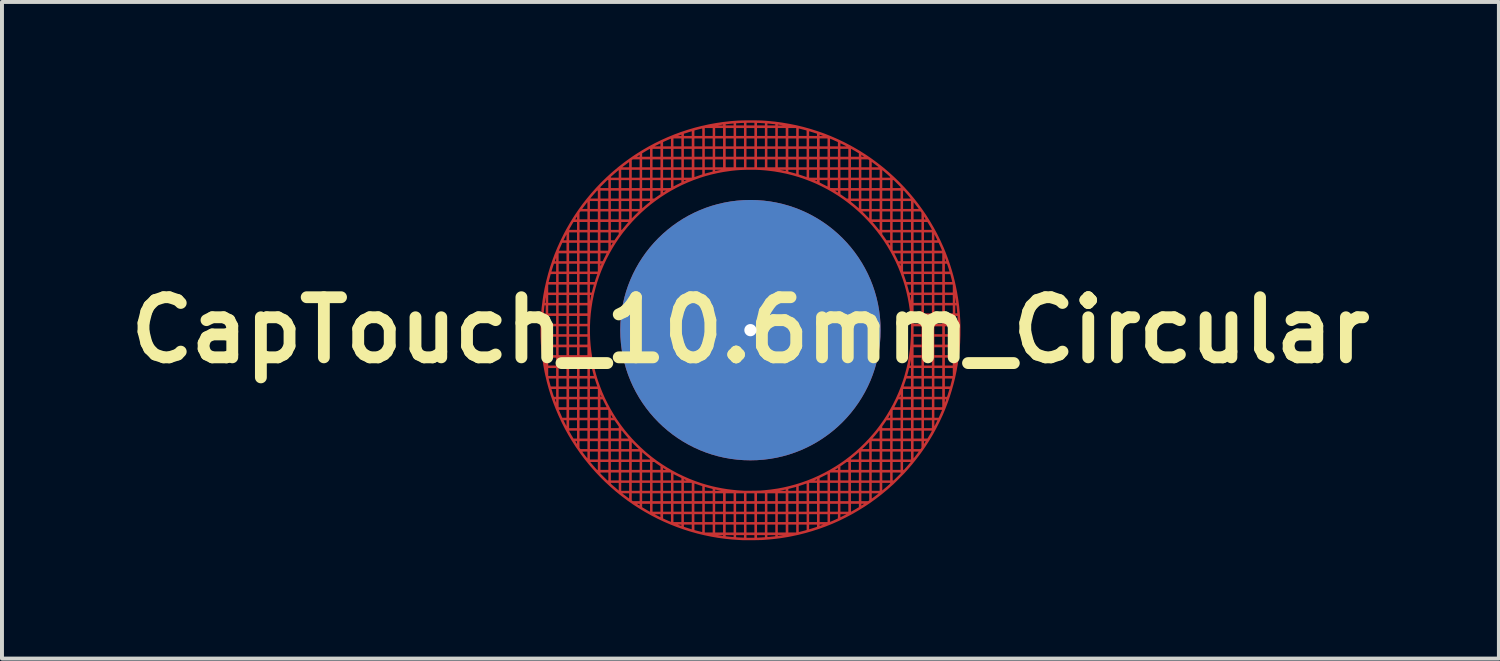
<source format=kicad_pcb>
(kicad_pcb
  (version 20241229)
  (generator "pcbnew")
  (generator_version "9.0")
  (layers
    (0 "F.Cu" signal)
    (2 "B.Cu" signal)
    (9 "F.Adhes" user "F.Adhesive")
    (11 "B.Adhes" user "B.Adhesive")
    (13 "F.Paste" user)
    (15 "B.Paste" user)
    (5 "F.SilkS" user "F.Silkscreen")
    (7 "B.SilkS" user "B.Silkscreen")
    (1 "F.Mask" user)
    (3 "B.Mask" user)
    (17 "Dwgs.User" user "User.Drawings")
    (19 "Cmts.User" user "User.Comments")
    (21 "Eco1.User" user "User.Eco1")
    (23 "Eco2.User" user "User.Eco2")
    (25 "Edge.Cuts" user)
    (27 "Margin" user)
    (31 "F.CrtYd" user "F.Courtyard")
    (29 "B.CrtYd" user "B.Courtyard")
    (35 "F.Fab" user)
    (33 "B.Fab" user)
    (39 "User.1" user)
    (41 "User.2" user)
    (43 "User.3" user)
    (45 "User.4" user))
  (footprint "CapTouch_10.6mm_Circular"
    (layer "F.Cu")
    (at 15.973 5.319)
    (property "Reference" "CapTouch_10.6mm_Circular" (at 0 0 0) (layer "F.SilkS") (effects (font (size 1.524 1.524) (thickness 0.3))))
    (attr through_hole)
    (pad "1" smd custom (at 4.075 -0.675) (size 0.1 0.1) (layers "F.Cu") (options (anchor circle)) (primitives (gr_poly (pts (xy -4.018 -4.639) (xy -3.966 -4.638) (xy -3.92 -4.638) (xy -3.878 -4.637) (xy -3.839 -4.636) (xy -3.803 -4.635) (xy -3.768 -4.633) (xy -3.734 -4.631) (xy -3.7 -4.629) (xy -3.664 -4.626) (xy -3.638 -4.624) (xy -3.454 -4.606) (xy -3.271 -4.581) (xy -3.09 -4.55) (xy -2.91 -4.514) (xy -2.732 -4.471) (xy -2.557 -4.422) (xy -2.383 -4.367) (xy -2.211 -4.307) (xy -2.042 -4.24) (xy -1.874 -4.167) (xy -1.709 -4.089) (xy -1.546 -4.004) (xy -1.468 -3.961) (xy -1.31 -3.869) (xy -1.156 -3.771) (xy -1.005 -3.668) (xy -0.858 -3.56) (xy -0.715 -3.448) (xy -0.577 -3.331) (xy -0.442 -3.209) (xy -0.312 -3.083) (xy -0.186 -2.953) (xy -0.064 -2.818) (xy 0.053 -2.679) (xy 0.165 -2.537) (xy 0.272 -2.39) (xy 0.375 -2.24) (xy 0.472 -2.086) (xy 0.564 -1.929) (xy 0.651 -1.769) (xy 0.732 -1.605) (xy 0.808 -1.438) (xy 0.81 -1.435) (xy 0.868 -1.294) (xy 0.923 -1.149) (xy 0.975 -1.001) (xy 1.022 -0.852) (xy 1.065 -0.702) (xy 1.102 -0.553) (xy 1.12 -0.474) (xy 1.157 -0.294) (xy 1.187 -0.113) (xy 1.211 0.069) (xy 1.228 0.252) (xy 1.24 0.435) (xy 1.245 0.618) (xy 1.244 0.802) (xy 1.237 0.985) (xy 1.223 1.168) (xy 1.203 1.35) (xy 1.177 1.532) (xy 1.145 1.713) (xy 1.144 1.716) (xy 1.11 1.877) (xy 1.07 2.037) (xy 1.025 2.198) (xy 0.975 2.357) (xy 0.92 2.515) (xy 0.861 2.669) (xy 0.798 2.819) (xy 0.793 2.83) (xy 0.715 2.997) (xy 0.632 3.161) (xy 0.544 3.322) (xy 0.45 3.479) (xy 0.351 3.633) (xy 0.246 3.783) (xy 0.136 3.93) (xy 0.021 4.074) (xy -0.1 4.215) (xy -0.163 4.285) (xy -0.176 4.299) (xy -0.193 4.317) (xy -0.214 4.338) (xy -0.237 4.361) (xy -0.262 4.386) (xy -0.288 4.413) (xy -0.315 4.44) (xy -0.342 4.467) (xy -0.368 4.493) (xy -0.393 4.518) (xy -0.417 4.541) (xy -0.437 4.561) (xy -0.455 4.578) (xy -0.468 4.59) (xy -0.607 4.713) (xy -0.749 4.831) (xy -0.894 4.943) (xy -1.043 5.051) (xy -1.195 5.152) (xy -1.35 5.248) (xy -1.508 5.339) (xy -1.669 5.424) (xy -1.832 5.504) (xy -1.998 5.578) (xy -2.167 5.646) (xy -2.338 5.708) (xy -2.511 5.764) (xy -2.687 5.815) (xy -2.865 5.86) (xy -3.026 5.894) (xy -3.122 5.913) (xy -3.218 5.929) (xy -3.315 5.944) (xy -3.413 5.957) (xy -3.515 5.968) (xy -3.62 5.978) (xy -3.73 5.987) (xy -3.783 5.99) (xy -3.794 5.991) (xy -3.811 5.991) (xy -3.832 5.992) (xy -3.858 5.992) (xy -3.888 5.993) (xy -3.92 5.993) (xy -3.954 5.994) (xy -3.989 5.994) (xy -4.026 5.994) (xy -4.062 5.995) (xy -4.097 5.995) (xy -4.132 5.995) (xy -4.164 5.995) (xy -4.193 5.995) (xy -4.219 5.995) (xy -4.24 5.995) (xy -4.257 5.995) (xy -4.268 5.994) (xy -4.269 5.994) (xy -4.278 5.994) (xy -4.293 5.993) (xy -4.311 5.992) (xy -4.332 5.991) (xy -4.353 5.99) (xy -4.356 5.99) (xy -4.537 5.978) (xy -4.718 5.959) (xy -4.897 5.935) (xy -5.075 5.904) (xy -5.246 5.868) (xy -4.942 5.868) (xy -4.942 5.869) (xy -4.936 5.871) (xy -4.925 5.873) (xy -4.907 5.876) (xy -4.883 5.88) (xy -4.854 5.884) (xy -4.837 5.887) (xy -4.817 5.89) (xy -4.798 5.893) (xy -4.783 5.895) (xy -4.772 5.897) (xy -4.766 5.897) (xy -4.765 5.898) (xy -4.764 5.895) (xy -4.764 5.888) (xy -4.764 5.882) (xy -4.764 5.866) (xy -4.707 5.866) (xy -4.707 5.903) (xy -4.694 5.905) (xy -4.688 5.906) (xy -4.677 5.907) (xy -4.661 5.909) (xy -4.643 5.911) (xy -4.622 5.913) (xy -4.6 5.916) (xy -4.577 5.918) (xy -4.556 5.92) (xy -4.536 5.922) (xy -4.519 5.924) (xy -4.512 5.924) (xy -4.503 5.925) (xy -4.499 5.926) (xy -4.498 5.926) (xy -4.498 5.923) (xy -4.497 5.916) (xy -4.497 5.904) (xy -4.497 5.896) (xy -4.497 5.866) (xy -4.443 5.866) (xy -4.443 5.929) (xy -4.41 5.931) (xy -4.386 5.933) (xy -4.359 5.934) (xy -4.332 5.936) (xy -4.306 5.937) (xy -4.283 5.938) (xy -4.264 5.939) (xy -4.26 5.939) (xy -4.234 5.939) (xy -4.234 5.866) (xy -4.18 5.866) (xy -4.18 5.942) (xy -3.97 5.942) (xy -3.97 5.866) (xy -3.913 5.866) (xy -3.913 5.939) (xy -3.896 5.939) (xy -3.888 5.939) (xy -3.874 5.938) (xy -3.857 5.938) (xy -3.838 5.937) (xy -3.824 5.936) (xy -3.803 5.935) (xy -3.781 5.934) (xy -3.761 5.932) (xy -3.743 5.931) (xy -3.736 5.931) (xy -3.704 5.929) (xy -3.704 5.866) (xy -3.65 5.866) (xy -3.65 5.923) (xy -3.637 5.923) (xy -3.63 5.923) (xy -3.618 5.922) (xy -3.602 5.921) (xy -3.583 5.919) (xy -3.561 5.917) (xy -3.546 5.915) (xy -3.523 5.913) (xy -3.502 5.911) (xy -3.483 5.909) (xy -3.468 5.907) (xy -3.458 5.906) (xy -3.453 5.905) (xy -3.44 5.904) (xy -3.44 5.897) (xy -3.386 5.897) (xy -3.376 5.896) (xy -3.37 5.895) (xy -3.359 5.894) (xy -3.343 5.891) (xy -3.324 5.888) (xy -3.303 5.885) (xy -3.28 5.882) (xy -3.257 5.878) (xy -3.236 5.875) (xy -3.219 5.872) (xy -3.204 5.87) (xy -3.195 5.869) (xy -3.191 5.868) (xy -3.191 5.868) (xy -3.193 5.868) (xy -3.201 5.867) (xy -3.214 5.867) (xy -3.231 5.867) (xy -3.251 5.867) (xy -3.274 5.866) (xy -3.287 5.866) (xy -3.386 5.866) (xy -3.386 5.897) (xy -3.44 5.897) (xy -3.44 5.866) (xy -3.65 5.866) (xy -3.704 5.866) (xy -3.913 5.866) (xy -3.97 5.866) (xy -4.18 5.866) (xy -4.234 5.866) (xy -4.443 5.866) (xy -4.497 5.866) (xy -4.707 5.866) (xy -4.764 5.866) (xy -4.862 5.866) (xy -4.888 5.867) (xy -4.91 5.867) (xy -4.926 5.867) (xy -4.937 5.867) (xy -4.942 5.868) (xy -5.246 5.868) (xy -5.251 5.867) (xy -5.425 5.825) (xy -5.598 5.776) (xy -5.769 5.722) (xy -5.938 5.662) (xy -6.093 5.601) (xy -5.938 5.601) (xy -5.938 5.601) (xy -5.935 5.603) (xy -5.927 5.606) (xy -5.915 5.61) (xy -5.9 5.616) (xy -5.885 5.622) (xy -5.869 5.628) (xy -5.853 5.633) (xy -5.84 5.638) (xy -5.83 5.642) (xy -5.824 5.644) (xy -5.824 5.644) (xy -5.822 5.641) (xy -5.822 5.633) (xy -5.821 5.623) (xy -5.821 5.622) (xy -5.821 5.599) (xy -5.767 5.599) (xy -5.767 5.632) (xy -5.766 5.664) (xy -5.72 5.679) (xy -5.702 5.685) (xy -5.682 5.691) (xy -5.661 5.698) (xy -5.64 5.705) (xy -5.62 5.711) (xy -5.601 5.717) (xy -5.585 5.722) (xy -5.572 5.726) (xy -5.563 5.728) (xy -5.56 5.729) (xy -5.559 5.726) (xy -5.559 5.718) (xy -5.558 5.705) (xy -5.558 5.689) (xy -5.558 5.67) (xy -5.558 5.665) (xy -5.558 5.599) (xy -5.501 5.599) (xy -5.5 5.673) (xy -5.499 5.747) (xy -5.488 5.75) (xy -5.477 5.753) (xy -5.462 5.757) (xy -5.444 5.761) (xy -5.424 5.767) (xy -5.402 5.772) (xy -5.381 5.778) (xy -5.359 5.783) (xy -5.34 5.788) (xy -5.323 5.792) (xy -5.309 5.796) (xy -5.3 5.798) (xy -5.295 5.799) (xy -5.295 5.799) (xy -5.294 5.798) (xy -5.293 5.794) (xy -5.292 5.786) (xy -5.292 5.774) (xy -5.291 5.757) (xy -5.291 5.736) (xy -5.291 5.708) (xy -5.291 5.699) (xy -5.291 5.599) (xy -5.237 5.599) (xy -5.237 5.809) (xy -5.027 5.809) (xy -5.027 5.599) (xy -4.974 5.599) (xy -4.974 5.809) (xy -4.764 5.809) (xy -4.764 5.599) (xy -4.707 5.599) (xy -4.707 5.809) (xy -4.497 5.809) (xy -4.497 5.599) (xy -4.443 5.599) (xy -4.443 5.809) (xy -4.234 5.809) (xy -4.234 5.599) (xy -4.18 5.599) (xy -4.18 5.809) (xy -3.97 5.809) (xy -3.97 5.599) (xy -3.913 5.599) (xy -3.913 5.809) (xy -3.704 5.809) (xy -3.704 5.599) (xy -3.65 5.599) (xy -3.65 5.809) (xy -3.44 5.809) (xy -3.44 5.599) (xy -3.386 5.599) (xy -3.386 5.809) (xy -3.176 5.809) (xy -3.176 5.599) (xy -3.119 5.599) (xy -3.119 5.809) (xy -2.91 5.809) (xy -2.91 5.599) (xy -2.856 5.599) (xy -2.856 5.699) (xy -2.856 5.724) (xy -2.856 5.746) (xy -2.855 5.766) (xy -2.855 5.781) (xy -2.854 5.793) (xy -2.854 5.799) (xy -2.853 5.799) (xy -2.85 5.799) (xy -2.841 5.797) (xy -2.828 5.793) (xy -2.81 5.789) (xy -2.791 5.784) (xy -2.77 5.779) (xy -2.747 5.773) (xy -2.725 5.767) (xy -2.705 5.762) (xy -2.687 5.757) (xy -2.674 5.753) (xy -2.668 5.752) (xy -2.646 5.745) (xy -2.646 5.599) (xy -2.592 5.599) (xy -2.592 5.665) (xy -2.592 5.684) (xy -2.592 5.701) (xy -2.592 5.715) (xy -2.591 5.725) (xy -2.591 5.729) (xy -2.591 5.73) (xy -2.587 5.729) (xy -2.579 5.726) (xy -2.566 5.722) (xy -2.55 5.717) (xy -2.531 5.712) (xy -2.523 5.709) (xy -2.501 5.702) (xy -2.478 5.695) (xy -2.456 5.688) (xy -2.437 5.682) (xy -2.422 5.677) (xy -2.421 5.676) (xy -2.384 5.664) (xy -2.383 5.622) (xy -2.326 5.622) (xy -2.325 5.634) (xy -2.325 5.64) (xy -2.323 5.643) (xy -2.32 5.643) (xy -2.32 5.642) (xy -2.315 5.641) (xy -2.306 5.637) (xy -2.292 5.632) (xy -2.277 5.626) (xy -2.268 5.623) (xy -2.252 5.617) (xy -2.237 5.612) (xy -2.225 5.607) (xy -2.217 5.604) (xy -2.214 5.603) (xy -2.213 5.602) (xy -2.216 5.601) (xy -2.224 5.6) (xy -2.237 5.6) (xy -2.256 5.6) (xy -2.266 5.6) (xy -2.326 5.599) (xy -2.326 5.622) (xy -2.383 5.622) (xy -2.383 5.599) (xy -2.592 5.599) (xy -2.646 5.599) (xy -2.856 5.599) (xy -2.91 5.599) (xy -3.119 5.599) (xy -3.176 5.599) (xy -3.386 5.599) (xy -3.44 5.599) (xy -3.65 5.599) (xy -3.704 5.599) (xy -3.913 5.599) (xy -3.97 5.599) (xy -4.18 5.599) (xy -4.234 5.599) (xy -4.443 5.599) (xy -4.497 5.599) (xy -4.707 5.599) (xy -4.764 5.599) (xy -4.974 5.599) (xy -5.027 5.599) (xy -5.237 5.599) (xy -5.291 5.599) (xy -5.501 5.599) (xy -5.558 5.599) (xy -5.767 5.599) (xy -5.821 5.599) (xy -5.881 5.599) (xy -5.899 5.6) (xy -5.915 5.6) (xy -5.927 5.6) (xy -5.935 5.601) (xy -5.938 5.601) (xy -6.093 5.601) (xy -6.104 5.596) (xy -6.269 5.525) (xy -6.43 5.449) (xy -6.59 5.366) (xy -6.641 5.337) (xy -6.525 5.337) (xy -6.439 5.381) (xy -6.353 5.424) (xy -6.352 5.381) (xy -6.352 5.365) (xy -6.352 5.352) (xy -6.352 5.342) (xy -6.352 5.337) (xy -6.352 5.337) (xy -6.356 5.337) (xy -6.365 5.337) (xy -6.378 5.336) (xy -6.396 5.336) (xy -6.416 5.336) (xy -6.439 5.337) (xy -6.439 5.337) (xy -6.525 5.337) (xy -6.641 5.337) (xy -6.644 5.336) (xy -6.294 5.336) (xy -6.294 5.452) (xy -6.249 5.472) (xy -6.228 5.482) (xy -6.206 5.491) (xy -6.184 5.501) (xy -6.163 5.511) (xy -6.142 5.519) (xy -6.124 5.527) (xy -6.108 5.534) (xy -6.097 5.539) (xy -6.089 5.542) (xy -6.087 5.542) (xy -6.087 5.539) (xy -6.086 5.531) (xy -6.086 5.517) (xy -6.085 5.499) (xy -6.085 5.478) (xy -6.085 5.455) (xy -6.085 5.439) (xy -6.085 5.336) (xy -6.031 5.336) (xy -6.031 5.545) (xy -5.821 5.545) (xy -5.821 5.336) (xy -5.767 5.336) (xy -5.767 5.545) (xy -5.558 5.545) (xy -5.558 5.336) (xy -5.501 5.336) (xy -5.501 5.545) (xy -5.291 5.545) (xy -5.291 5.336) (xy -5.237 5.336) (xy -5.237 5.545) (xy -5.027 5.545) (xy -5.027 5.336) (xy -4.974 5.336) (xy -4.974 5.545) (xy -4.764 5.545) (xy -4.764 5.336) (xy -4.707 5.336) (xy -4.707 5.545) (xy -4.497 5.545) (xy -4.497 5.336) (xy -4.443 5.336) (xy -4.443 5.545) (xy -4.234 5.545) (xy -4.234 5.336) (xy -4.18 5.336) (xy -4.18 5.545) (xy -3.97 5.545) (xy -3.97 5.336) (xy -3.913 5.336) (xy -3.913 5.545) (xy -3.704 5.545) (xy -3.704 5.336) (xy -3.65 5.336) (xy -3.65 5.545) (xy -3.44 5.545) (xy -3.44 5.336) (xy -3.386 5.336) (xy -3.386 5.545) (xy -3.176 5.545) (xy -3.176 5.336) (xy -3.119 5.336) (xy -3.119 5.545) (xy -2.91 5.545) (xy -2.91 5.336) (xy -2.856 5.336) (xy -2.856 5.545) (xy -2.646 5.545) (xy -2.646 5.336) (xy -2.592 5.336) (xy -2.592 5.545) (xy -2.383 5.545) (xy -2.383 5.336) (xy -2.326 5.336) (xy -2.326 5.545) (xy -2.116 5.545) (xy -2.116 5.336) (xy -2.062 5.336) (xy -2.062 5.439) (xy -2.062 5.464) (xy -2.062 5.487) (xy -2.062 5.506) (xy -2.061 5.523) (xy -2.061 5.534) (xy -2.061 5.541) (xy -2.061 5.542) (xy -2.057 5.541) (xy -2.049 5.538) (xy -2.037 5.533) (xy -2.022 5.526) (xy -2.005 5.519) (xy -2.003 5.518) (xy -1.981 5.509) (xy -1.957 5.498) (xy -1.933 5.488) (xy -1.911 5.478) (xy -1.9 5.473) (xy -1.854 5.452) (xy -1.854 5.425) (xy -1.799 5.425) (xy -1.791 5.422) (xy -1.786 5.42) (xy -1.776 5.415) (xy -1.763 5.408) (xy -1.747 5.4) (xy -1.729 5.391) (xy -1.724 5.389) (xy -1.704 5.379) (xy -1.685 5.369) (xy -1.668 5.36) (xy -1.654 5.353) (xy -1.644 5.348) (xy -1.643 5.347) (xy -1.622 5.336) (xy -1.799 5.336) (xy -1.799 5.425) (xy -1.854 5.425) (xy -1.853 5.394) (xy -1.852 5.336) (xy -2.062 5.336) (xy -2.116 5.336) (xy -2.326 5.336) (xy -2.383 5.336) (xy -2.592 5.336) (xy -2.646 5.336) (xy -2.856 5.336) (xy -2.91 5.336) (xy -3.119 5.336) (xy -3.176 5.336) (xy -3.386 5.336) (xy -3.44 5.336) (xy -3.65 5.336) (xy -3.704 5.336) (xy -3.913 5.336) (xy -3.97 5.336) (xy -4.18 5.336) (xy -4.234 5.336) (xy -4.443 5.336) (xy -4.497 5.336) (xy -4.707 5.336) (xy -4.764 5.336) (xy -4.974 5.336) (xy -5.027 5.336) (xy -5.237 5.336) (xy -5.291 5.336) (xy -5.501 5.336) (xy -5.558 5.336) (xy -5.767 5.336) (xy -5.821 5.336) (xy -6.031 5.336) (xy -6.085 5.336) (xy -6.294 5.336) (xy -6.644 5.336) (xy -6.746 5.279) (xy -6.899 5.186) (xy -7.05 5.088) (xy -7.07 5.074) (xy -6.97 5.074) (xy -6.925 5.103) (xy -6.88 5.132) (xy -6.879 5.103) (xy -6.879 5.091) (xy -6.879 5.08) (xy -6.879 5.074) (xy -6.88 5.073) (xy -6.883 5.073) (xy -6.892 5.073) (xy -6.904 5.073) (xy -6.92 5.073) (xy -6.925 5.073) (xy -6.97 5.074) (xy -7.07 5.074) (xy -7.072 5.072) (xy -6.825 5.072) (xy -6.825 5.167) (xy -6.76 5.205) (xy -6.729 5.223) (xy -6.703 5.239) (xy -6.682 5.251) (xy -6.664 5.261) (xy -6.651 5.269) (xy -6.64 5.274) (xy -6.632 5.278) (xy -6.627 5.281) (xy -6.623 5.282) (xy -6.622 5.282) (xy -6.615 5.282) (xy -6.615 5.072) (xy -6.561 5.072) (xy -6.561 5.282) (xy -6.351 5.282) (xy -6.351 5.072) (xy -6.294 5.072) (xy -6.294 5.282) (xy -6.085 5.282) (xy -6.085 5.072) (xy -6.031 5.072) (xy -6.031 5.282) (xy -5.821 5.282) (xy -5.821 5.072) (xy -5.767 5.072) (xy -5.767 5.282) (xy -5.558 5.282) (xy -5.558 5.072) (xy -5.501 5.072) (xy -5.501 5.282) (xy -5.291 5.282) (xy -5.291 5.072) (xy -5.237 5.072) (xy -5.237 5.282) (xy -5.027 5.282) (xy -5.027 5.072) (xy -4.974 5.072) (xy -4.974 5.282) (xy -4.764 5.282) (xy -4.764 5.072) (xy -4.707 5.072) (xy -4.707 5.282) (xy -4.497 5.282) (xy -4.497 5.072) (xy -4.443 5.072) (xy -4.443 5.282) (xy -4.234 5.282) (xy -4.234 5.072) (xy -4.18 5.072) (xy -4.18 5.282) (xy -3.97 5.282) (xy -3.97 5.072) (xy -3.913 5.072) (xy -3.913 5.282) (xy -3.704 5.282) (xy -3.704 5.072) (xy -3.65 5.072) (xy -3.65 5.282) (xy -3.44 5.282) (xy -3.44 5.072) (xy -3.386 5.072) (xy -3.386 5.282) (xy -3.176 5.282) (xy -3.176 5.072) (xy -3.119 5.072) (xy -3.119 5.282) (xy -2.91 5.282) (xy -2.91 5.072) (xy -2.856 5.072) (xy -2.856 5.282) (xy -2.646 5.282) (xy -2.646 5.072) (xy -2.592 5.072) (xy -2.592 5.282) (xy -2.383 5.282) (xy -2.383 5.072) (xy -2.326 5.072) (xy -2.326 5.282) (xy -2.116 5.282) (xy -2.116 5.072) (xy -2.062 5.072) (xy -2.062 5.282) (xy -1.853 5.282) (xy -1.853 5.072) (xy -1.799 5.072) (xy -1.799 5.282) (xy -1.589 5.282) (xy -1.589 5.072) (xy -1.532 5.072) (xy -1.532 5.177) (xy -1.532 5.206) (xy -1.532 5.229) (xy -1.532 5.246) (xy -1.531 5.26) (xy -1.531 5.269) (xy -1.53 5.276) (xy -1.529 5.279) (xy -1.528 5.281) (xy -1.527 5.282) (xy -1.526 5.282) (xy -1.522 5.28) (xy -1.513 5.276) (xy -1.5 5.269) (xy -1.485 5.261) (xy -1.467 5.251) (xy -1.455 5.244) (xy -1.434 5.232) (xy -1.413 5.22) (xy -1.392 5.208) (xy -1.374 5.197) (xy -1.36 5.189) (xy -1.356 5.186) (xy -1.322 5.166) (xy -1.322 5.072) (xy -1.268 5.072) (xy -1.268 5.101) (xy -1.268 5.114) (xy -1.268 5.123) (xy -1.267 5.129) (xy -1.266 5.13) (xy -1.263 5.128) (xy -1.255 5.123) (xy -1.244 5.117) (xy -1.231 5.108) (xy -1.222 5.102) (xy -1.207 5.093) (xy -1.195 5.085) (xy -1.186 5.078) (xy -1.18 5.075) (xy -1.179 5.074) (xy -1.182 5.073) (xy -1.191 5.073) (xy -1.203 5.073) (xy -1.218 5.072) (xy -1.224 5.072) (xy -1.268 5.072) (xy -1.322 5.072) (xy -1.532 5.072) (xy -1.589 5.072) (xy -1.799 5.072) (xy -1.853 5.072) (xy -2.062 5.072) (xy -2.116 5.072) (xy -2.326 5.072) (xy -2.383 5.072) (xy -2.592 5.072) (xy -2.646 5.072) (xy -2.856 5.072) (xy -2.91 5.072) (xy -3.119 5.072) (xy -3.176 5.072) (xy -3.386 5.072) (xy -3.44 5.072) (xy -3.65 5.072) (xy -3.704 5.072) (xy -3.913 5.072) (xy -3.97 5.072) (xy -4.18 5.072) (xy -4.234 5.072) (xy -4.443 5.072) (xy -4.497 5.072) (xy -4.707 5.072) (xy -4.764 5.072) (xy -4.974 5.072) (xy -5.027 5.072) (xy -5.237 5.072) (xy -5.291 5.072) (xy -5.501 5.072) (xy -5.558 5.072) (xy -5.767 5.072) (xy -5.821 5.072) (xy -6.031 5.072) (xy -6.085 5.072) (xy -6.294 5.072) (xy -6.351 5.072) (xy -6.561 5.072) (xy -6.615 5.072) (xy -6.825 5.072) (xy -7.072 5.072) (xy -7.197 4.985) (xy -7.341 4.877) (xy -7.429 4.806) (xy -7.339 4.806) (xy -7.321 4.82) (xy -7.314 4.826) (xy -7.304 4.834) (xy -7.29 4.845) (xy -7.274 4.857) (xy -7.256 4.87) (xy -7.238 4.884) (xy -7.22 4.898) (xy -7.202 4.911) (xy -7.186 4.923) (xy -7.171 4.934) (xy -7.159 4.943) (xy -7.151 4.949) (xy -7.147 4.952) (xy -7.147 4.952) (xy -7.146 4.949) (xy -7.146 4.94) (xy -7.146 4.927) (xy -7.145 4.91) (xy -7.145 4.891) (xy -7.145 4.879) (xy -7.145 4.806) (xy -7.088 4.806) (xy -7.088 4.993) (xy -7.073 5.004) (xy -7.058 5.015) (xy -6.879 5.015) (xy -6.879 4.806) (xy -6.825 4.806) (xy -6.825 5.015) (xy -6.615 5.015) (xy -6.615 4.806) (xy -6.561 4.806) (xy -6.561 5.015) (xy -6.351 5.015) (xy -6.351 4.806) (xy -6.294 4.806) (xy -6.294 5.015) (xy -6.085 5.015) (xy -6.085 4.806) (xy -6.031 4.806) (xy -6.031 5.015) (xy -5.821 5.015) (xy -5.821 4.806) (xy -5.767 4.806) (xy -5.767 5.015) (xy -5.558 5.015) (xy -5.558 4.806) (xy -5.501 4.806) (xy -5.501 5.015) (xy -5.291 5.015) (xy -5.291 4.806) (xy -5.237 4.806) (xy -5.237 5.015) (xy -5.027 5.015) (xy -5.027 4.806) (xy -4.974 4.806) (xy -4.974 5.015) (xy -4.764 5.015) (xy -4.764 4.806) (xy -4.707 4.806) (xy -4.707 5.015) (xy -4.497 5.015) (xy -4.497 4.806) (xy -4.443 4.806) (xy -4.443 5.015) (xy -4.234 5.015) (xy -4.234 4.806) (xy -4.18 4.806) (xy -4.18 5.015) (xy -3.97 5.015) (xy -3.97 4.806) (xy -3.913 4.806) (xy -3.913 5.015) (xy -3.704 5.015) (xy -3.704 4.806) (xy -3.65 4.806) (xy -3.65 5.015) (xy -3.44 5.015) (xy -3.44 4.806) (xy -3.386 4.806) (xy -3.386 5.015) (xy -3.176 5.015) (xy -3.176 4.806) (xy -3.119 4.806) (xy -3.119 5.015) (xy -2.91 5.015) (xy -2.91 4.806) (xy -2.856 4.806) (xy -2.856 5.015) (xy -2.646 5.015) (xy -2.646 4.806) (xy -2.592 4.806) (xy -2.592 5.015) (xy -2.383 5.015) (xy -2.383 4.806) (xy -2.326 4.806) (xy -2.326 5.015) (xy -2.116 5.015) (xy -2.116 4.806) (xy -2.062 4.806) (xy -2.062 5.015) (xy -1.853 5.015) (xy -1.853 4.806) (xy -1.799 4.806) (xy -1.799 5.015) (xy -1.589 5.015) (xy -1.589 4.806) (xy -1.532 4.806) (xy -1.532 5.015) (xy -1.322 5.015) (xy -1.322 4.806) (xy -1.268 4.806) (xy -1.268 5.015) (xy -1.092 5.015) (xy -1.075 5.004) (xy -1.059 4.993) (xy -1.059 4.806) (xy -1.005 4.806) (xy -1.005 4.879) (xy -1.005 4.899) (xy -1.004 4.918) (xy -1.004 4.933) (xy -1.004 4.944) (xy -1.003 4.951) (xy -1.003 4.952) (xy -1 4.95) (xy -0.992 4.945) (xy -0.982 4.938) (xy -0.97 4.929) (xy -0.966 4.926) (xy -0.951 4.915) (xy -0.935 4.903) (xy -0.917 4.89) (xy -0.899 4.876) (xy -0.881 4.862) (xy -0.863 4.849) (xy -0.847 4.836) (xy -0.833 4.825) (xy -0.822 4.816) (xy -0.815 4.81) (xy -0.811 4.807) (xy -0.811 4.807) (xy -0.814 4.807) (xy -0.823 4.806) (xy -0.836 4.806) (xy -0.854 4.806) (xy -0.874 4.806) (xy -0.898 4.806) (xy -0.908 4.806) (xy -1.005 4.806) (xy -1.059 4.806) (xy -1.268 4.806) (xy -1.322 4.806) (xy -1.532 4.806) (xy -1.589 4.806) (xy -1.799 4.806) (xy -1.853 4.806) (xy -2.062 4.806) (xy -2.116 4.806) (xy -2.326 4.806) (xy -2.383 4.806) (xy -2.592 4.806) (xy -2.646 4.806) (xy -2.856 4.806) (xy -2.91 4.806) (xy -3.119 4.806) (xy -3.176 4.806) (xy -3.386 4.806) (xy -3.44 4.806) (xy -3.65 4.806) (xy -3.704 4.806) (xy -3.913 4.806) (xy -3.97 4.806) (xy -4.18 4.806) (xy -4.234 4.806) (xy -4.443 4.806) (xy -4.497 4.806) (xy -4.707 4.806) (xy -4.764 4.806) (xy -4.974 4.806) (xy -5.027 4.806) (xy -5.237 4.806) (xy -5.291 4.806) (xy -5.501 4.806) (xy -5.558 4.806) (xy -5.767 4.806) (xy -5.821 4.806) (xy -6.031 4.806) (xy -6.085 4.806) (xy -6.294 4.806) (xy -6.351 4.806) (xy -6.561 4.806) (xy -6.615 4.806) (xy -6.825 4.806) (xy -6.879 4.806) (xy -7.088 4.806) (xy -7.145 4.806) (xy -7.339 4.806) (xy -7.429 4.806) (xy -7.482 4.763) (xy -7.618 4.645) (xy -7.73 4.542) (xy -7.618 4.542) (xy -7.618 4.556) (xy -7.618 4.561) (xy -7.617 4.566) (xy -7.615 4.57) (xy -7.61 4.576) (xy -7.602 4.583) (xy -7.591 4.594) (xy -7.583 4.601) (xy -7.563 4.619) (xy -7.542 4.637) (xy -7.521 4.655) (xy -7.5 4.673) (xy -7.48 4.691) (xy -7.462 4.706) (xy -7.445 4.72) (xy -7.431 4.732) (xy -7.42 4.741) (xy -7.413 4.747) (xy -7.41 4.749) (xy -7.41 4.745) (xy -7.409 4.737) (xy -7.409 4.723) (xy -7.409 4.706) (xy -7.409 4.685) (xy -7.409 4.661) (xy -7.409 4.645) (xy -7.409 4.542) (xy -7.355 4.542) (xy -7.355 4.752) (xy -7.145 4.752) (xy -7.145 4.542) (xy -7.088 4.542) (xy -7.088 4.752) (xy -6.879 4.752) (xy -6.879 4.542) (xy -6.825 4.542) (xy -6.825 4.752) (xy -6.615 4.752) (xy -6.615 4.542) (xy -6.561 4.542) (xy -6.561 4.752) (xy -6.351 4.752) (xy -6.351 4.542) (xy -6.294 4.542) (xy -6.294 4.752) (xy -6.085 4.752) (xy -6.085 4.542) (xy -6.031 4.542) (xy -6.031 4.752) (xy -5.821 4.752) (xy -5.821 4.542) (xy -5.767 4.542) (xy -5.767 4.752) (xy -5.558 4.752) (xy -5.558 4.651) (xy -5.501 4.651) (xy -5.501 4.752) (xy -5.291 4.752) (xy -5.237 4.752) (xy -5.027 4.752) (xy -5.028 4.731) (xy -4.974 4.731) (xy -4.974 4.752) (xy -4.868 4.751) (xy -4.84 4.751) (xy -4.816 4.751) (xy -4.798 4.751) (xy -4.784 4.75) (xy -4.776 4.749) (xy -4.774 4.749) (xy -4.775 4.748) (xy -4.784 4.747) (xy -4.797 4.744) (xy -4.814 4.741) (xy -4.833 4.737) (xy -4.854 4.733) (xy -4.876 4.729) (xy -4.897 4.724) (xy -4.918 4.721) (xy -4.936 4.717) (xy -4.952 4.714) (xy -4.963 4.712) (xy -4.97 4.711) (xy -4.971 4.71) (xy -4.973 4.713) (xy -4.973 4.721) (xy -4.974 4.731) (xy -5.028 4.731) (xy -5.028 4.724) (xy -5.029 4.697) (xy -5.053 4.691) (xy -5.066 4.687) (xy -5.084 4.683) (xy -5.105 4.677) (xy -5.128 4.671) (xy -5.151 4.665) (xy -5.173 4.659) (xy -5.192 4.654) (xy -5.208 4.649) (xy -5.216 4.647) (xy -5.237 4.641) (xy -5.237 4.752) (xy -5.291 4.752) (xy -5.291 4.625) (xy -5.333 4.612) (xy -5.347 4.607) (xy -5.364 4.602) (xy -5.385 4.595) (xy -5.406 4.587) (xy -5.428 4.58) (xy -5.449 4.573) (xy -5.468 4.566) (xy -5.483 4.561) (xy -5.494 4.557) (xy -5.495 4.556) (xy -5.497 4.556) (xy -5.498 4.557) (xy -5.499 4.56) (xy -5.499 4.565) (xy -5.5 4.573) (xy -5.5 4.586) (xy -5.5 4.602) (xy -5.501 4.624) (xy -5.501 4.651) (xy -5.558 4.651) (xy -5.558 4.542) (xy -5.767 4.542) (xy -5.821 4.542) (xy -6.031 4.542) (xy -6.085 4.542) (xy -6.294 4.542) (xy -6.351 4.542) (xy -6.561 4.542) (xy -6.615 4.542) (xy -6.825 4.542) (xy -6.879 4.542) (xy -7.088 4.542) (xy -7.145 4.542) (xy -7.355 4.542) (xy -7.409 4.542) (xy -7.618 4.542) (xy -7.73 4.542) (xy -7.752 4.522) (xy -7.881 4.394) (xy -7.99 4.279) (xy -7.882 4.279) (xy -7.882 4.312) (xy -7.794 4.4) (xy -7.706 4.488) (xy -7.672 4.488) (xy -7.672 4.279) (xy -7.618 4.279) (xy -7.618 4.488) (xy -7.409 4.488) (xy -7.409 4.279) (xy -7.355 4.279) (xy -7.355 4.488) (xy -7.145 4.488) (xy -7.145 4.279) (xy -7.088 4.279) (xy -7.088 4.488) (xy -6.879 4.488) (xy -6.879 4.279) (xy -6.825 4.279) (xy -6.825 4.488) (xy -6.615 4.488) (xy -6.615 4.279) (xy -6.561 4.279) (xy -6.561 4.488) (xy -6.351 4.488) (xy -6.351 4.279) (xy -6.294 4.279) (xy -6.294 4.488) (xy -6.085 4.488) (xy -6.085 4.401) (xy -6.031 4.401) (xy -6.031 4.488) (xy -5.821 4.488) (xy -5.821 4.468) (xy -5.767 4.468) (xy -5.767 4.488) (xy -5.719 4.488) (xy -5.703 4.488) (xy -5.689 4.488) (xy -5.678 4.488) (xy -5.673 4.487) (xy -5.672 4.487) (xy -5.676 4.485) (xy -5.683 4.482) (xy -5.695 4.477) (xy -5.708 4.471) (xy -5.722 4.465) (xy -5.736 4.459) (xy -5.749 4.454) (xy -5.759 4.45) (xy -5.765 4.447) (xy -5.766 4.447) (xy -5.767 4.45) (xy -5.767 4.457) (xy -5.767 4.468) (xy -5.821 4.468) (xy -5.822 4.454) (xy -5.822 4.42) (xy -5.924 4.369) (xy -5.947 4.357) (xy -5.969 4.347) (xy -5.989 4.337) (xy -6.005 4.329) (xy -6.017 4.323) (xy -6.025 4.319) (xy -6.028 4.317) (xy -6.029 4.32) (xy -6.03 4.328) (xy -6.03 4.341) (xy -6.03 4.358) (xy -6.031 4.378) (xy -6.031 4.401) (xy -6.085 4.401) (xy -6.085 4.387) (xy -6.085 4.359) (xy -6.085 4.336) (xy -6.085 4.319) (xy -6.085 4.306) (xy -6.086 4.296) (xy -6.087 4.29) (xy -6.087 4.286) (xy -6.089 4.284) (xy -6.09 4.282) (xy -6.091 4.282) (xy -6.096 4.281) (xy -6.107 4.28) (xy -6.124 4.279) (xy -6.146 4.279) (xy -6.172 4.279) (xy -6.196 4.279) (xy -6.294 4.279) (xy -6.351 4.279) (xy -6.561 4.279) (xy -6.615 4.279) (xy -6.825 4.279) (xy -6.879 4.279) (xy -7.088 4.279) (xy -7.145 4.279) (xy -7.355 4.279) (xy -7.409 4.279) (xy -7.618 4.279) (xy -7.672 4.279) (xy -7.882 4.279) (xy -7.99 4.279) (xy -8.006 4.261) (xy -8.127 4.124) (xy -8.168 4.075) (xy -8.216 4.015) (xy -8.144 4.015) (xy -8.14 4.02) (xy -8.133 4.028) (xy -8.124 4.04) (xy -8.111 4.055) (xy -8.097 4.072) (xy -8.081 4.09) (xy -8.065 4.109) (xy -8.049 4.128) (xy -8.032 4.146) (xy -8.018 4.164) (xy -7.966 4.221) (xy -7.939 4.221) (xy -7.939 4.012) (xy -7.882 4.012) (xy -7.882 4.221) (xy -7.672 4.221) (xy -7.672 4.012) (xy -7.618 4.012) (xy -7.618 4.221) (xy -7.409 4.221) (xy -7.409 4.012) (xy -7.355 4.012) (xy -7.355 4.221) (xy -7.145 4.221) (xy -7.145 4.012) (xy -7.088 4.012) (xy -7.088 4.221) (xy -6.879 4.221) (xy -6.879 4.012) (xy -6.825 4.012) (xy -6.825 4.221) (xy -6.615 4.221) (xy -6.615 4.012) (xy -6.561 4.012) (xy -6.561 4.221) (xy -6.351 4.221) (xy -6.294 4.221) (xy -6.246 4.221) (xy -6.23 4.221) (xy -6.216 4.221) (xy -6.206 4.22) (xy -6.201 4.219) (xy -6.201 4.219) (xy -6.205 4.216) (xy -6.213 4.211) (xy -6.224 4.204) (xy -6.237 4.196) (xy -6.242 4.193) (xy -6.256 4.184) (xy -6.269 4.176) (xy -6.28 4.17) (xy -6.286 4.166) (xy -6.287 4.165) (xy -6.294 4.16) (xy -6.294 4.221) (xy -6.351 4.221) (xy -6.351 4.123) (xy -6.401 4.089) (xy -6.42 4.077) (xy -6.439 4.064) (xy -6.457 4.051) (xy -6.473 4.04) (xy -6.481 4.034) (xy -6.511 4.012) (xy -6.561 4.012) (xy -6.615 4.012) (xy -6.825 4.012) (xy -6.879 4.012) (xy -7.088 4.012) (xy -7.145 4.012) (xy -7.355 4.012) (xy -7.409 4.012) (xy -7.618 4.012) (xy -7.672 4.012) (xy -7.882 4.012) (xy -7.939 4.012) (xy -8.042 4.012) (xy -8.075 4.012) (xy -8.101 4.012) (xy -8.121 4.013) (xy -8.135 4.013) (xy -8.142 4.014) (xy -8.144 4.015) (xy -8.216 4.015) (xy -8.283 3.933) (xy -8.392 3.787) (xy -8.417 3.75) (xy -8.348 3.75) (xy -8.31 3.803) (xy -8.295 3.822) (xy -8.279 3.844) (xy -8.262 3.866) (xy -8.247 3.886) (xy -8.237 3.898) (xy -8.204 3.941) (xy -8.203 3.846) (xy -8.203 3.822) (xy -8.203 3.8) (xy -8.203 3.781) (xy -8.203 3.766) (xy -8.203 3.755) (xy -8.203 3.75) (xy -8.204 3.749) (xy -8.207 3.749) (xy -8.216 3.749) (xy -8.229 3.749) (xy -8.246 3.749) (xy -8.266 3.749) (xy -8.277 3.749) (xy -8.348 3.75) (xy -8.417 3.75) (xy -8.418 3.748) (xy -8.149 3.748) (xy -8.149 3.958) (xy -7.939 3.958) (xy -7.939 3.748) (xy -7.882 3.748) (xy -7.882 3.958) (xy -7.672 3.958) (xy -7.672 3.748) (xy -7.618 3.748) (xy -7.618 3.958) (xy -7.409 3.958) (xy -7.409 3.748) (xy -7.355 3.748) (xy -7.355 3.958) (xy -7.145 3.958) (xy -7.145 3.748) (xy -7.088 3.748) (xy -7.088 3.958) (xy -6.879 3.958) (xy -6.879 3.86) (xy -6.825 3.86) (xy -6.825 3.958) (xy -6.615 3.958) (xy -6.615 3.946) (xy -6.615 3.94) (xy -6.617 3.936) (xy -6.62 3.931) (xy -6.627 3.925) (xy -6.637 3.916) (xy -6.643 3.912) (xy -6.667 3.892) (xy -6.694 3.87) (xy -6.722 3.847) (xy -6.75 3.823) (xy -6.776 3.8) (xy -6.785 3.792) (xy -6.798 3.781) (xy -6.809 3.772) (xy -6.817 3.765) (xy -6.822 3.762) (xy -6.823 3.761) (xy -6.823 3.764) (xy -6.824 3.773) (xy -6.824 3.786) (xy -6.824 3.804) (xy -6.824 3.825) (xy -6.825 3.848) (xy -6.825 3.86) (xy -6.879 3.86) (xy -6.879 3.748) (xy -7.088 3.748) (xy -7.145 3.748) (xy -7.355 3.748) (xy -7.409 3.748) (xy -7.618 3.748) (xy -7.672 3.748) (xy -7.882 3.748) (xy -7.939 3.748) (xy -8.149 3.748) (xy -8.418 3.748) (xy -8.496 3.637) (xy -8.593 3.486) (xy -8.526 3.486) (xy -8.497 3.532) (xy -8.468 3.578) (xy -8.467 3.532) (xy -8.466 3.516) (xy -8.466 3.502) (xy -8.467 3.492) (xy -8.467 3.486) (xy -8.467 3.486) (xy -8.471 3.485) (xy -8.479 3.485) (xy -8.491 3.485) (xy -8.497 3.486) (xy -8.526 3.486) (xy -8.593 3.486) (xy -8.594 3.485) (xy -8.412 3.485) (xy -8.412 3.66) (xy -8.388 3.694) (xy -8.295 3.694) (xy -8.203 3.694) (xy -8.203 3.485) (xy -8.149 3.485) (xy -8.149 3.694) (xy -7.939 3.694) (xy -7.939 3.485) (xy -7.882 3.485) (xy -7.882 3.694) (xy -7.672 3.694) (xy -7.672 3.485) (xy -7.618 3.485) (xy -7.618 3.694) (xy -7.409 3.694) (xy -7.409 3.485) (xy -7.355 3.485) (xy -7.355 3.694) (xy -7.145 3.694) (xy -7.088 3.694) (xy -6.991 3.694) (xy -6.967 3.694) (xy -6.945 3.694) (xy -6.926 3.694) (xy -6.911 3.694) (xy -6.901 3.694) (xy -6.895 3.694) (xy -6.895 3.694) (xy -6.897 3.691) (xy -6.904 3.685) (xy -6.914 3.675) (xy -6.927 3.662) (xy -6.943 3.646) (xy -6.961 3.629) (xy -6.98 3.609) (xy -6.992 3.598) (xy -7.088 3.502) (xy -7.088 3.694) (xy -7.145 3.694) (xy -7.145 3.485) (xy -7.355 3.485) (xy -7.409 3.485) (xy -7.618 3.485) (xy -7.672 3.485) (xy -7.882 3.485) (xy -7.939 3.485) (xy -8.149 3.485) (xy -8.203 3.485) (xy -8.412 3.485) (xy -8.594 3.485) (xy -8.595 3.484) (xy -8.688 3.328) (xy -8.749 3.218) (xy -8.676 3.218) (xy -8.676 3.227) (xy -8.674 3.233) (xy -8.669 3.244) (xy -8.661 3.26) (xy -8.649 3.281) (xy -8.635 3.306) (xy -8.618 3.336) (xy -8.598 3.369) (xy -8.588 3.386) (xy -8.563 3.428) (xy -8.466 3.428) (xy -8.466 3.218) (xy -8.412 3.218) (xy -8.412 3.428) (xy -8.203 3.428) (xy -8.203 3.218) (xy -8.149 3.218) (xy -8.149 3.428) (xy -7.939 3.428) (xy -7.939 3.218) (xy -7.882 3.218) (xy -7.882 3.428) (xy -7.672 3.428) (xy -7.672 3.218) (xy -7.618 3.218) (xy -7.618 3.428) (xy -7.409 3.428) (xy -7.409 3.218) (xy -7.355 3.218) (xy -7.355 3.428) (xy -7.155 3.428) (xy -7.189 3.389) (xy -7.202 3.374) (xy -7.217 3.356) (xy -7.234 3.336) (xy -7.252 3.314) (xy -7.27 3.293) (xy -7.287 3.272) (xy -7.302 3.253) (xy -7.315 3.238) (xy -7.319 3.232) (xy -7.326 3.224) (xy -7.332 3.22) (xy -7.339 3.218) (xy -7.342 3.218) (xy -7.355 3.218) (xy -7.409 3.218) (xy -7.618 3.218) (xy -7.672 3.218) (xy -7.882 3.218) (xy -7.939 3.218) (xy -8.149 3.218) (xy -8.203 3.218) (xy -8.412 3.218) (xy -8.466 3.218) (xy -8.676 3.218) (xy -8.749 3.218) (xy -8.776 3.169) (xy -8.858 3.007) (xy -8.883 2.955) (xy -8.822 2.955) (xy -8.779 3.04) (xy -8.768 3.062) (xy -8.758 3.081) (xy -8.749 3.098) (xy -8.742 3.112) (xy -8.737 3.121) (xy -8.734 3.126) (xy -8.734 3.126) (xy -8.734 3.123) (xy -8.733 3.114) (xy -8.733 3.101) (xy -8.733 3.084) (xy -8.733 3.064) (xy -8.733 3.041) (xy -8.733 3.04) (xy -8.733 2.955) (xy -8.676 2.955) (xy -8.676 3.164) (xy -8.466 3.164) (xy -8.466 2.955) (xy -8.412 2.955) (xy -8.412 3.164) (xy -8.203 3.164) (xy -8.203 2.955) (xy -8.149 2.955) (xy -8.149 3.164) (xy -7.939 3.164) (xy -7.939 2.955) (xy -7.882 2.955) (xy -7.882 3.164) (xy -7.672 3.164) (xy -7.672 2.955) (xy -7.618 2.955) (xy -7.618 3.164) (xy -7.409 3.164) (xy -7.409 3.114) (xy -7.434 3.08) (xy -7.444 3.064) (xy -7.457 3.046) (xy -7.471 3.026) (xy -7.485 3.007) (xy -7.489 3) (xy -7.52 2.955) (xy -7.618 2.955) (xy -7.672 2.955) (xy -7.882 2.955) (xy -7.939 2.955) (xy -8.149 2.955) (xy -8.203 2.955) (xy -8.412 2.955) (xy -8.466 2.955) (xy -8.676 2.955) (xy -8.733 2.955) (xy -8.822 2.955) (xy -8.883 2.955) (xy -8.935 2.842) (xy -8.999 2.691) (xy -8.939 2.691) (xy -8.925 2.724) (xy -8.919 2.737) (xy -8.911 2.755) (xy -8.902 2.777) (xy -8.891 2.801) (xy -8.88 2.826) (xy -8.869 2.851) (xy -8.859 2.875) (xy -8.853 2.887) (xy -8.847 2.901) (xy -8.733 2.901) (xy -8.733 2.691) (xy -8.676 2.691) (xy -8.676 2.901) (xy -8.466 2.901) (xy -8.466 2.691) (xy -8.412 2.691) (xy -8.412 2.901) (xy -8.203 2.901) (xy -8.203 2.691) (xy -8.149 2.691) (xy -8.149 2.901) (xy -7.939 2.901) (xy -7.939 2.691) (xy -7.882 2.691) (xy -7.882 2.901) (xy -7.672 2.901) (xy -7.672 2.851) (xy -7.618 2.851) (xy -7.618 2.901) (xy -7.555 2.901) (xy -7.584 2.854) (xy -7.594 2.838) (xy -7.602 2.825) (xy -7.609 2.814) (xy -7.614 2.806) (xy -7.616 2.804) (xy -7.617 2.806) (xy -7.617 2.813) (xy -7.618 2.825) (xy -7.618 2.84) (xy -7.618 2.851) (xy -7.672 2.851) (xy -7.672 2.804) (xy -7.672 2.772) (xy -7.673 2.746) (xy -7.673 2.726) (xy -7.674 2.711) (xy -7.675 2.702) (xy -7.676 2.699) (xy -7.68 2.691) (xy -7.882 2.691) (xy -7.939 2.691) (xy -8.149 2.691) (xy -8.203 2.691) (xy -8.412 2.691) (xy -8.466 2.691) (xy -8.676 2.691) (xy -8.733 2.691) (xy -8.939 2.691) (xy -8.999 2.691) (xy -9.006 2.675) (xy -9.071 2.506) (xy -9.099 2.427) (xy -9.04 2.427) (xy -9.04 2.427) (xy -9.039 2.431) (xy -9.036 2.44) (xy -9.031 2.452) (xy -9.025 2.468) (xy -9.019 2.486) (xy -9.019 2.486) (xy -9.012 2.503) (xy -9.006 2.519) (xy -9.002 2.531) (xy -8.999 2.539) (xy -8.997 2.542) (xy -8.997 2.542) (xy -8.997 2.539) (xy -8.997 2.531) (xy -8.996 2.518) (xy -8.996 2.502) (xy -8.996 2.483) (xy -8.996 2.424) (xy -8.942 2.424) (xy -8.942 2.634) (xy -8.733 2.634) (xy -8.733 2.424) (xy -8.676 2.424) (xy -8.676 2.634) (xy -8.466 2.634) (xy -8.466 2.424) (xy -8.412 2.424) (xy -8.412 2.634) (xy -8.203 2.634) (xy -8.203 2.424) (xy -8.149 2.424) (xy -8.149 2.634) (xy -7.939 2.634) (xy -7.882 2.634) (xy -7.797 2.634) (xy -7.775 2.634) (xy -7.755 2.634) (xy -7.738 2.633) (xy -7.725 2.633) (xy -7.717 2.632) (xy -7.714 2.632) (xy -7.716 2.628) (xy -7.72 2.62) (xy -7.726 2.607) (xy -7.734 2.591) (xy -7.744 2.571) (xy -7.755 2.549) (xy -7.766 2.527) (xy -7.817 2.425) (xy -7.849 2.425) (xy -7.882 2.424) (xy -7.882 2.634) (xy -7.939 2.634) (xy -7.939 2.424) (xy -8.149 2.424) (xy -8.203 2.424) (xy -8.412 2.424) (xy -8.466 2.424) (xy -8.676 2.424) (xy -8.733 2.424) (xy -8.942 2.424) (xy -8.996 2.424) (xy -9.019 2.424) (xy -9.03 2.425) (xy -9.037 2.426) (xy -9.04 2.427) (xy -9.099 2.427) (xy -9.131 2.334) (xy -9.184 2.161) (xy -9.126 2.161) (xy -9.115 2.198) (xy -9.11 2.213) (xy -9.104 2.232) (xy -9.097 2.254) (xy -9.09 2.277) (xy -9.083 2.3) (xy -9.082 2.303) (xy -9.059 2.37) (xy -8.996 2.37) (xy -8.996 2.161) (xy -8.942 2.161) (xy -8.942 2.37) (xy -8.733 2.37) (xy -8.733 2.161) (xy -8.676 2.161) (xy -8.676 2.37) (xy -8.466 2.37) (xy -8.466 2.161) (xy -8.412 2.161) (xy -8.412 2.37) (xy -8.203 2.37) (xy -8.203 2.161) (xy -8.149 2.161) (xy -8.149 2.37) (xy -7.939 2.37) (xy -7.882 2.37) (xy -7.863 2.37) (xy -7.853 2.37) (xy -7.846 2.369) (xy -7.844 2.368) (xy -7.845 2.364) (xy -7.849 2.355) (xy -7.854 2.341) (xy -7.862 2.324) (xy -7.871 2.303) (xy -7.878 2.288) (xy -7.879 2.286) (xy -7.88 2.288) (xy -7.881 2.294) (xy -7.881 2.305) (xy -7.882 2.321) (xy -7.882 2.325) (xy -7.882 2.37) (xy -7.939 2.37) (xy -7.939 2.161) (xy -8.149 2.161) (xy -8.203 2.161) (xy -8.412 2.161) (xy -8.466 2.161) (xy -8.676 2.161) (xy -8.733 2.161) (xy -8.942 2.161) (xy -8.996 2.161) (xy -9.126 2.161) (xy -9.184 2.161) (xy -9.184 2.161) (xy -9.232 1.985) (xy -9.252 1.897) (xy -9.196 1.897) (xy -9.188 1.93) (xy -9.185 1.943) (xy -9.18 1.96) (xy -9.175 1.981) (xy -9.169 2.004) (xy -9.163 2.026) (xy -9.161 2.033) (xy -9.156 2.053) (xy -9.151 2.071) (xy -9.147 2.086) (xy -9.144 2.098) (xy -9.143 2.104) (xy -9.142 2.105) (xy -9.139 2.106) (xy -9.131 2.106) (xy -9.118 2.107) (xy -9.101 2.107) (xy -9.081 2.107) (xy -9.069 2.107) (xy -8.996 2.107) (xy -8.996 1.897) (xy -8.942 1.897) (xy -8.942 2.107) (xy -8.733 2.107) (xy -8.733 1.897) (xy -8.676 1.897) (xy -8.676 2.107) (xy -8.466 2.107) (xy -8.466 1.897) (xy -8.412 1.897) (xy -8.412 2.107) (xy -8.203 2.107) (xy -8.149 2.107) (xy -7.95 2.107) (xy -7.966 2.061) (xy -7.972 2.043) (xy -7.98 2.02) (xy -7.988 1.996) (xy -7.996 1.972) (xy -8.001 1.957) (xy -8.02 1.898) (xy -8.084 1.897) (xy -8.149 1.897) (xy -8.149 2.107) (xy -8.203 2.107) (xy -8.203 1.897) (xy -8.412 1.897) (xy -8.466 1.897) (xy -8.676 1.897) (xy -8.733 1.897) (xy -8.942 1.897) (xy -8.996 1.897) (xy -9.196 1.897) (xy -9.252 1.897) (xy -9.273 1.808) (xy -9.288 1.737) (xy -9.308 1.631) (xy -9.206 1.631) (xy -9.206 1.84) (xy -8.996 1.84) (xy -8.996 1.631) (xy -8.942 1.631) (xy -8.942 1.84) (xy -8.733 1.84) (xy -8.733 1.631) (xy -8.676 1.631) (xy -8.676 1.84) (xy -8.466 1.84) (xy -8.466 1.631) (xy -8.412 1.631) (xy -8.412 1.84) (xy -8.203 1.84) (xy -8.203 1.631) (xy -8.149 1.631) (xy -8.149 1.84) (xy -8.093 1.84) (xy -8.073 1.84) (xy -8.058 1.84) (xy -8.048 1.84) (xy -8.042 1.839) (xy -8.039 1.838) (xy -8.038 1.836) (xy -8.039 1.835) (xy -8.041 1.829) (xy -8.044 1.819) (xy -8.048 1.804) (xy -8.053 1.786) (xy -8.058 1.766) (xy -8.064 1.745) (xy -8.069 1.724) (xy -8.074 1.704) (xy -8.079 1.687) (xy -8.083 1.672) (xy -8.084 1.668) (xy -8.093 1.631) (xy -8.149 1.631) (xy -8.203 1.631) (xy -8.412 1.631) (xy -8.466 1.631) (xy -8.676 1.631) (xy -8.733 1.631) (xy -8.942 1.631) (xy -8.996 1.631) (xy -9.206 1.631) (xy -9.308 1.631) (xy -9.321 1.557) (xy -9.348 1.376) (xy -9.348 1.374) (xy -9.292 1.374) (xy -9.291 1.378) (xy -9.29 1.389) (xy -9.288 1.403) (xy -9.285 1.421) (xy -9.282 1.441) (xy -9.281 1.454) (xy -9.276 1.486) (xy -9.272 1.512) (xy -9.269 1.533) (xy -9.266 1.549) (xy -9.264 1.561) (xy -9.263 1.569) (xy -9.262 1.574) (xy -9.261 1.576) (xy -9.261 1.577) (xy -9.261 1.574) (xy -9.26 1.565) (xy -9.26 1.551) (xy -9.26 1.534) (xy -9.26 1.513) (xy -9.26 1.489) (xy -9.26 1.472) (xy -9.26 1.367) (xy -9.206 1.367) (xy -9.206 1.577) (xy -8.996 1.577) (xy -8.996 1.367) (xy -8.942 1.367) (xy -8.942 1.577) (xy -8.733 1.577) (xy -8.733 1.367) (xy -8.676 1.367) (xy -8.676 1.577) (xy -8.466 1.577) (xy -8.466 1.367) (xy -8.412 1.367) (xy -8.412 1.577) (xy -8.203 1.577) (xy -8.149 1.577) (xy -8.106 1.577) (xy -8.124 1.484) (xy -8.129 1.46) (xy -8.133 1.437) (xy -8.137 1.417) (xy -8.141 1.4) (xy -8.143 1.387) (xy -8.145 1.379) (xy -8.145 1.378) (xy -8.146 1.377) (xy -8.147 1.383) (xy -8.147 1.394) (xy -8.148 1.412) (xy -8.148 1.437) (xy -8.148 1.467) (xy -8.148 1.471) (xy -8.149 1.577) (xy -8.203 1.577) (xy -8.203 1.367) (xy -8.412 1.367) (xy -8.466 1.367) (xy -8.676 1.367) (xy -8.733 1.367) (xy -8.942 1.367) (xy -8.996 1.367) (xy -9.206 1.367) (xy -9.26 1.367) (xy -9.276 1.367) (xy -9.285 1.367) (xy -9.29 1.369) (xy -9.291 1.372) (xy -9.292 1.374) (xy -9.348 1.374) (xy -9.369 1.194) (xy -9.376 1.104) (xy -9.32 1.104) (xy -9.32 1.112) (xy -9.32 1.118) (xy -9.319 1.128) (xy -9.317 1.143) (xy -9.316 1.162) (xy -9.314 1.183) (xy -9.311 1.206) (xy -9.309 1.229) (xy -9.307 1.252) (xy -9.304 1.274) (xy -9.302 1.293) (xy -9.3 1.313) (xy -9.26 1.313) (xy -9.26 1.104) (xy -9.206 1.104) (xy -9.206 1.313) (xy -8.996 1.313) (xy -8.996 1.104) (xy -8.942 1.104) (xy -8.942 1.313) (xy -8.733 1.313) (xy -8.733 1.104) (xy -8.676 1.104) (xy -8.676 1.313) (xy -8.466 1.313) (xy -8.466 1.104) (xy -8.412 1.104) (xy -8.412 1.313) (xy -8.203 1.313) (xy -8.203 1.104) (xy -8.412 1.104) (xy -8.466 1.104) (xy -8.676 1.104) (xy -8.733 1.104) (xy -8.942 1.104) (xy -8.996 1.104) (xy -9.206 1.104) (xy -9.26 1.104) (xy -9.32 1.104) (xy -9.376 1.104) (xy -9.383 1.011) (xy -9.391 0.837) (xy -9.336 0.837) (xy -9.334 0.877) (xy -9.333 0.896) (xy -9.332 0.918) (xy -9.331 0.941) (xy -9.33 0.964) (xy -9.329 0.971) (xy -9.328 0.99) (xy -9.328 1.007) (xy -9.327 1.021) (xy -9.327 1.031) (xy -9.326 1.035) (xy -9.326 1.046) (xy -9.26 1.046) (xy -9.26 0.837) (xy -9.206 0.837) (xy -9.206 1.046) (xy -8.996 1.046) (xy -8.996 0.837) (xy -8.942 0.837) (xy -8.942 1.046) (xy -8.733 1.046) (xy -8.733 0.837) (xy -8.676 0.837) (xy -8.676 1.046) (xy -8.466 1.046) (xy -8.466 0.837) (xy -8.412 0.837) (xy -8.412 1.046) (xy -8.203 1.046) (xy -8.203 0.837) (xy -8.412 0.837) (xy -8.466 0.837) (xy -8.676 0.837) (xy -8.733 0.837) (xy -8.942 0.837) (xy -8.996 0.837) (xy -9.206 0.837) (xy -9.26 0.837) (xy -9.336 0.837) (xy -9.391 0.837) (xy -9.391 0.828) (xy -9.393 0.688) (xy -9.339 0.688) (xy -9.337 0.747) (xy -9.335 0.783) (xy -9.26 0.783) (xy -9.26 0.573) (xy -9.206 0.573) (xy -9.206 0.783) (xy -8.996 0.783) (xy -8.996 0.573) (xy -8.942 0.573) (xy -8.942 0.783) (xy -8.733 0.783) (xy -8.733 0.573) (xy -8.676 0.573) (xy -8.676 0.783) (xy -8.466 0.783) (xy -8.466 0.573) (xy -8.412 0.573) (xy -8.412 0.783) (xy -8.203 0.783) (xy -8.203 0.74) (xy -8.148 0.74) (xy -8.143 0.9) (xy -8.131 1.06) (xy -8.113 1.219) (xy -8.089 1.377) (xy -8.069 1.486) (xy -8.034 1.641) (xy -7.994 1.795) (xy -7.948 1.947) (xy -7.895 2.096) (xy -7.837 2.244) (xy -7.773 2.389) (xy -7.703 2.532) (xy -7.628 2.672) (xy -7.547 2.81) (xy -7.461 2.944) (xy -7.369 3.075) (xy -7.272 3.203) (xy -7.257 3.222) (xy -7.167 3.33) (xy -7.071 3.438) (xy -6.971 3.542) (xy -6.867 3.644) (xy -6.761 3.741) (xy -6.701 3.793) (xy -6.578 3.893) (xy -6.451 3.988) (xy -6.32 4.078) (xy -6.186 4.163) (xy -6.048 4.243) (xy -5.908 4.318) (xy -5.764 4.386) (xy -5.619 4.45) (xy -5.471 4.507) (xy -5.321 4.559) (xy -5.199 4.596) (xy -5.069 4.631) (xy -4.938 4.661) (xy -4.807 4.687) (xy -4.674 4.709) (xy -4.539 4.726) (xy -4.4 4.74) (xy -4.257 4.749) (xy -4.248 4.75) (xy -4.236 4.75) (xy -4.219 4.75) (xy -4.198 4.75) (xy -4.172 4.751) (xy -4.142 4.75) (xy -4.111 4.75) (xy -4.077 4.75) (xy -4.043 4.75) (xy -4.009 4.749) (xy -4.006 4.749) (xy -3.375 4.749) (xy -3.374 4.75) (xy -3.369 4.751) (xy -3.36 4.751) (xy -3.347 4.751) (xy -3.328 4.751) (xy -3.304 4.751) (xy -3.282 4.751) (xy -3.176 4.752) (xy -3.176 4.731) (xy -3.177 4.721) (xy -3.177 4.713) (xy -3.178 4.71) (xy -3.181 4.711) (xy -3.19 4.713) (xy -3.203 4.715) (xy -3.22 4.719) (xy -3.24 4.722) (xy -3.258 4.726) (xy -3.281 4.731) (xy -3.304 4.735) (xy -3.325 4.739) (xy -3.343 4.743) (xy -3.356 4.745) (xy -3.362 4.746) (xy -3.369 4.748) (xy -3.373 4.749) (xy -3.375 4.749) (xy -4.006 4.749) (xy -3.975 4.749) (xy -3.942 4.749) (xy -3.911 4.748) (xy -3.884 4.748) (xy -3.86 4.747) (xy -3.84 4.746) (xy -3.825 4.746) (xy -3.819 4.746) (xy -3.799 4.744) (xy -3.774 4.742) (xy -3.749 4.74) (xy -3.725 4.738) (xy -3.716 4.737) (xy -3.557 4.72) (xy -3.399 4.697) (xy -3.39 4.696) (xy -3.119 4.696) (xy -3.119 4.752) (xy -2.91 4.752) (xy -2.91 4.641) (xy -2.931 4.647) (xy -2.944 4.651) (xy -2.961 4.656) (xy -2.981 4.661) (xy -3.003 4.667) (xy -3.025 4.672) (xy -3.046 4.678) (xy -3.066 4.683) (xy -3.083 4.687) (xy -3.095 4.69) (xy -3.101 4.692) (xy -3.119 4.696) (xy -3.39 4.696) (xy -3.242 4.668) (xy -3.087 4.632) (xy -3.061 4.625) (xy -2.856 4.625) (xy -2.856 4.752) (xy -2.646 4.752) (xy -2.646 4.653) (xy -2.646 4.625) (xy -2.646 4.603) (xy -2.647 4.587) (xy -2.647 4.574) (xy -2.647 4.565) (xy -2.648 4.56) (xy -2.649 4.557) (xy -2.65 4.556) (xy -2.652 4.556) (xy -2.652 4.556) (xy -2.656 4.558) (xy -2.666 4.561) (xy -2.68 4.566) (xy -2.697 4.572) (xy -2.718 4.579) (xy -2.741 4.587) (xy -2.757 4.592) (xy -2.856 4.625) (xy -3.061 4.625) (xy -2.934 4.591) (xy -2.782 4.544) (xy -2.778 4.542) (xy -2.592 4.542) (xy -2.592 4.752) (xy -2.383 4.752) (xy -2.383 4.542) (xy -2.326 4.542) (xy -2.326 4.752) (xy -2.116 4.752) (xy -2.116 4.542) (xy -2.062 4.542) (xy -2.062 4.752) (xy -1.853 4.752) (xy -1.853 4.542) (xy -1.799 4.542) (xy -1.799 4.752) (xy -1.589 4.752) (xy -1.589 4.542) (xy -1.532 4.542) (xy -1.532 4.752) (xy -1.322 4.752) (xy -1.322 4.542) (xy -1.268 4.542) (xy -1.268 4.752) (xy -1.059 4.752) (xy -1.059 4.542) (xy -1.005 4.542) (xy -1.005 4.752) (xy -0.795 4.752) (xy -0.795 4.542) (xy -0.738 4.542) (xy -0.738 4.749) (xy -0.726 4.739) (xy -0.72 4.735) (xy -0.71 4.726) (xy -0.697 4.715) (xy -0.682 4.702) (xy -0.665 4.688) (xy -0.652 4.677) (xy -0.633 4.661) (xy -0.614 4.644) (xy -0.595 4.628) (xy -0.579 4.613) (xy -0.565 4.602) (xy -0.56 4.597) (xy -0.547 4.585) (xy -0.539 4.577) (xy -0.533 4.571) (xy -0.53 4.566) (xy -0.529 4.561) (xy -0.529 4.556) (xy -0.529 4.542) (xy -0.738 4.542) (xy -0.795 4.542) (xy -1.005 4.542) (xy -1.059 4.542) (xy -1.268 4.542) (xy -1.322 4.542) (xy -1.532 4.542) (xy -1.589 4.542) (xy -1.799 4.542) (xy -1.853 4.542) (xy -2.062 4.542) (xy -2.116 4.542) (xy -2.326 4.542) (xy -2.383 4.542) (xy -2.592 4.542) (xy -2.778 4.542) (xy -2.633 4.491) (xy -2.623 4.487) (xy -2.475 4.487) (xy -2.472 4.487) (xy -2.464 4.488) (xy -2.452 4.488) (xy -2.437 4.488) (xy -2.429 4.488) (xy -2.383 4.488) (xy -2.326 4.488) (xy -2.116 4.488) (xy -2.116 4.402) (xy -2.116 4.387) (xy -2.062 4.387) (xy -2.062 4.488) (xy -1.853 4.488) (xy -1.853 4.279) (xy -1.799 4.279) (xy -1.799 4.488) (xy -1.589 4.488) (xy -1.589 4.279) (xy -1.532 4.279) (xy -1.532 4.488) (xy -1.322 4.488) (xy -1.322 4.279) (xy -1.268 4.279) (xy -1.268 4.488) (xy -1.059 4.488) (xy -1.059 4.279) (xy -1.005 4.279) (xy -1.005 4.488) (xy -0.795 4.488) (xy -0.795 4.279) (xy -0.738 4.279) (xy -0.738 4.488) (xy -0.529 4.488) (xy -0.529 4.279) (xy -0.475 4.279) (xy -0.475 4.488) (xy -0.441 4.488) (xy -0.353 4.4) (xy -0.265 4.312) (xy -0.265 4.279) (xy -0.475 4.279) (xy -0.529 4.279) (xy -0.738 4.279) (xy -0.795 4.279) (xy -1.005 4.279) (xy -1.059 4.279) (xy -1.268 4.279) (xy -1.322 4.279) (xy -1.532 4.279) (xy -1.589 4.279) (xy -1.799 4.279) (xy -1.853 4.279) (xy -1.951 4.279) (xy -1.981 4.279) (xy -2.007 4.279) (xy -2.027 4.28) (xy -2.043 4.28) (xy -2.053 4.281) (xy -2.056 4.282) (xy -2.058 4.283) (xy -2.059 4.285) (xy -2.06 4.288) (xy -2.061 4.294) (xy -2.061 4.302) (xy -2.062 4.314) (xy -2.062 4.33) (xy -2.062 4.35) (xy -2.062 4.376) (xy -2.062 4.387) (xy -2.116 4.387) (xy -2.116 4.38) (xy -2.116 4.359) (xy -2.117 4.342) (xy -2.117 4.329) (xy -2.118 4.32) (xy -2.118 4.317) (xy -2.119 4.317) (xy -2.122 4.319) (xy -2.13 4.323) (xy -2.143 4.329) (xy -2.159 4.337) (xy -2.179 4.347) (xy -2.201 4.358) (xy -2.223 4.369) (xy -2.325 4.42) (xy -2.325 4.454) (xy -2.326 4.488) (xy -2.383 4.488) (xy -2.383 4.467) (xy -2.383 4.455) (xy -2.384 4.449) (xy -2.386 4.448) (xy -2.387 4.448) (xy -2.4 4.453) (xy -2.414 4.46) (xy -2.43 4.467) (xy -2.444 4.473) (xy -2.457 4.479) (xy -2.467 4.483) (xy -2.473 4.486) (xy -2.475 4.487) (xy -2.623 4.487) (xy -2.486 4.432) (xy -2.341 4.367) (xy -2.198 4.296) (xy -2.061 4.221) (xy -1.952 4.221) (xy -1.853 4.221) (xy -1.853 4.191) (xy -1.853 4.178) (xy -1.853 4.168) (xy -1.854 4.162) (xy -1.854 4.161) (xy -1.858 4.163) (xy -1.864 4.167) (xy -1.865 4.167) (xy -1.87 4.171) (xy -1.88 4.177) (xy -1.893 4.185) (xy -1.908 4.194) (xy -1.913 4.197) (xy -1.952 4.221) (xy -2.061 4.221) (xy -2.059 4.22) (xy -1.922 4.138) (xy -1.9 4.124) (xy -1.799 4.124) (xy -1.799 4.221) (xy -1.589 4.221) (xy -1.589 4.012) (xy -1.532 4.012) (xy -1.532 4.221) (xy -1.322 4.221) (xy -1.322 4.012) (xy -1.268 4.012) (xy -1.268 4.221) (xy -1.059 4.221) (xy -1.059 4.012) (xy -1.005 4.012) (xy -1.005 4.221) (xy -0.795 4.221) (xy -0.795 4.012) (xy -0.738 4.012) (xy -0.738 4.221) (xy -0.529 4.221) (xy -0.529 4.012) (xy -0.475 4.012) (xy -0.475 4.221) (xy -0.265 4.221) (xy -0.265 4.012) (xy -0.211 4.012) (xy -0.211 4.221) (xy -0.196 4.221) (xy -0.19 4.221) (xy -0.185 4.22) (xy -0.18 4.217) (xy -0.174 4.213) (xy -0.166 4.205) (xy -0.156 4.193) (xy -0.154 4.19) (xy -0.143 4.178) (xy -0.129 4.162) (xy -0.113 4.144) (xy -0.096 4.123) (xy -0.078 4.103) (xy -0.06 4.082) (xy -0.044 4.063) (xy -0.029 4.046) (xy -0.018 4.033) (xy -0.015 4.029) (xy -0.001 4.012) (xy -0.211 4.012) (xy -0.265 4.012) (xy -0.475 4.012) (xy -0.529 4.012) (xy -0.738 4.012) (xy -0.795 4.012) (xy -1.005 4.012) (xy -1.059 4.012) (xy -1.268 4.012) (xy -1.322 4.012) (xy -1.532 4.012) (xy -1.589 4.012) (xy -1.636 4.012) (xy -1.68 4.043) (xy -1.699 4.056) (xy -1.719 4.07) (xy -1.739 4.084) (xy -1.756 4.096) (xy -1.761 4.099) (xy -1.799 4.124) (xy -1.9 4.124) (xy -1.788 4.051) (xy -1.657 3.959) (xy -1.64 3.945) (xy -1.532 3.945) (xy -1.532 3.958) (xy -1.322 3.958) (xy -1.322 3.758) (xy -1.379 3.807) (xy -1.399 3.824) (xy -1.421 3.842) (xy -1.443 3.861) (xy -1.464 3.878) (xy -1.482 3.893) (xy -1.484 3.894) (xy -1.5 3.907) (xy -1.512 3.917) (xy -1.521 3.925) (xy -1.527 3.931) (xy -1.53 3.935) (xy -1.531 3.939) (xy -1.532 3.943) (xy -1.532 3.945) (xy -1.64 3.945) (xy -1.529 3.861) (xy -1.524 3.856) (xy -1.403 3.755) (xy -1.396 3.748) (xy -1.268 3.748) (xy -1.268 3.958) (xy -1.059 3.958) (xy -1.059 3.748) (xy -1.005 3.748) (xy -1.005 3.958) (xy -0.795 3.958) (xy -0.795 3.748) (xy -0.738 3.748) (xy -0.738 3.958) (xy -0.529 3.958) (xy -0.529 3.748) (xy -0.475 3.748) (xy -0.475 3.958) (xy -0.265 3.958) (xy -0.265 3.748) (xy -0.211 3.748) (xy -0.211 3.958) (xy -0.001 3.958) (xy -0.001 3.748) (xy 0.056 3.748) (xy 0.056 3.844) (xy 0.056 3.868) (xy 0.056 3.889) (xy 0.056 3.908) (xy 0.056 3.923) (xy 0.057 3.933) (xy 0.057 3.938) (xy 0.057 3.939) (xy 0.059 3.936) (xy 0.065 3.93) (xy 0.073 3.919) (xy 0.083 3.906) (xy 0.095 3.89) (xy 0.103 3.881) (xy 0.117 3.861) (xy 0.133 3.841) (xy 0.148 3.821) (xy 0.162 3.803) (xy 0.173 3.788) (xy 0.174 3.786) (xy 0.202 3.748) (xy 0.056 3.748) (xy -0.001 3.748) (xy -0.211 3.748) (xy -0.265 3.748) (xy -0.475 3.748) (xy -0.529 3.748) (xy -0.738 3.748) (xy -0.795 3.748) (xy -1.005 3.748) (xy -1.059 3.748) (xy -1.268 3.748) (xy -1.396 3.748) (xy -1.336 3.694) (xy -1.253 3.694) (xy -1.059 3.694) (xy -1.059 3.5) (xy -1.103 3.546) (xy -1.12 3.564) (xy -1.14 3.583) (xy -1.161 3.605) (xy -1.182 3.625) (xy -1.201 3.643) (xy -1.201 3.644) (xy -1.253 3.694) (xy -1.336 3.694) (xy -1.285 3.648) (xy -1.171 3.537) (xy -1.122 3.485) (xy -1.005 3.485) (xy -1.005 3.694) (xy -0.795 3.694) (xy -0.795 3.485) (xy -0.738 3.485) (xy -0.738 3.694) (xy -0.529 3.694) (xy -0.529 3.485) (xy -0.475 3.485) (xy -0.475 3.694) (xy -0.265 3.694) (xy -0.265 3.485) (xy -0.211 3.485) (xy -0.211 3.694) (xy -0.001 3.694) (xy -0.001 3.485) (xy 0.056 3.485) (xy 0.056 3.694) (xy 0.239 3.694) (xy 0.252 3.676) (xy 0.265 3.658) (xy 0.265 3.485) (xy 0.319 3.485) (xy 0.319 3.53) (xy 0.319 3.546) (xy 0.319 3.558) (xy 0.32 3.566) (xy 0.322 3.569) (xy 0.325 3.567) (xy 0.33 3.56) (xy 0.338 3.548) (xy 0.349 3.532) (xy 0.355 3.523) (xy 0.379 3.485) (xy 0.319 3.485) (xy 0.265 3.485) (xy 0.056 3.485) (xy -0.001 3.485) (xy -0.211 3.485) (xy -0.265 3.485) (xy -0.475 3.485) (xy -0.529 3.485) (xy -0.738 3.485) (xy -0.795 3.485) (xy -1.005 3.485) (xy -1.122 3.485) (xy -1.067 3.428) (xy -0.993 3.428) (xy -0.795 3.428) (xy -0.795 3.218) (xy -0.738 3.218) (xy -0.738 3.428) (xy -0.529 3.428) (xy -0.529 3.218) (xy -0.475 3.218) (xy -0.475 3.428) (xy -0.265 3.428) (xy -0.265 3.218) (xy -0.211 3.218) (xy -0.211 3.428) (xy -0.001 3.428) (xy -0.001 3.218) (xy 0.056 3.218) (xy 0.056 3.428) (xy 0.265 3.428) (xy 0.265 3.218) (xy 0.319 3.218) (xy 0.319 3.428) (xy 0.367 3.427) (xy 0.416 3.426) (xy 0.437 3.391) (xy 0.453 3.364) (xy 0.468 3.338) (xy 0.483 3.314) (xy 0.496 3.291) (xy 0.507 3.27) (xy 0.516 3.253) (xy 0.523 3.239) (xy 0.528 3.23) (xy 0.529 3.226) (xy 0.529 3.218) (xy 0.319 3.218) (xy 0.265 3.218) (xy 0.056 3.218) (xy -0.001 3.218) (xy -0.211 3.218) (xy -0.265 3.218) (xy -0.475 3.218) (xy -0.529 3.218) (xy -0.738 3.218) (xy -0.795 3.218) (xy -0.807 3.218) (xy -0.812 3.219) (xy -0.816 3.22) (xy -0.821 3.223) (xy -0.826 3.229) (xy -0.834 3.237) (xy -0.844 3.25) (xy -0.849 3.257) (xy -0.863 3.275) (xy -0.881 3.296) (xy -0.901 3.32) (xy -0.922 3.346) (xy -0.943 3.37) (xy -0.963 3.394) (xy -0.976 3.408) (xy -0.993 3.428) (xy -1.067 3.428) (xy -1.061 3.421) (xy -0.957 3.302) (xy -0.89 3.221) (xy -0.807 3.113) (xy -0.738 3.113) (xy -0.738 3.164) (xy -0.529 3.164) (xy -0.529 2.955) (xy -0.475 2.955) (xy -0.475 3.164) (xy -0.265 3.164) (xy -0.265 2.955) (xy -0.211 2.955) (xy -0.211 3.164) (xy -0.001 3.164) (xy -0.001 2.955) (xy 0.056 2.955) (xy 0.056 3.164) (xy 0.265 3.164) (xy 0.265 2.955) (xy 0.319 2.955) (xy 0.319 3.164) (xy 0.529 3.164) (xy 0.529 2.955) (xy 0.583 2.955) (xy 0.583 3.043) (xy 0.583 3.071) (xy 0.583 3.093) (xy 0.584 3.11) (xy 0.584 3.12) (xy 0.585 3.126) (xy 0.586 3.126) (xy 0.588 3.122) (xy 0.593 3.113) (xy 0.6 3.1) (xy 0.608 3.084) (xy 0.618 3.065) (xy 0.628 3.044) (xy 0.63 3.04) (xy 0.641 3.019) (xy 0.651 3) (xy 0.659 2.983) (xy 0.665 2.97) (xy 0.67 2.961) (xy 0.672 2.957) (xy 0.672 2.956) (xy 0.669 2.956) (xy 0.66 2.955) (xy 0.648 2.955) (xy 0.633 2.955) (xy 0.627 2.955) (xy 0.583 2.955) (xy 0.529 2.955) (xy 0.319 2.955) (xy 0.265 2.955) (xy 0.056 2.955) (xy -0.001 2.955) (xy -0.211 2.955) (xy -0.265 2.955) (xy -0.475 2.955) (xy -0.529 2.955) (xy -0.579 2.955) (xy -0.629 2.955) (xy -0.652 2.99) (xy -0.663 3.006) (xy -0.676 3.025) (xy -0.69 3.045) (xy -0.703 3.064) (xy -0.707 3.069) (xy -0.738 3.113) (xy -0.807 3.113) (xy -0.793 3.094) (xy -0.7 2.963) (xy -0.657 2.897) (xy -0.59 2.897) (xy -0.59 2.899) (xy -0.586 2.9) (xy -0.577 2.9) (xy -0.563 2.901) (xy -0.56 2.901) (xy -0.529 2.901) (xy -0.529 2.849) (xy -0.529 2.832) (xy -0.529 2.818) (xy -0.529 2.807) (xy -0.529 2.802) (xy -0.475 2.802) (xy -0.475 2.901) (xy -0.265 2.901) (xy -0.265 2.691) (xy -0.211 2.691) (xy -0.211 2.901) (xy -0.001 2.901) (xy -0.001 2.691) (xy 0.056 2.691) (xy 0.056 2.901) (xy 0.265 2.901) (xy 0.265 2.691) (xy 0.319 2.691) (xy 0.319 2.901) (xy 0.529 2.901) (xy 0.529 2.691) (xy 0.583 2.691) (xy 0.583 2.901) (xy 0.699 2.901) (xy 0.716 2.863) (xy 0.724 2.846) (xy 0.732 2.826) (xy 0.742 2.805) (xy 0.751 2.784) (xy 0.76 2.763) (xy 0.768 2.744) (xy 0.776 2.727) (xy 0.782 2.713) (xy 0.786 2.703) (xy 0.787 2.698) (xy 0.79 2.691) (xy 0.583 2.691) (xy 0.529 2.691) (xy 0.319 2.691) (xy 0.265 2.691) (xy 0.056 2.691) (xy -0.001 2.691) (xy -0.211 2.691) (xy -0.265 2.691) (xy -0.366 2.691) (xy -0.395 2.691) (xy -0.417 2.691) (xy -0.434 2.691) (xy -0.447 2.692) (xy -0.457 2.692) (xy -0.463 2.693) (xy -0.467 2.694) (xy -0.47 2.695) (xy -0.471 2.697) (xy -0.471 2.697) (xy -0.472 2.702) (xy -0.473 2.713) (xy -0.474 2.73) (xy -0.474 2.752) (xy -0.474 2.779) (xy -0.475 2.802) (xy -0.529 2.802) (xy -0.529 2.8) (xy -0.53 2.799) (xy -0.532 2.802) (xy -0.536 2.809) (xy -0.543 2.82) (xy -0.551 2.833) (xy -0.559 2.847) (xy -0.568 2.861) (xy -0.576 2.874) (xy -0.583 2.886) (xy -0.589 2.894) (xy -0.59 2.897) (xy -0.657 2.897) (xy -0.613 2.829) (xy -0.531 2.691) (xy -0.5 2.634) (xy -0.435 2.634) (xy -0.265 2.634) (xy -0.265 2.424) (xy -0.211 2.424) (xy -0.211 2.634) (xy -0.001 2.634) (xy -0.001 2.424) (xy 0.056 2.424) (xy 0.056 2.634) (xy 0.265 2.634) (xy 0.265 2.424) (xy 0.319 2.424) (xy 0.319 2.634) (xy 0.529 2.634) (xy 0.529 2.424) (xy 0.583 2.424) (xy 0.583 2.634) (xy 0.792 2.634) (xy 0.792 2.424) (xy 0.849 2.424) (xy 0.849 2.482) (xy 0.849 2.5) (xy 0.85 2.516) (xy 0.85 2.528) (xy 0.85 2.536) (xy 0.851 2.538) (xy 0.852 2.535) (xy 0.855 2.527) (xy 0.86 2.515) (xy 0.866 2.499) (xy 0.871 2.484) (xy 0.878 2.467) (xy 0.883 2.451) (xy 0.887 2.439) (xy 0.89 2.431) (xy 0.891 2.428) (xy 0.888 2.426) (xy 0.88 2.425) (xy 0.87 2.424) (xy 0.849 2.424) (xy 0.792 2.424) (xy 0.583 2.424) (xy 0.529 2.424) (xy 0.319 2.424) (xy 0.265 2.424) (xy 0.056 2.424) (xy -0.001 2.424) (xy -0.211 2.424) (xy -0.265 2.424) (xy -0.298 2.424) (xy -0.33 2.424) (xy -0.383 2.529) (xy -0.435 2.634) (xy -0.5 2.634) (xy -0.454 2.55) (xy -0.383 2.406) (xy -0.367 2.37) (xy -0.306 2.37) (xy -0.265 2.37) (xy -0.265 2.324) (xy -0.265 2.277) (xy -0.281 2.313) (xy -0.288 2.328) (xy -0.294 2.342) (xy -0.299 2.353) (xy -0.302 2.36) (xy -0.306 2.37) (xy -0.367 2.37) (xy -0.318 2.26) (xy -0.278 2.161) (xy -0.211 2.161) (xy -0.211 2.37) (xy -0.001 2.37) (xy -0.001 2.161) (xy 0.056 2.161) (xy 0.056 2.37) (xy 0.265 2.37) (xy 0.265 2.161) (xy 0.319 2.161) (xy 0.319 2.37) (xy 0.529 2.37) (xy 0.529 2.161) (xy 0.583 2.161) (xy 0.583 2.37) (xy 0.792 2.37) (xy 0.792 2.161) (xy 0.849 2.161) (xy 0.849 2.37) (xy 0.911 2.37) (xy 0.928 2.32) (xy 0.934 2.303) (xy 0.94 2.283) (xy 0.947 2.262) (xy 0.953 2.241) (xy 0.96 2.221) (xy 0.965 2.203) (xy 0.97 2.187) (xy 0.974 2.174) (xy 0.976 2.166) (xy 0.976 2.163) (xy 0.973 2.163) (xy 0.965 2.162) (xy 0.952 2.161) (xy 0.936 2.161) (xy 0.917 2.161) (xy 0.913 2.161) (xy 0.849 2.161) (xy 0.792 2.161) (xy 0.583 2.161) (xy 0.529 2.161) (xy 0.319 2.161) (xy 0.265 2.161) (xy 0.056 2.161) (xy -0.001 2.161) (xy -0.211 2.161) (xy -0.278 2.161) (xy -0.258 2.111) (xy -0.255 2.103) (xy -0.197 2.103) (xy -0.196 2.104) (xy -0.193 2.105) (xy -0.188 2.106) (xy -0.18 2.106) (xy -0.168 2.107) (xy -0.151 2.107) (xy -0.13 2.107) (xy -0.102 2.107) (xy -0.1 2.107) (xy -0.001 2.107) (xy -0.001 1.897) (xy 0.056 1.897) (xy 0.056 2.107) (xy 0.265 2.107) (xy 0.265 1.897) (xy 0.319 1.897) (xy 0.319 2.107) (xy 0.529 2.107) (xy 0.529 1.897) (xy 0.583 1.897) (xy 0.583 2.107) (xy 0.792 2.107) (xy 0.792 1.897) (xy 0.849 1.897) (xy 0.849 2.107) (xy 0.922 2.106) (xy 0.994 2.105) (xy 1 2.085) (xy 1.003 2.072) (xy 1.008 2.055) (xy 1.013 2.036) (xy 1.018 2.015) (xy 1.023 1.994) (xy 1.029 1.972) (xy 1.034 1.952) (xy 1.038 1.934) (xy 1.042 1.919) (xy 1.045 1.908) (xy 1.046 1.902) (xy 1.046 1.901) (xy 1.045 1.9) (xy 1.041 1.899) (xy 1.033 1.899) (xy 1.02 1.898) (xy 1.004 1.898) (xy 0.982 1.897) (xy 0.954 1.897) (xy 0.948 1.897) (xy 0.849 1.897) (xy 0.792 1.897) (xy 0.583 1.897) (xy 0.529 1.897) (xy 0.319 1.897) (xy 0.265 1.897) (xy 0.056 1.897) (xy -0.001 1.897) (xy -0.064 1.897) (xy -0.127 1.897) (xy -0.161 1.997) (xy -0.169 2.021) (xy -0.176 2.043) (xy -0.183 2.063) (xy -0.189 2.079) (xy -0.193 2.092) (xy -0.196 2.099) (xy -0.197 2.101) (xy -0.197 2.103) (xy -0.255 2.103) (xy -0.254 2.099) (xy -0.201 1.948) (xy -0.168 1.839) (xy -0.109 1.839) (xy -0.106 1.839) (xy -0.098 1.84) (xy -0.085 1.84) (xy -0.07 1.84) (xy -0.055 1.84) (xy -0.001 1.84) (xy -0.001 1.631) (xy 0.056 1.631) (xy 0.056 1.84) (xy 0.265 1.84) (xy 0.265 1.631) (xy 0.319 1.631) (xy 0.319 1.84) (xy 0.529 1.84) (xy 0.529 1.631) (xy 0.583 1.631) (xy 0.583 1.84) (xy 0.792 1.84) (xy 0.792 1.631) (xy 0.849 1.631) (xy 0.849 1.84) (xy 1.059 1.84) (xy 1.059 1.631) (xy 0.849 1.631) (xy 0.792 1.631) (xy 0.583 1.631) (xy 0.529 1.631) (xy 0.319 1.631) (xy 0.265 1.631) (xy 0.056 1.631) (xy -0.001 1.631) (xy -0.028 1.631) (xy -0.042 1.631) (xy -0.05 1.632) (xy -0.054 1.633) (xy -0.056 1.636) (xy -0.057 1.636) (xy -0.058 1.642) (xy -0.06 1.651) (xy -0.064 1.664) (xy -0.066 1.675) (xy -0.07 1.689) (xy -0.074 1.707) (xy -0.08 1.729) (xy -0.086 1.751) (xy -0.092 1.773) (xy -0.092 1.773) (xy -0.097 1.792) (xy -0.102 1.809) (xy -0.105 1.823) (xy -0.108 1.833) (xy -0.109 1.838) (xy -0.109 1.839) (xy -0.168 1.839) (xy -0.155 1.796) (xy -0.114 1.642) (xy -0.099 1.573) (xy -0.042 1.573) (xy -0.041 1.576) (xy -0.036 1.576) (xy -0.026 1.577) (xy -0.022 1.577) (xy -0.001 1.577) (xy -0.002 1.474) (xy -0.002 1.446) (xy -0.002 1.424) (xy -0.002 1.407) (xy -0.003 1.396) (xy -0.003 1.388) (xy -0.003 1.385) (xy -0.004 1.385) (xy -0.005 1.387) (xy -0.006 1.393) (xy -0.007 1.396) (xy -0.009 1.41) (xy -0.013 1.427) (xy -0.017 1.447) (xy -0.021 1.468) (xy -0.025 1.489) (xy -0.029 1.51) (xy -0.033 1.529) (xy -0.036 1.546) (xy -0.039 1.559) (xy -0.041 1.567) (xy -0.042 1.57) (xy -0.042 1.573) (xy -0.099 1.573) (xy -0.079 1.487) (xy -0.058 1.367) (xy 0.056 1.367) (xy 0.056 1.577) (xy 0.265 1.577) (xy 0.265 1.367) (xy 0.319 1.367) (xy 0.319 1.577) (xy 0.529 1.577) (xy 0.529 1.367) (xy 0.583 1.367) (xy 0.583 1.577) (xy 0.792 1.577) (xy 0.792 1.367) (xy 0.849 1.367) (xy 0.849 1.577) (xy 1.059 1.577) (xy 1.059 1.367) (xy 1.113 1.367) (xy 1.113 1.47) (xy 1.114 1.572) (xy 1.12 1.537) (xy 1.122 1.523) (xy 1.125 1.504) (xy 1.129 1.482) (xy 1.132 1.459) (xy 1.135 1.437) (xy 1.138 1.417) (xy 1.141 1.4) (xy 1.143 1.385) (xy 1.144 1.375) (xy 1.145 1.37) (xy 1.145 1.37) (xy 1.142 1.368) (xy 1.135 1.367) (xy 1.129 1.367) (xy 1.113 1.367) (xy 1.059 1.367) (xy 0.849 1.367) (xy 0.792 1.367) (xy 0.583 1.367) (xy 0.529 1.367) (xy 0.319 1.367) (xy 0.265 1.367) (xy 0.056 1.367) (xy -0.058 1.367) (xy -0.051 1.33) (xy -0.029 1.172) (xy -0.022 1.104) (xy 0.056 1.104) (xy 0.056 1.313) (xy 0.265 1.313) (xy 0.265 1.104) (xy 0.319 1.104) (xy 0.319 1.313) (xy 0.529 1.313) (xy 0.529 1.104) (xy 0.583 1.104) (xy 0.583 1.313) (xy 0.792 1.313) (xy 0.792 1.104) (xy 0.849 1.104) (xy 0.849 1.313) (xy 1.059 1.313) (xy 1.059 1.104) (xy 1.113 1.104) (xy 1.113 1.313) (xy 1.132 1.313) (xy 1.143 1.313) (xy 1.149 1.312) (xy 1.151 1.309) (xy 1.152 1.306) (xy 1.153 1.301) (xy 1.155 1.29) (xy 1.156 1.276) (xy 1.158 1.258) (xy 1.16 1.238) (xy 1.162 1.218) (xy 1.164 1.198) (xy 1.166 1.179) (xy 1.168 1.163) (xy 1.168 1.153) (xy 1.17 1.139) (xy 1.171 1.126) (xy 1.172 1.117) (xy 1.174 1.104) (xy 1.113 1.104) (xy 1.059 1.104) (xy 0.849 1.104) (xy 0.792 1.104) (xy 0.583 1.104) (xy 0.529 1.104) (xy 0.319 1.104) (xy 0.265 1.104) (xy 0.056 1.104) (xy -0.022 1.104) (xy -0.013 1.013) (xy -0.003 0.854) (xy -0.003 0.837) (xy 0.056 0.837) (xy 0.056 1.046) (xy 0.265 1.046) (xy 0.265 0.837) (xy 0.319 0.837) (xy 0.319 1.046) (xy 0.529 1.046) (xy 0.529 0.837) (xy 0.583 0.837) (xy 0.583 1.046) (xy 0.792 1.046) (xy 0.792 0.837) (xy 0.849 0.837) (xy 0.849 1.046) (xy 1.059 1.046) (xy 1.059 0.837) (xy 1.113 0.837) (xy 1.113 1.046) (xy 1.176 1.046) (xy 1.178 1.033) (xy 1.179 1.023) (xy 1.18 1.009) (xy 1.181 0.99) (xy 1.182 0.969) (xy 1.183 0.947) (xy 1.184 0.925) (xy 1.185 0.904) (xy 1.186 0.885) (xy 1.186 0.87) (xy 1.186 0.866) (xy 1.186 0.837) (xy 1.113 0.837) (xy 1.059 0.837) (xy 0.849 0.837) (xy 0.792 0.837) (xy 0.583 0.837) (xy 0.529 0.837) (xy 0.319 0.837) (xy 0.265 0.837) (xy 0.056 0.837) (xy -0.003 0.837) (xy 0.001 0.694) (xy -0.001 0.573) (xy 0.056 0.573) (xy 0.056 0.783) (xy 0.265 0.783) (xy 0.265 0.573) (xy 0.319 0.573) (xy 0.319 0.783) (xy 0.529 0.783) (xy 0.529 0.573) (xy 0.583 0.573) (xy 0.583 0.783) (xy 0.792 0.783) (xy 0.792 0.573) (xy 0.849 0.573) (xy 0.849 0.783) (xy 1.059 0.783) (xy 1.059 0.573) (xy 1.113 0.573) (xy 1.113 0.783) (xy 1.189 0.783) (xy 1.189 0.573) (xy 1.113 0.573) (xy 1.059 0.573) (xy 0.849 0.573) (xy 0.792 0.573) (xy 0.583 0.573) (xy 0.529 0.573) (xy 0.319 0.573) (xy 0.265 0.573) (xy 0.056 0.573) (xy -0.001 0.573) (xy -0.002 0.534) (xy -0.011 0.373) (xy -0.017 0.31) (xy 0.056 0.31) (xy 0.056 0.519) (xy 0.265 0.519) (xy 0.265 0.31) (xy 0.319 0.31) (xy 0.319 0.519) (xy 0.529 0.519) (xy 0.529 0.31) (xy 0.583 0.31) (xy 0.583 0.519) (xy 0.792 0.519) (xy 0.792 0.31) (xy 0.849 0.31) (xy 0.849 0.519) (xy 1.059 0.519) (xy 1.059 0.31) (xy 1.113 0.31) (xy 1.113 0.519) (xy 1.186 0.519) (xy 1.186 0.491) (xy 1.186 0.477) (xy 1.185 0.46) (xy 1.185 0.44) (xy 1.184 0.418) (xy 1.183 0.396) (xy 1.181 0.374) (xy 1.18 0.355) (xy 1.179 0.338) (xy 1.178 0.327) (xy 1.178 0.323) (xy 1.176 0.31) (xy 1.113 0.31) (xy 1.059 0.31) (xy 0.849 0.31) (xy 0.792 0.31) (xy 0.583 0.31) (xy 0.529 0.31) (xy 0.319 0.31) (xy 0.265 0.31) (xy 0.056 0.31) (xy -0.017 0.31) (xy -0.026 0.212) (xy -0.032 0.161) (xy -0.049 0.043) (xy 0.056 0.043) (xy 0.056 0.253) (xy 0.265 0.253) (xy 0.265 0.043) (xy 0.319 0.043) (xy 0.319 0.253) (xy 0.529 0.253) (xy 0.529 0.043) (xy 0.583 0.043) (xy 0.583 0.253) (xy 0.792 0.253) (xy 0.792 0.043) (xy 0.849 0.043) (xy 0.849 0.253) (xy 1.059 0.253) (xy 1.059 0.043) (xy 1.113 0.043) (xy 1.113 0.253) (xy 1.174 0.253) (xy 1.172 0.239) (xy 1.171 0.229) (xy 1.17 0.215) (xy 1.168 0.204) (xy 1.167 0.19) (xy 1.166 0.173) (xy 1.164 0.154) (xy 1.162 0.134) (xy 1.16 0.113) (xy 1.158 0.094) (xy 1.156 0.077) (xy 1.154 0.063) (xy 1.153 0.054) (xy 1.152 0.05) (xy 1.151 0.046) (xy 1.148 0.044) (xy 1.141 0.043) (xy 1.132 0.043) (xy 1.113 0.043) (xy 1.059 0.043) (xy 0.849 0.043) (xy 0.792 0.043) (xy 0.583 0.043) (xy 0.529 0.043) (xy 0.319 0.043) (xy 0.265 0.043) (xy 0.056 0.043) (xy -0.049 0.043) (xy -0.055 0.003) (xy -0.084 -0.153) (xy -0.099 -0.218) (xy -0.042 -0.218) (xy -0.042 -0.215) (xy -0.04 -0.21) (xy -0.038 -0.199) (xy -0.035 -0.184) (xy -0.031 -0.167) (xy -0.027 -0.147) (xy -0.023 -0.126) (xy -0.019 -0.105) (xy -0.016 -0.085) (xy -0.012 -0.068) (xy -0.009 -0.053) (xy -0.008 -0.043) (xy -0.007 -0.042) (xy -0.005 -0.03) (xy -0.004 -0.022) (xy -0.003 -0.017) (xy -0.002 -0.017) (xy -0.002 -0.02) (xy -0.002 -0.029) (xy -0.002 -0.042) (xy -0.002 -0.06) (xy -0.002 -0.081) (xy -0.001 -0.104) (xy -0.001 -0.119) (xy -0.001 -0.22) (xy 0.056 -0.22) (xy 0.056 -0.011) (xy 0.265 -0.011) (xy 0.265 -0.22) (xy 0.319 -0.22) (xy 0.319 -0.011) (xy 0.529 -0.011) (xy 0.529 -0.22) (xy 0.583 -0.22) (xy 0.583 -0.011) (xy 0.792 -0.011) (xy 0.792 -0.22) (xy 0.849 -0.22) (xy 0.849 -0.011) (xy 1.059 -0.011) (xy 1.113 -0.011) (xy 1.129 -0.011) (xy 1.138 -0.011) (xy 1.144 -0.013) (xy 1.145 -0.014) (xy 1.144 -0.018) (xy 1.143 -0.028) (xy 1.141 -0.042) (xy 1.138 -0.059) (xy 1.136 -0.078) (xy 1.132 -0.099) (xy 1.129 -0.12) (xy 1.126 -0.14) (xy 1.123 -0.158) (xy 1.121 -0.173) (xy 1.12 -0.181) (xy 1.114 -0.216) (xy 1.113 -0.113) (xy 1.113 -0.011) (xy 1.059 -0.011) (xy 1.059 -0.22) (xy 0.849 -0.22) (xy 0.792 -0.22) (xy 0.583 -0.22) (xy 0.529 -0.22) (xy 0.319 -0.22) (xy 0.265 -0.22) (xy 0.056 -0.22) (xy -0.001 -0.22) (xy -0.022 -0.22) (xy -0.033 -0.22) (xy -0.04 -0.219) (xy -0.042 -0.218) (xy -0.099 -0.218) (xy -0.119 -0.307) (xy -0.16 -0.46) (xy -0.167 -0.482) (xy -0.109 -0.482) (xy -0.109 -0.479) (xy -0.106 -0.47) (xy -0.103 -0.458) (xy -0.099 -0.444) (xy -0.099 -0.442) (xy -0.095 -0.428) (xy -0.09 -0.41) (xy -0.084 -0.389) (xy -0.079 -0.367) (xy -0.073 -0.345) (xy -0.068 -0.325) (xy -0.063 -0.307) (xy -0.059 -0.292) (xy -0.057 -0.283) (xy -0.056 -0.279) (xy -0.054 -0.276) (xy -0.05 -0.275) (xy -0.042 -0.274) (xy -0.029 -0.274) (xy -0.028 -0.274) (xy -0.001 -0.274) (xy -0.001 -0.484) (xy 0.056 -0.484) (xy 0.056 -0.274) (xy 0.265 -0.274) (xy 0.265 -0.484) (xy 0.319 -0.484) (xy 0.319 -0.274) (xy 0.529 -0.274) (xy 0.529 -0.484) (xy 0.583 -0.484) (xy 0.583 -0.274) (xy 0.792 -0.274) (xy 0.792 -0.484) (xy 0.849 -0.484) (xy 0.849 -0.274) (xy 1.059 -0.274) (xy 1.059 -0.484) (xy 0.849 -0.484) (xy 0.792 -0.484) (xy 0.583 -0.484) (xy 0.529 -0.484) (xy 0.319 -0.484) (xy 0.265 -0.484) (xy 0.056 -0.484) (xy -0.001 -0.484) (xy -0.055 -0.484) (xy -0.073 -0.484) (xy -0.088 -0.484) (xy -0.1 -0.483) (xy -0.108 -0.483) (xy -0.109 -0.482) (xy -0.167 -0.482) (xy -0.207 -0.61) (xy -0.256 -0.747) (xy -0.197 -0.747) (xy -0.197 -0.745) (xy -0.197 -0.745) (xy -0.195 -0.741) (xy -0.192 -0.731) (xy -0.187 -0.717) (xy -0.181 -0.699) (xy -0.174 -0.679) (xy -0.166 -0.656) (xy -0.161 -0.64) (xy -0.127 -0.541) (xy -0.064 -0.541) (xy -0.001 -0.541) (xy -0.001 -0.751) (xy 0.056 -0.751) (xy 0.056 -0.541) (xy 0.265 -0.541) (xy 0.265 -0.751) (xy 0.319 -0.751) (xy 0.319 -0.541) (xy 0.529 -0.541) (xy 0.529 -0.751) (xy 0.583 -0.751) (xy 0.583 -0.541) (xy 0.792 -0.541) (xy 0.849 -0.541) (xy 0.948 -0.541) (xy 0.977 -0.541) (xy 1.001 -0.541) (xy 1.019 -0.542) (xy 1.032 -0.542) (xy 1.041 -0.543) (xy 1.045 -0.544) (xy 1.046 -0.545) (xy 1.046 -0.549) (xy 1.043 -0.558) (xy 1.04 -0.571) (xy 1.036 -0.588) (xy 1.031 -0.607) (xy 1.026 -0.628) (xy 1.02 -0.649) (xy 1.015 -0.67) (xy 1.01 -0.69) (xy 1.005 -0.707) (xy 1.002 -0.722) (xy 0.999 -0.732) (xy 0.998 -0.735) (xy 0.994 -0.749) (xy 0.922 -0.75) (xy 0.849 -0.751) (xy 0.849 -0.541) (xy 0.792 -0.541) (xy 0.792 -0.751) (xy 0.583 -0.751) (xy 0.529 -0.751) (xy 0.319 -0.751) (xy 0.265 -0.751) (xy 0.056 -0.751) (xy -0.001 -0.751) (xy -0.1 -0.751) (xy -0.128 -0.751) (xy -0.15 -0.75) (xy -0.167 -0.75) (xy -0.179 -0.75) (xy -0.188 -0.75) (xy -0.193 -0.749) (xy -0.196 -0.748) (xy -0.197 -0.747) (xy -0.256 -0.747) (xy -0.26 -0.759) (xy -0.318 -0.905) (xy -0.366 -1.013) (xy -0.305 -1.013) (xy -0.286 -0.968) (xy -0.267 -0.923) (xy -0.266 -0.967) (xy -0.265 -0.984) (xy -0.265 -0.997) (xy -0.266 -1.007) (xy -0.266 -1.013) (xy -0.266 -1.013) (xy -0.27 -1.014) (xy -0.278 -1.014) (xy -0.286 -1.013) (xy -0.305 -1.013) (xy -0.366 -1.013) (xy -0.367 -1.014) (xy -0.211 -1.014) (xy -0.211 -0.805) (xy -0.001 -0.805) (xy -0.001 -1.014) (xy 0.056 -1.014) (xy 0.056 -0.805) (xy 0.265 -0.805) (xy 0.265 -1.014) (xy 0.319 -1.014) (xy 0.319 -0.805) (xy 0.529 -0.805) (xy 0.529 -1.014) (xy 0.583 -1.014) (xy 0.583 -0.805) (xy 0.792 -0.805) (xy 0.792 -1.014) (xy 0.849 -1.014) (xy 0.849 -0.805) (xy 0.913 -0.805) (xy 0.934 -0.805) (xy 0.952 -0.805) (xy 0.965 -0.806) (xy 0.974 -0.807) (xy 0.976 -0.808) (xy 0.975 -0.812) (xy 0.973 -0.821) (xy 0.969 -0.835) (xy 0.964 -0.852) (xy 0.958 -0.871) (xy 0.951 -0.893) (xy 0.944 -0.915) (xy 0.937 -0.936) (xy 0.93 -0.957) (xy 0.928 -0.964) (xy 0.911 -1.014) (xy 0.849 -1.014) (xy 0.792 -1.014) (xy 0.583 -1.014) (xy 0.529 -1.014) (xy 0.319 -1.014) (xy 0.265 -1.014) (xy 0.056 -1.014) (xy -0.001 -1.014) (xy -0.211 -1.014) (xy -0.367 -1.014) (xy -0.382 -1.049) (xy -0.452 -1.19) (xy -0.499 -1.278) (xy -0.436 -1.278) (xy -0.409 -1.226) (xy -0.398 -1.204) (xy -0.386 -1.18) (xy -0.373 -1.154) (xy -0.361 -1.13) (xy -0.357 -1.121) (xy -0.331 -1.068) (xy -0.265 -1.068) (xy -0.265 -1.278) (xy -0.211 -1.278) (xy -0.211 -1.068) (xy -0.001 -1.068) (xy -0.001 -1.278) (xy 0.056 -1.278) (xy 0.056 -1.068) (xy 0.265 -1.068) (xy 0.265 -1.278) (xy 0.319 -1.278) (xy 0.319 -1.068) (xy 0.529 -1.068) (xy 0.529 -1.278) (xy 0.583 -1.278) (xy 0.583 -1.068) (xy 0.792 -1.068) (xy 0.792 -1.126) (xy 0.849 -1.126) (xy 0.849 -1.068) (xy 0.872 -1.068) (xy 0.883 -1.068) (xy 0.89 -1.069) (xy 0.893 -1.07) (xy 0.893 -1.07) (xy 0.891 -1.074) (xy 0.888 -1.083) (xy 0.883 -1.095) (xy 0.878 -1.111) (xy 0.872 -1.127) (xy 0.865 -1.144) (xy 0.86 -1.159) (xy 0.855 -1.171) (xy 0.852 -1.179) (xy 0.851 -1.182) (xy 0.85 -1.179) (xy 0.85 -1.172) (xy 0.85 -1.159) (xy 0.849 -1.143) (xy 0.849 -1.126) (xy 0.792 -1.126) (xy 0.792 -1.278) (xy 0.583 -1.278) (xy 0.529 -1.278) (xy 0.319 -1.278) (xy 0.265 -1.278) (xy 0.056 -1.278) (xy -0.001 -1.278) (xy -0.211 -1.278) (xy -0.265 -1.278) (xy -0.436 -1.278) (xy -0.499 -1.278) (xy -0.527 -1.328) (xy -0.607 -1.464) (xy -0.658 -1.543) (xy -0.592 -1.543) (xy -0.561 -1.493) (xy -0.53 -1.443) (xy -0.529 -1.493) (xy -0.529 -1.51) (xy -0.529 -1.524) (xy -0.529 -1.535) (xy -0.529 -1.542) (xy -0.53 -1.543) (xy -0.533 -1.544) (xy -0.542 -1.544) (xy -0.553 -1.544) (xy -0.561 -1.544) (xy -0.592 -1.543) (xy -0.658 -1.543) (xy -0.659 -1.544) (xy -0.475 -1.544) (xy -0.475 -1.446) (xy -0.474 -1.416) (xy -0.474 -1.39) (xy -0.474 -1.369) (xy -0.473 -1.354) (xy -0.472 -1.344) (xy -0.471 -1.341) (xy -0.47 -1.339) (xy -0.468 -1.338) (xy -0.465 -1.337) (xy -0.459 -1.336) (xy -0.451 -1.335) (xy -0.439 -1.335) (xy -0.424 -1.335) (xy -0.403 -1.335) (xy -0.377 -1.335) (xy -0.366 -1.335) (xy -0.265 -1.335) (xy -0.265 -1.544) (xy -0.211 -1.544) (xy -0.211 -1.335) (xy -0.001 -1.335) (xy -0.001 -1.544) (xy 0.056 -1.544) (xy 0.056 -1.335) (xy 0.265 -1.335) (xy 0.265 -1.544) (xy 0.319 -1.544) (xy 0.319 -1.335) (xy 0.529 -1.335) (xy 0.529 -1.544) (xy 0.583 -1.544) (xy 0.583 -1.335) (xy 0.686 -1.335) (xy 0.711 -1.335) (xy 0.734 -1.335) (xy 0.753 -1.335) (xy 0.769 -1.336) (xy 0.781 -1.336) (xy 0.788 -1.337) (xy 0.789 -1.337) (xy 0.788 -1.341) (xy 0.784 -1.35) (xy 0.779 -1.362) (xy 0.772 -1.379) (xy 0.764 -1.397) (xy 0.755 -1.418) (xy 0.746 -1.44) (xy 0.736 -1.461) (xy 0.727 -1.483) (xy 0.718 -1.503) (xy 0.716 -1.507) (xy 0.699 -1.544) (xy 0.583 -1.544) (xy 0.529 -1.544) (xy 0.319 -1.544) (xy 0.265 -1.544) (xy 0.056 -1.544) (xy -0.001 -1.544) (xy -0.211 -1.544) (xy -0.265 -1.544) (xy -0.475 -1.544) (xy -0.659 -1.544) (xy -0.692 -1.596) (xy -0.783 -1.725) (xy -0.846 -1.808) (xy -0.738 -1.808) (xy -0.738 -1.757) (xy -0.707 -1.712) (xy -0.694 -1.694) (xy -0.68 -1.675) (xy -0.667 -1.655) (xy -0.655 -1.639) (xy -0.652 -1.633) (xy -0.629 -1.599) (xy -0.579 -1.598) (xy -0.529 -1.598) (xy -0.529 -1.808) (xy -0.475 -1.808) (xy -0.475 -1.598) (xy -0.265 -1.598) (xy -0.265 -1.808) (xy -0.211 -1.808) (xy -0.211 -1.598) (xy -0.001 -1.598) (xy -0.001 -1.808) (xy 0.056 -1.808) (xy 0.056 -1.598) (xy 0.265 -1.598) (xy 0.265 -1.808) (xy 0.319 -1.808) (xy 0.319 -1.598) (xy 0.529 -1.598) (xy 0.529 -1.688) (xy 0.583 -1.688) (xy 0.583 -1.598) (xy 0.627 -1.598) (xy 0.643 -1.598) (xy 0.657 -1.599) (xy 0.666 -1.599) (xy 0.671 -1.6) (xy 0.672 -1.6) (xy 0.67 -1.603) (xy 0.666 -1.611) (xy 0.661 -1.623) (xy 0.653 -1.638) (xy 0.645 -1.656) (xy 0.635 -1.674) (xy 0.626 -1.693) (xy 0.616 -1.712) (xy 0.607 -1.73) (xy 0.599 -1.746) (xy 0.592 -1.759) (xy 0.587 -1.768) (xy 0.585 -1.773) (xy 0.584 -1.773) (xy 0.584 -1.77) (xy 0.584 -1.761) (xy 0.583 -1.748) (xy 0.583 -1.731) (xy 0.583 -1.71) (xy 0.583 -1.688) (xy 0.529 -1.688) (xy 0.529 -1.808) (xy 0.319 -1.808) (xy 0.265 -1.808) (xy 0.056 -1.808) (xy -0.001 -1.808) (xy -0.211 -1.808) (xy -0.265 -1.808) (xy -0.475 -1.808) (xy -0.529 -1.808) (xy -0.738 -1.808) (xy -0.846 -1.808) (xy -0.879 -1.851) (xy -0.98 -1.973) (xy -1.067 -2.071) (xy -0.992 -2.071) (xy -0.945 -2.017) (xy -0.928 -1.997) (xy -0.909 -1.974) (xy -0.89 -1.951) (xy -0.872 -1.93) (xy -0.858 -1.912) (xy -0.844 -1.895) (xy -0.833 -1.882) (xy -0.825 -1.873) (xy -0.819 -1.867) (xy -0.815 -1.864) (xy -0.811 -1.862) (xy -0.807 -1.862) (xy -0.806 -1.862) (xy -0.795 -1.862) (xy -0.795 -2.071) (xy -0.738 -2.071) (xy -0.738 -1.862) (xy -0.529 -1.862) (xy -0.529 -2.071) (xy -0.475 -2.071) (xy -0.475 -1.862) (xy -0.265 -1.862) (xy -0.265 -2.071) (xy -0.211 -2.071) (xy -0.211 -1.862) (xy -0.001 -1.862) (xy -0.001 -2.071) (xy 0.056 -2.071) (xy 0.056 -1.862) (xy 0.265 -1.862) (xy 0.319 -1.862) (xy 0.529 -1.862) (xy 0.529 -1.87) (xy 0.527 -1.875) (xy 0.523 -1.885) (xy 0.516 -1.898) (xy 0.506 -1.916) (xy 0.495 -1.936) (xy 0.483 -1.958) (xy 0.469 -1.981) (xy 0.455 -2.005) (xy 0.441 -2.029) (xy 0.436 -2.036) (xy 0.416 -2.07) (xy 0.368 -2.071) (xy 0.319 -2.072) (xy 0.319 -1.862) (xy 0.265 -1.862) (xy 0.265 -2.071) (xy 0.056 -2.071) (xy -0.001 -2.071) (xy -0.211 -2.071) (xy -0.265 -2.071) (xy -0.475 -2.071) (xy -0.529 -2.071) (xy -0.738 -2.071) (xy -0.795 -2.071) (xy -0.992 -2.071) (xy -1.067 -2.071) (xy -1.085 -2.091) (xy -1.196 -2.206) (xy -1.311 -2.317) (xy -1.335 -2.338) (xy -1.251 -2.338) (xy -1.156 -2.242) (xy -1.136 -2.221) (xy -1.117 -2.202) (xy -1.1 -2.185) (xy -1.085 -2.171) (xy -1.074 -2.159) (xy -1.065 -2.15) (xy -1.06 -2.146) (xy -1.06 -2.145) (xy -1.059 -2.148) (xy -1.059 -2.156) (xy -1.059 -2.17) (xy -1.059 -2.187) (xy -1.059 -2.208) (xy -1.059 -2.231) (xy -1.059 -2.241) (xy -1.059 -2.338) (xy -1.005 -2.338) (xy -1.005 -2.129) (xy -0.795 -2.129) (xy -0.795 -2.338) (xy -0.738 -2.338) (xy -0.738 -2.129) (xy -0.529 -2.129) (xy -0.529 -2.338) (xy -0.475 -2.338) (xy -0.475 -2.129) (xy -0.265 -2.129) (xy -0.265 -2.338) (xy -0.211 -2.338) (xy -0.211 -2.129) (xy -0.001 -2.129) (xy -0.001 -2.338) (xy 0.056 -2.338) (xy 0.056 -2.129) (xy 0.265 -2.129) (xy 0.319 -2.129) (xy 0.379 -2.129) (xy 0.365 -2.152) (xy 0.355 -2.166) (xy 0.345 -2.182) (xy 0.335 -2.197) (xy 0.335 -2.198) (xy 0.319 -2.222) (xy 0.319 -2.129) (xy 0.265 -2.129) (xy 0.265 -2.302) (xy 0.239 -2.338) (xy 0.056 -2.338) (xy -0.001 -2.338) (xy -0.211 -2.338) (xy -0.265 -2.338) (xy -0.475 -2.338) (xy -0.529 -2.338) (xy -0.738 -2.338) (xy -0.795 -2.338) (xy -1.005 -2.338) (xy -1.059 -2.338) (xy -1.251 -2.338) (xy -1.335 -2.338) (xy -1.431 -2.423) (xy -1.466 -2.453) (xy -1.592 -2.553) (xy -1.657 -2.602) (xy -1.532 -2.602) (xy -1.532 -2.589) (xy -1.532 -2.584) (xy -1.53 -2.579) (xy -1.527 -2.575) (xy -1.521 -2.569) (xy -1.512 -2.561) (xy -1.501 -2.552) (xy -1.481 -2.536) (xy -1.459 -2.518) (xy -1.436 -2.499) (xy -1.412 -2.479) (xy -1.39 -2.46) (xy -1.37 -2.443) (xy -1.353 -2.428) (xy -1.351 -2.426) (xy -1.34 -2.416) (xy -1.331 -2.409) (xy -1.325 -2.404) (xy -1.323 -2.402) (xy -1.323 -2.405) (xy -1.323 -2.413) (xy -1.323 -2.427) (xy -1.322 -2.444) (xy -1.322 -2.465) (xy -1.322 -2.489) (xy -1.322 -2.502) (xy -1.322 -2.602) (xy -1.268 -2.602) (xy -1.268 -2.392) (xy -1.059 -2.392) (xy -1.059 -2.602) (xy -1.005 -2.602) (xy -1.005 -2.392) (xy -0.795 -2.392) (xy -0.795 -2.602) (xy -0.738 -2.602) (xy -0.738 -2.392) (xy -0.529 -2.392) (xy -0.529 -2.602) (xy -0.475 -2.602) (xy -0.475 -2.392) (xy -0.265 -2.392) (xy -0.265 -2.602) (xy -0.211 -2.602) (xy -0.211 -2.392) (xy -0.001 -2.392) (xy 0.056 -2.392) (xy 0.202 -2.392) (xy 0.189 -2.41) (xy 0.181 -2.42) (xy 0.172 -2.433) (xy 0.16 -2.449) (xy 0.146 -2.466) (xy 0.132 -2.485) (xy 0.118 -2.504) (xy 0.105 -2.522) (xy 0.092 -2.538) (xy 0.081 -2.553) (xy 0.072 -2.564) (xy 0.066 -2.572) (xy 0.064 -2.575) (xy 0.056 -2.584) (xy 0.056 -2.392) (xy -0.001 -2.392) (xy -0.001 -2.602) (xy -0.211 -2.602) (xy -0.265 -2.602) (xy -0.475 -2.602) (xy -0.529 -2.602) (xy -0.738 -2.602) (xy -0.795 -2.602) (xy -1.005 -2.602) (xy -1.059 -2.602) (xy -1.268 -2.602) (xy -1.322 -2.602) (xy -1.532 -2.602) (xy -1.657 -2.602) (xy -1.72 -2.648) (xy -1.852 -2.738) (xy -1.987 -2.822) (xy -2.059 -2.864) (xy -1.949 -2.864) (xy -1.902 -2.834) (xy -1.854 -2.805) (xy -1.853 -2.834) (xy -1.853 -2.847) (xy -1.853 -2.857) (xy -1.853 -2.863) (xy -1.854 -2.864) (xy -1.857 -2.864) (xy -1.866 -2.865) (xy -1.878 -2.865) (xy -1.894 -2.865) (xy -1.902 -2.864) (xy -1.949 -2.864) (xy -2.059 -2.864) (xy -2.062 -2.865) (xy -1.799 -2.865) (xy -1.798 -2.817) (xy -1.798 -2.768) (xy -1.755 -2.739) (xy -1.736 -2.726) (xy -1.716 -2.712) (xy -1.696 -2.698) (xy -1.678 -2.685) (xy -1.675 -2.683) (xy -1.638 -2.656) (xy -1.614 -2.656) (xy -1.589 -2.656) (xy -1.589 -2.865) (xy -1.532 -2.865) (xy -1.532 -2.656) (xy -1.322 -2.656) (xy -1.322 -2.865) (xy -1.268 -2.865) (xy -1.268 -2.656) (xy -1.059 -2.656) (xy -1.059 -2.865) (xy -1.005 -2.865) (xy -1.005 -2.656) (xy -0.795 -2.656) (xy -0.795 -2.865) (xy -0.738 -2.865) (xy -0.738 -2.656) (xy -0.529 -2.656) (xy -0.529 -2.865) (xy -0.475 -2.865) (xy -0.475 -2.656) (xy -0.265 -2.656) (xy -0.211 -2.656) (xy -0.001 -2.656) (xy -0.02 -2.679) (xy -0.031 -2.692) (xy -0.045 -2.709) (xy -0.062 -2.729) (xy -0.08 -2.75) (xy -0.099 -2.772) (xy -0.118 -2.793) (xy -0.135 -2.813) (xy -0.15 -2.83) (xy -0.152 -2.833) (xy -0.164 -2.846) (xy -0.172 -2.854) (xy -0.178 -2.86) (xy -0.183 -2.863) (xy -0.188 -2.865) (xy -0.194 -2.865) (xy -0.196 -2.865) (xy -0.211 -2.865) (xy -0.211 -2.656) (xy -0.265 -2.656) (xy -0.265 -2.865) (xy -0.475 -2.865) (xy -0.529 -2.865) (xy -0.738 -2.865) (xy -0.795 -2.865) (xy -1.005 -2.865) (xy -1.059 -2.865) (xy -1.268 -2.865) (xy -1.322 -2.865) (xy -1.532 -2.865) (xy -1.589 -2.865) (xy -1.799 -2.865) (xy -2.062 -2.865) (xy -2.125 -2.901) (xy -2.266 -2.974) (xy -2.409 -3.042) (xy -2.555 -3.104) (xy -2.624 -3.13) (xy -2.475 -3.13) (xy -2.43 -3.111) (xy -2.384 -3.091) (xy -2.383 -3.11) (xy -2.383 -3.121) (xy -2.383 -3.128) (xy -2.384 -3.131) (xy -2.387 -3.131) (xy -2.396 -3.131) (xy -2.408 -3.131) (xy -2.424 -3.131) (xy -2.43 -3.131) (xy -2.475 -3.13) (xy -2.624 -3.13) (xy -2.628 -3.132) (xy -2.326 -3.132) (xy -2.325 -3.098) (xy -2.325 -3.064) (xy -2.223 -3.012) (xy -2.199 -3.001) (xy -2.178 -2.99) (xy -2.158 -2.98) (xy -2.142 -2.972) (xy -2.13 -2.966) (xy -2.121 -2.962) (xy -2.118 -2.961) (xy -2.118 -2.964) (xy -2.117 -2.972) (xy -2.117 -2.985) (xy -2.116 -3.002) (xy -2.116 -3.023) (xy -2.116 -3.045) (xy -2.116 -3.046) (xy -2.116 -3.132) (xy -2.062 -3.132) (xy -2.062 -3.03) (xy -2.062 -3.002) (xy -2.062 -2.98) (xy -2.062 -2.962) (xy -2.061 -2.949) (xy -2.061 -2.94) (xy -2.06 -2.933) (xy -2.059 -2.929) (xy -2.058 -2.927) (xy -2.056 -2.926) (xy -2.052 -2.925) (xy -2.041 -2.924) (xy -2.025 -2.923) (xy -2.003 -2.923) (xy -1.978 -2.922) (xy -1.952 -2.922) (xy -1.853 -2.922) (xy -1.853 -3.132) (xy -1.799 -3.132) (xy -1.799 -2.922) (xy -1.589 -2.922) (xy -1.589 -3.132) (xy -1.532 -3.132) (xy -1.532 -2.922) (xy -1.322 -2.922) (xy -1.322 -3.132) (xy -1.268 -3.132) (xy -1.268 -2.922) (xy -1.059 -2.922) (xy -1.059 -3.132) (xy -1.005 -3.132) (xy -1.005 -2.922) (xy -0.795 -2.922) (xy -0.795 -3.132) (xy -0.738 -3.132) (xy -0.738 -2.922) (xy -0.529 -2.922) (xy -0.529 -3.132) (xy -0.475 -3.132) (xy -0.475 -2.922) (xy -0.265 -2.922) (xy -0.265 -2.956) (xy -0.441 -3.132) (xy -0.475 -3.132) (xy -0.529 -3.132) (xy -0.738 -3.132) (xy -0.795 -3.132) (xy -1.005 -3.132) (xy -1.059 -3.132) (xy -1.268 -3.132) (xy -1.322 -3.132) (xy -1.532 -3.132) (xy -1.589 -3.132) (xy -1.799 -3.132) (xy -1.853 -3.132) (xy -2.062 -3.132) (xy -2.116 -3.132) (xy -2.326 -3.132) (xy -2.628 -3.132) (xy -2.703 -3.16) (xy -2.853 -3.211) (xy -3.005 -3.255) (xy -3.159 -3.294) (xy -3.315 -3.326) (xy -3.472 -3.353) (xy -3.618 -3.371) (xy -3.674 -3.377) (xy -3.727 -3.382) (xy -3.779 -3.386) (xy -3.829 -3.39) (xy -3.88 -3.392) (xy -3.932 -3.394) (xy -3.987 -3.395) (xy -4.016 -3.395) (xy -3.388 -3.395) (xy -3.344 -3.387) (xy -3.326 -3.384) (xy -3.304 -3.379) (xy -3.28 -3.375) (xy -3.256 -3.37) (xy -3.243 -3.367) (xy -3.224 -3.363) (xy -3.208 -3.36) (xy -3.194 -3.357) (xy -3.185 -3.355) (xy -3.18 -3.354) (xy -3.178 -3.357) (xy -3.177 -3.364) (xy -3.176 -3.375) (xy -3.176 -3.395) (xy -3.12 -3.395) (xy -3.119 -3.368) (xy -3.118 -3.34) (xy -3.046 -3.322) (xy -3.024 -3.316) (xy -3.001 -3.31) (xy -2.979 -3.304) (xy -2.961 -3.299) (xy -2.947 -3.295) (xy -2.943 -3.294) (xy -2.93 -3.29) (xy -2.919 -3.287) (xy -2.912 -3.285) (xy -2.911 -3.284) (xy -2.91 -3.287) (xy -2.91 -3.296) (xy -2.91 -3.308) (xy -2.91 -3.324) (xy -2.91 -3.34) (xy -2.91 -3.395) (xy -2.856 -3.395) (xy -2.856 -3.269) (xy -2.792 -3.248) (xy -2.769 -3.241) (xy -2.746 -3.233) (xy -2.724 -3.225) (xy -2.704 -3.219) (xy -2.689 -3.213) (xy -2.675 -3.208) (xy -2.662 -3.203) (xy -2.653 -3.2) (xy -2.649 -3.199) (xy -2.649 -3.199) (xy -2.648 -3.202) (xy -2.648 -3.21) (xy -2.647 -3.224) (xy -2.647 -3.241) (xy -2.646 -3.262) (xy -2.646 -3.285) (xy -2.646 -3.297) (xy -2.646 -3.395) (xy -2.592 -3.395) (xy -2.592 -3.186) (xy -2.383 -3.186) (xy -2.383 -3.395) (xy -2.326 -3.395) (xy -2.326 -3.186) (xy -2.116 -3.186) (xy -2.116 -3.395) (xy -2.062 -3.395) (xy -2.062 -3.186) (xy -1.853 -3.186) (xy -1.853 -3.395) (xy -1.799 -3.395) (xy -1.799 -3.186) (xy -1.589 -3.186) (xy -1.589 -3.395) (xy -1.532 -3.395) (xy -1.532 -3.186) (xy -1.322 -3.186) (xy -1.322 -3.395) (xy -1.268 -3.395) (xy -1.268 -3.186) (xy -1.059 -3.186) (xy -1.059 -3.395) (xy -1.005 -3.395) (xy -1.005 -3.186) (xy -0.795 -3.186) (xy -0.795 -3.289) (xy -0.738 -3.289) (xy -0.738 -3.186) (xy -0.529 -3.186) (xy -0.529 -3.199) (xy -0.529 -3.206) (xy -0.531 -3.211) (xy -0.536 -3.218) (xy -0.544 -3.226) (xy -0.547 -3.228) (xy -0.562 -3.242) (xy -0.581 -3.259) (xy -0.602 -3.278) (xy -0.625 -3.298) (xy -0.648 -3.317) (xy -0.67 -3.336) (xy -0.687 -3.351) (xy -0.701 -3.362) (xy -0.714 -3.373) (xy -0.724 -3.381) (xy -0.73 -3.387) (xy -0.733 -3.388) (xy -0.734 -3.389) (xy -0.735 -3.389) (xy -0.736 -3.387) (xy -0.737 -3.383) (xy -0.737 -3.375) (xy -0.738 -3.364) (xy -0.738 -3.348) (xy -0.738 -3.327) (xy -0.738 -3.301) (xy -0.738 -3.289) (xy -0.795 -3.289) (xy -0.795 -3.395) (xy -1.005 -3.395) (xy -1.059 -3.395) (xy -1.268 -3.395) (xy -1.322 -3.395) (xy -1.532 -3.395) (xy -1.589 -3.395) (xy -1.799 -3.395) (xy -1.853 -3.395) (xy -2.062 -3.395) (xy -2.116 -3.395) (xy -2.326 -3.395) (xy -2.383 -3.395) (xy -2.592 -3.395) (xy -2.646 -3.395) (xy -2.856 -3.395) (xy -2.91 -3.395) (xy -3.12 -3.395) (xy -3.176 -3.395) (xy -3.282 -3.395) (xy -3.388 -3.395) (xy -4.016 -3.395) (xy -4.045 -3.395) (xy -4.109 -3.395) (xy -4.122 -3.394) (xy -4.186 -3.394) (xy -4.244 -3.392) (xy -4.298 -3.39) (xy -4.35 -3.388) (xy -4.401 -3.384) (xy -4.451 -3.38) (xy -4.502 -3.375) (xy -4.556 -3.369) (xy -4.599 -3.363) (xy -4.756 -3.34) (xy -4.913 -3.31) (xy -5.067 -3.275) (xy -5.22 -3.234) (xy -5.37 -3.186) (xy -5.519 -3.133) (xy -5.665 -3.074) (xy -5.808 -3.01) (xy -5.949 -2.94) (xy -6.088 -2.865) (xy -6.223 -2.784) (xy -6.355 -2.698) (xy -6.484 -2.607) (xy -6.61 -2.511) (xy -6.732 -2.41) (xy -6.85 -2.304) (xy -6.965 -2.193) (xy -7.075 -2.078) (xy -7.181 -1.958) (xy -7.207 -1.927) (xy -7.307 -1.803) (xy -7.402 -1.674) (xy -7.491 -1.542) (xy -7.575 -1.407) (xy -7.654 -1.269) (xy -7.727 -1.128) (xy -7.795 -0.984) (xy -7.857 -0.838) (xy -7.914 -0.69) (xy -7.964 -0.539) (xy -8.008 -0.387) (xy -8.047 -0.233) (xy -8.051 -0.212) (xy -8.083 -0.056) (xy -8.108 0.102) (xy -8.128 0.261) (xy -8.141 0.42) (xy -8.148 0.58) (xy -8.148 0.74) (xy -8.203 0.74) (xy -8.203 0.573) (xy -8.412 0.573) (xy -8.466 0.573) (xy -8.676 0.573) (xy -8.733 0.573) (xy -8.942 0.573) (xy -8.996 0.573) (xy -9.206 0.573) (xy -9.26 0.573) (xy -9.335 0.573) (xy -9.337 0.609) (xy -9.339 0.688) (xy -9.393 0.688) (xy -9.393 0.644) (xy -9.39 0.519) (xy -9.336 0.519) (xy -9.26 0.519) (xy -9.26 0.31) (xy -9.206 0.31) (xy -9.206 0.519) (xy -8.996 0.519) (xy -8.996 0.31) (xy -8.942 0.31) (xy -8.942 0.519) (xy -8.733 0.519) (xy -8.733 0.31) (xy -8.676 0.31) (xy -8.676 0.519) (xy -8.466 0.519) (xy -8.466 0.31) (xy -8.412 0.31) (xy -8.412 0.519) (xy -8.203 0.519) (xy -8.203 0.31) (xy -8.412 0.31) (xy -8.466 0.31) (xy -8.676 0.31) (xy -8.733 0.31) (xy -8.942 0.31) (xy -8.996 0.31) (xy -9.206 0.31) (xy -9.26 0.31) (xy -9.326 0.31) (xy -9.326 0.321) (xy -9.327 0.328) (xy -9.327 0.34) (xy -9.328 0.356) (xy -9.329 0.373) (xy -9.329 0.385) (xy -9.331 0.407) (xy -9.332 0.431) (xy -9.333 0.454) (xy -9.334 0.473) (xy -9.334 0.479) (xy -9.336 0.519) (xy -9.39 0.519) (xy -9.389 0.461) (xy -9.378 0.278) (xy -9.376 0.253) (xy -9.32 0.253) (xy -9.26 0.253) (xy -9.26 0.043) (xy -9.206 0.043) (xy -9.206 0.253) (xy -8.996 0.253) (xy -8.996 0.043) (xy -8.942 0.043) (xy -8.942 0.253) (xy -8.733 0.253) (xy -8.733 0.043) (xy -8.676 0.043) (xy -8.676 0.253) (xy -8.466 0.253) (xy -8.466 0.043) (xy -8.412 0.043) (xy -8.412 0.253) (xy -8.203 0.253) (xy -8.203 0.043) (xy -8.412 0.043) (xy -8.466 0.043) (xy -8.676 0.043) (xy -8.733 0.043) (xy -8.942 0.043) (xy -8.996 0.043) (xy -9.206 0.043) (xy -9.26 0.043) (xy -9.3 0.043) (xy -9.302 0.063) (xy -9.304 0.083) (xy -9.307 0.105) (xy -9.309 0.128) (xy -9.311 0.152) (xy -9.314 0.174) (xy -9.316 0.196) (xy -9.318 0.214) (xy -9.319 0.229) (xy -9.32 0.239) (xy -9.32 0.244) (xy -9.32 0.253) (xy -9.376 0.253) (xy -9.362 0.095) (xy -9.348 -0.011) (xy -9.292 -0.011) (xy -9.26 -0.011) (xy -9.26 -0.116) (xy -9.26 -0.147) (xy -9.261 -0.172) (xy -9.261 -0.19) (xy -9.262 -0.203) (xy -9.262 -0.209) (xy -9.263 -0.209) (xy -9.263 -0.208) (xy -9.265 -0.198) (xy -9.267 -0.184) (xy -9.27 -0.166) (xy -9.273 -0.145) (xy -9.277 -0.123) (xy -9.28 -0.101) (xy -9.283 -0.079) (xy -9.286 -0.06) (xy -9.288 -0.044) (xy -9.29 -0.033) (xy -9.29 -0.031) (xy -9.292 -0.011) (xy -9.348 -0.011) (xy -9.339 -0.087) (xy -9.32 -0.209) (xy -9.318 -0.22) (xy -9.206 -0.22) (xy -9.206 -0.011) (xy -8.996 -0.011) (xy -8.996 -0.22) (xy -8.942 -0.22) (xy -8.942 -0.011) (xy -8.733 -0.011) (xy -8.733 -0.22) (xy -8.676 -0.22) (xy -8.676 -0.011) (xy -8.466 -0.011) (xy -8.466 -0.22) (xy -8.412 -0.22) (xy -8.412 -0.011) (xy -8.203 -0.011) (xy -8.203 -0.22) (xy -8.149 -0.22) (xy -8.149 -0.115) (xy -8.148 -0.09) (xy -8.148 -0.067) (xy -8.148 -0.047) (xy -8.148 -0.031) (xy -8.148 -0.019) (xy -8.147 -0.012) (xy -8.147 -0.011) (xy -8.146 -0.014) (xy -8.144 -0.023) (xy -8.142 -0.036) (xy -8.139 -0.052) (xy -8.135 -0.071) (xy -8.135 -0.074) (xy -8.13 -0.097) (xy -8.126 -0.121) (xy -8.121 -0.145) (xy -8.117 -0.166) (xy -8.114 -0.178) (xy -8.105 -0.22) (xy -8.149 -0.22) (xy -8.203 -0.22) (xy -8.412 -0.22) (xy -8.466 -0.22) (xy -8.676 -0.22) (xy -8.733 -0.22) (xy -8.942 -0.22) (xy -8.996 -0.22) (xy -9.206 -0.22) (xy -9.318 -0.22) (xy -9.287 -0.389) (xy -9.265 -0.484) (xy -9.206 -0.484) (xy -9.206 -0.274) (xy -8.996 -0.274) (xy -8.996 -0.484) (xy -8.942 -0.484) (xy -8.942 -0.274) (xy -8.733 -0.274) (xy -8.733 -0.484) (xy -8.676 -0.484) (xy -8.676 -0.274) (xy -8.466 -0.274) (xy -8.466 -0.484) (xy -8.412 -0.484) (xy -8.412 -0.274) (xy -8.203 -0.274) (xy -8.203 -0.484) (xy -8.149 -0.484) (xy -8.149 -0.274) (xy -8.093 -0.274) (xy -8.084 -0.312) (xy -8.08 -0.325) (xy -8.076 -0.342) (xy -8.071 -0.361) (xy -8.066 -0.382) (xy -8.06 -0.403) (xy -8.054 -0.423) (xy -8.049 -0.442) (xy -8.045 -0.458) (xy -8.041 -0.47) (xy -8.039 -0.477) (xy -8.039 -0.479) (xy -8.039 -0.48) (xy -8.04 -0.482) (xy -8.044 -0.483) (xy -8.051 -0.483) (xy -8.063 -0.484) (xy -8.08 -0.484) (xy -8.093 -0.484) (xy -8.149 -0.484) (xy -8.203 -0.484) (xy -8.412 -0.484) (xy -8.466 -0.484) (xy -8.676 -0.484) (xy -8.733 -0.484) (xy -8.942 -0.484) (xy -8.996 -0.484) (xy -9.206 -0.484) (xy -9.265 -0.484) (xy -9.253 -0.541) (xy -9.196 -0.541) (xy -8.996 -0.541) (xy -8.996 -0.751) (xy -8.942 -0.751) (xy -8.942 -0.541) (xy -8.733 -0.541) (xy -8.733 -0.751) (xy -8.676 -0.751) (xy -8.676 -0.541) (xy -8.466 -0.541) (xy -8.466 -0.751) (xy -8.412 -0.751) (xy -8.412 -0.541) (xy -8.203 -0.541) (xy -8.203 -0.751) (xy -8.149 -0.751) (xy -8.149 -0.541) (xy -8.084 -0.541) (xy -8.02 -0.541) (xy -8.001 -0.6) (xy -7.994 -0.623) (xy -7.985 -0.647) (xy -7.977 -0.671) (xy -7.97 -0.693) (xy -7.966 -0.705) (xy -7.95 -0.751) (xy -8.149 -0.751) (xy -8.203 -0.751) (xy -8.412 -0.751) (xy -8.466 -0.751) (xy -8.676 -0.751) (xy -8.733 -0.751) (xy -8.942 -0.751) (xy -8.996 -0.751) (xy -9.069 -0.751) (xy -9.092 -0.751) (xy -9.11 -0.75) (xy -9.123 -0.75) (xy -9.132 -0.75) (xy -9.138 -0.749) (xy -9.141 -0.748) (xy -9.143 -0.746) (xy -9.143 -0.745) (xy -9.147 -0.731) (xy -9.152 -0.713) (xy -9.157 -0.692) (xy -9.163 -0.669) (xy -9.169 -0.646) (xy -9.175 -0.624) (xy -9.18 -0.604) (xy -9.185 -0.587) (xy -9.188 -0.575) (xy -9.188 -0.574) (xy -9.196 -0.541) (xy -9.253 -0.541) (xy -9.247 -0.566) (xy -9.202 -0.742) (xy -9.184 -0.805) (xy -9.126 -0.805) (xy -8.996 -0.805) (xy -8.996 -1.014) (xy -8.942 -1.014) (xy -8.942 -0.805) (xy -8.733 -0.805) (xy -8.733 -1.014) (xy -8.676 -1.014) (xy -8.676 -0.805) (xy -8.466 -0.805) (xy -8.466 -1.014) (xy -8.412 -1.014) (xy -8.412 -0.805) (xy -8.203 -0.805) (xy -8.203 -1.014) (xy -8.149 -1.014) (xy -8.149 -0.805) (xy -7.939 -0.805) (xy -7.939 -1.014) (xy -7.882 -1.014) (xy -7.882 -0.969) (xy -7.882 -0.924) (xy -7.864 -0.963) (xy -7.858 -0.978) (xy -7.852 -0.992) (xy -7.848 -1.002) (xy -7.845 -1.008) (xy -7.845 -1.009) (xy -7.845 -1.012) (xy -7.847 -1.013) (xy -7.854 -1.014) (xy -7.863 -1.014) (xy -7.882 -1.014) (xy -7.939 -1.014) (xy -8.149 -1.014) (xy -8.203 -1.014) (xy -8.412 -1.014) (xy -8.466 -1.014) (xy -8.676 -1.014) (xy -8.733 -1.014) (xy -8.942 -1.014) (xy -8.996 -1.014) (xy -9.059 -1.014) (xy -9.082 -0.947) (xy -9.089 -0.924) (xy -9.096 -0.901) (xy -9.103 -0.879) (xy -9.109 -0.859) (xy -9.114 -0.844) (xy -9.115 -0.842) (xy -9.126 -0.805) (xy -9.184 -0.805) (xy -9.151 -0.916) (xy -9.099 -1.071) (xy -9.04 -1.071) (xy -9.038 -1.069) (xy -9.032 -1.068) (xy -9.021 -1.068) (xy -9.019 -1.068) (xy -8.996 -1.068) (xy -8.996 -1.128) (xy -8.997 -1.149) (xy -8.997 -1.165) (xy -8.998 -1.175) (xy -8.998 -1.18) (xy -8.999 -1.18) (xy -9 -1.179) (xy -9.002 -1.174) (xy -9.006 -1.163) (xy -9.011 -1.149) (xy -9.017 -1.133) (xy -9.02 -1.125) (xy -9.026 -1.109) (xy -9.032 -1.094) (xy -9.036 -1.083) (xy -9.039 -1.075) (xy -9.039 -1.074) (xy -9.04 -1.071) (xy -9.099 -1.071) (xy -9.094 -1.087) (xy -9.031 -1.257) (xy -9.022 -1.278) (xy -8.942 -1.278) (xy -8.942 -1.068) (xy -8.733 -1.068) (xy -8.733 -1.278) (xy -8.676 -1.278) (xy -8.676 -1.068) (xy -8.466 -1.068) (xy -8.466 -1.278) (xy -8.412 -1.278) (xy -8.412 -1.068) (xy -8.203 -1.068) (xy -8.203 -1.278) (xy -8.149 -1.278) (xy -8.149 -1.068) (xy -7.939 -1.068) (xy -7.939 -1.278) (xy -7.882 -1.278) (xy -7.882 -1.068) (xy -7.849 -1.068) (xy -7.817 -1.069) (xy -7.766 -1.171) (xy -7.754 -1.194) (xy -7.743 -1.216) (xy -7.734 -1.235) (xy -7.726 -1.252) (xy -7.72 -1.264) (xy -7.716 -1.272) (xy -7.714 -1.275) (xy -7.717 -1.276) (xy -7.725 -1.276) (xy -7.738 -1.277) (xy -7.755 -1.277) (xy -7.775 -1.278) (xy -7.797 -1.278) (xy -7.882 -1.278) (xy -7.939 -1.278) (xy -8.149 -1.278) (xy -8.203 -1.278) (xy -8.412 -1.278) (xy -8.466 -1.278) (xy -8.676 -1.278) (xy -8.733 -1.278) (xy -8.942 -1.278) (xy -9.022 -1.278) (xy -8.999 -1.335) (xy -8.939 -1.335) (xy -8.733 -1.335) (xy -8.733 -1.544) (xy -8.676 -1.544) (xy -8.676 -1.335) (xy -8.466 -1.335) (xy -8.466 -1.544) (xy -8.412 -1.544) (xy -8.412 -1.335) (xy -8.203 -1.335) (xy -8.203 -1.544) (xy -8.149 -1.544) (xy -8.149 -1.335) (xy -7.939 -1.335) (xy -7.939 -1.544) (xy -7.882 -1.544) (xy -7.882 -1.335) (xy -7.68 -1.335) (xy -7.676 -1.343) (xy -7.675 -1.348) (xy -7.674 -1.359) (xy -7.673 -1.375) (xy -7.673 -1.397) (xy -7.672 -1.425) (xy -7.672 -1.448) (xy -7.672 -1.544) (xy -7.618 -1.544) (xy -7.618 -1.495) (xy -7.618 -1.478) (xy -7.618 -1.464) (xy -7.618 -1.453) (xy -7.617 -1.447) (xy -7.617 -1.446) (xy -7.615 -1.449) (xy -7.61 -1.457) (xy -7.603 -1.468) (xy -7.594 -1.482) (xy -7.585 -1.496) (xy -7.555 -1.544) (xy -7.618 -1.544) (xy -7.672 -1.544) (xy -7.882 -1.544) (xy -7.939 -1.544) (xy -8.149 -1.544) (xy -8.203 -1.544) (xy -8.412 -1.544) (xy -8.466 -1.544) (xy -8.676 -1.544) (xy -8.733 -1.544) (xy -8.847 -1.544) (xy -8.855 -1.526) (xy -8.862 -1.511) (xy -8.87 -1.492) (xy -8.88 -1.471) (xy -8.89 -1.448) (xy -8.9 -1.425) (xy -8.91 -1.403) (xy -8.918 -1.384) (xy -8.924 -1.369) (xy -8.927 -1.364) (xy -8.939 -1.335) (xy -8.999 -1.335) (xy -8.962 -1.424) (xy -8.888 -1.588) (xy -8.883 -1.598) (xy -8.822 -1.598) (xy -8.733 -1.598) (xy -8.733 -1.771) (xy -8.739 -1.761) (xy -8.742 -1.755) (xy -8.748 -1.745) (xy -8.755 -1.73) (xy -8.764 -1.713) (xy -8.774 -1.693) (xy -8.784 -1.674) (xy -8.822 -1.598) (xy -8.883 -1.598) (xy -8.808 -1.75) (xy -8.778 -1.808) (xy -8.676 -1.808) (xy -8.676 -1.598) (xy -8.466 -1.598) (xy -8.466 -1.808) (xy -8.412 -1.808) (xy -8.412 -1.598) (xy -8.203 -1.598) (xy -8.203 -1.808) (xy -8.149 -1.808) (xy -8.149 -1.598) (xy -7.939 -1.598) (xy -7.939 -1.808) (xy -7.882 -1.808) (xy -7.882 -1.598) (xy -7.672 -1.598) (xy -7.672 -1.808) (xy -7.618 -1.808) (xy -7.618 -1.598) (xy -7.52 -1.598) (xy -7.489 -1.643) (xy -7.477 -1.662) (xy -7.463 -1.682) (xy -7.449 -1.701) (xy -7.438 -1.718) (xy -7.434 -1.723) (xy -7.409 -1.758) (xy -7.409 -1.808) (xy -7.618 -1.808) (xy -7.672 -1.808) (xy -7.882 -1.808) (xy -7.939 -1.808) (xy -8.149 -1.808) (xy -8.203 -1.808) (xy -8.412 -1.808) (xy -8.466 -1.808) (xy -8.676 -1.808) (xy -8.778 -1.808) (xy -8.744 -1.871) (xy -8.676 -1.871) (xy -8.676 -1.862) (xy -8.466 -1.862) (xy -8.466 -2.071) (xy -8.412 -2.071) (xy -8.412 -1.862) (xy -8.203 -1.862) (xy -8.203 -2.071) (xy -8.149 -2.071) (xy -8.149 -1.862) (xy -7.939 -1.862) (xy -7.939 -2.071) (xy -7.882 -2.071) (xy -7.882 -1.862) (xy -7.672 -1.862) (xy -7.672 -2.071) (xy -7.618 -2.071) (xy -7.618 -1.862) (xy -7.409 -1.862) (xy -7.409 -2.071) (xy -7.355 -2.071) (xy -7.355 -1.862) (xy -7.343 -1.862) (xy -7.338 -1.862) (xy -7.334 -1.863) (xy -7.33 -1.866) (xy -7.325 -1.87) (xy -7.318 -1.878) (xy -7.309 -1.889) (xy -7.297 -1.904) (xy -7.294 -1.907) (xy -7.282 -1.922) (xy -7.268 -1.939) (xy -7.253 -1.957) (xy -7.237 -1.976) (xy -7.222 -1.994) (xy -7.207 -2.012) (xy -7.193 -2.028) (xy -7.181 -2.042) (xy -7.171 -2.053) (xy -7.165 -2.06) (xy -7.161 -2.063) (xy -7.159 -2.065) (xy -7.158 -2.067) (xy -7.162 -2.069) (xy -7.168 -2.07) (xy -7.179 -2.07) (xy -7.194 -2.071) (xy -7.215 -2.071) (xy -7.241 -2.071) (xy -7.256 -2.071) (xy -7.355 -2.071) (xy -7.409 -2.071) (xy -7.618 -2.071) (xy -7.672 -2.071) (xy -7.882 -2.071) (xy -7.939 -2.071) (xy -8.149 -2.071) (xy -8.203 -2.071) (xy -8.412 -2.071) (xy -8.466 -2.071) (xy -8.563 -2.071) (xy -8.581 -2.042) (xy -8.597 -2.016) (xy -8.612 -1.991) (xy -8.626 -1.966) (xy -8.639 -1.943) (xy -8.651 -1.922) (xy -8.66 -1.904) (xy -8.668 -1.889) (xy -8.673 -1.878) (xy -8.675 -1.871) (xy -8.676 -1.871) (xy -8.744 -1.871) (xy -8.723 -1.909) (xy -8.633 -2.065) (xy -8.591 -2.132) (xy -8.524 -2.132) (xy -8.524 -2.131) (xy -8.52 -2.129) (xy -8.511 -2.129) (xy -8.497 -2.129) (xy -8.496 -2.129) (xy -8.466 -2.129) (xy -8.466 -2.175) (xy -8.466 -2.191) (xy -8.466 -2.205) (xy -8.467 -2.215) (xy -8.467 -2.22) (xy -8.467 -2.221) (xy -8.469 -2.218) (xy -8.474 -2.211) (xy -8.48 -2.201) (xy -8.488 -2.189) (xy -8.497 -2.176) (xy -8.506 -2.162) (xy -8.514 -2.15) (xy -8.52 -2.14) (xy -8.524 -2.133) (xy -8.524 -2.132) (xy -8.591 -2.132) (xy -8.537 -2.218) (xy -8.479 -2.304) (xy -8.412 -2.304) (xy -8.412 -2.129) (xy -8.203 -2.129) (xy -8.203 -2.338) (xy -8.149 -2.338) (xy -8.149 -2.129) (xy -7.939 -2.129) (xy -7.939 -2.338) (xy -7.882 -2.338) (xy -7.882 -2.129) (xy -7.672 -2.129) (xy -7.672 -2.338) (xy -7.618 -2.338) (xy -7.618 -2.129) (xy -7.409 -2.129) (xy -7.409 -2.338) (xy -7.355 -2.338) (xy -7.355 -2.129) (xy -7.145 -2.129) (xy -7.145 -2.338) (xy -7.088 -2.338) (xy -7.088 -2.242) (xy -7.088 -2.146) (xy -7.041 -2.194) (xy -7.023 -2.213) (xy -7.002 -2.234) (xy -6.98 -2.256) (xy -6.959 -2.276) (xy -6.945 -2.29) (xy -6.896 -2.338) (xy -6.992 -2.338) (xy -7.088 -2.338) (xy -7.145 -2.338) (xy -7.355 -2.338) (xy -7.409 -2.338) (xy -7.618 -2.338) (xy -7.672 -2.338) (xy -7.882 -2.338) (xy -7.939 -2.338) (xy -8.149 -2.338) (xy -8.203 -2.338) (xy -8.295 -2.338) (xy -8.388 -2.338) (xy -8.412 -2.304) (xy -8.479 -2.304) (xy -8.436 -2.368) (xy -8.416 -2.396) (xy -8.347 -2.396) (xy -8.346 -2.395) (xy -8.343 -2.394) (xy -8.335 -2.393) (xy -8.324 -2.392) (xy -8.307 -2.392) (xy -8.285 -2.392) (xy -8.276 -2.392) (xy -8.203 -2.392) (xy -8.203 -2.587) (xy -8.224 -2.56) (xy -8.231 -2.551) (xy -8.24 -2.539) (xy -8.252 -2.524) (xy -8.264 -2.507) (xy -8.278 -2.489) (xy -8.292 -2.47) (xy -8.305 -2.453) (xy -8.318 -2.436) (xy -8.329 -2.421) (xy -8.337 -2.409) (xy -8.344 -2.4) (xy -8.347 -2.396) (xy -8.347 -2.396) (xy -8.416 -2.396) (xy -8.33 -2.515) (xy -8.262 -2.602) (xy -8.149 -2.602) (xy -8.149 -2.392) (xy -7.939 -2.392) (xy -7.939 -2.602) (xy -7.882 -2.602) (xy -7.882 -2.392) (xy -7.672 -2.392) (xy -7.672 -2.602) (xy -7.618 -2.602) (xy -7.618 -2.392) (xy -7.409 -2.392) (xy -7.409 -2.602) (xy -7.355 -2.602) (xy -7.355 -2.392) (xy -7.145 -2.392) (xy -7.145 -2.602) (xy -7.088 -2.602) (xy -7.088 -2.392) (xy -6.879 -2.392) (xy -6.879 -2.602) (xy -6.825 -2.602) (xy -6.825 -2.503) (xy -6.825 -2.475) (xy -6.824 -2.453) (xy -6.824 -2.437) (xy -6.824 -2.424) (xy -6.824 -2.416) (xy -6.823 -2.411) (xy -6.822 -2.408) (xy -6.821 -2.407) (xy -6.819 -2.408) (xy -6.819 -2.408) (xy -6.814 -2.412) (xy -6.806 -2.419) (xy -6.795 -2.428) (xy -6.781 -2.44) (xy -6.767 -2.452) (xy -6.765 -2.454) (xy -6.747 -2.47) (xy -6.725 -2.488) (xy -6.702 -2.507) (xy -6.681 -2.525) (xy -6.667 -2.536) (xy -6.649 -2.55) (xy -6.636 -2.56) (xy -6.627 -2.568) (xy -6.621 -2.574) (xy -6.618 -2.579) (xy -6.616 -2.583) (xy -6.615 -2.587) (xy -6.615 -2.59) (xy -6.615 -2.602) (xy -6.825 -2.602) (xy -6.879 -2.602) (xy -7.088 -2.602) (xy -7.145 -2.602) (xy -7.355 -2.602) (xy -7.409 -2.602) (xy -7.618 -2.602) (xy -7.672 -2.602) (xy -7.882 -2.602) (xy -7.939 -2.602) (xy -8.149 -2.602) (xy -8.262 -2.602) (xy -8.219 -2.657) (xy -8.145 -2.657) (xy -8.142 -2.657) (xy -8.134 -2.656) (xy -8.12 -2.656) (xy -8.103 -2.656) (xy -8.082 -2.656) (xy -8.058 -2.656) (xy -8.042 -2.656) (xy -7.939 -2.656) (xy -7.939 -2.865) (xy -7.882 -2.865) (xy -7.882 -2.656) (xy -7.672 -2.656) (xy -7.672 -2.865) (xy -7.618 -2.865) (xy -7.618 -2.656) (xy -7.409 -2.656) (xy -7.409 -2.865) (xy -7.355 -2.865) (xy -7.355 -2.656) (xy -7.145 -2.656) (xy -7.145 -2.865) (xy -7.088 -2.865) (xy -7.088 -2.656) (xy -6.879 -2.656) (xy -6.879 -2.865) (xy -6.825 -2.865) (xy -6.825 -2.656) (xy -6.615 -2.656) (xy -6.615 -2.865) (xy -6.561 -2.865) (xy -6.561 -2.656) (xy -6.512 -2.656) (xy -6.474 -2.683) (xy -6.456 -2.695) (xy -6.436 -2.71) (xy -6.415 -2.724) (xy -6.396 -2.737) (xy -6.394 -2.739) (xy -6.351 -2.767) (xy -6.351 -2.865) (xy -6.294 -2.865) (xy -6.294 -2.804) (xy -6.287 -2.809) (xy -6.282 -2.812) (xy -6.273 -2.818) (xy -6.26 -2.826) (xy -6.246 -2.835) (xy -6.24 -2.838) (xy -6.226 -2.847) (xy -6.214 -2.854) (xy -6.205 -2.86) (xy -6.2 -2.863) (xy -6.199 -2.864) (xy -6.202 -2.864) (xy -6.21 -2.865) (xy -6.222 -2.865) (xy -6.237 -2.865) (xy -6.246 -2.865) (xy -6.294 -2.865) (xy -6.351 -2.865) (xy -6.561 -2.865) (xy -6.615 -2.865) (xy -6.825 -2.865) (xy -6.879 -2.865) (xy -7.088 -2.865) (xy -7.145 -2.865) (xy -7.355 -2.865) (xy -7.409 -2.865) (xy -7.618 -2.865) (xy -7.672 -2.865) (xy -7.882 -2.865) (xy -7.939 -2.865) (xy -7.967 -2.865) (xy -8.011 -2.815) (xy -8.025 -2.799) (xy -8.04 -2.782) (xy -8.056 -2.764) (xy -8.072 -2.745) (xy -8.088 -2.726) (xy -8.103 -2.709) (xy -8.116 -2.693) (xy -8.128 -2.679) (xy -8.137 -2.668) (xy -8.143 -2.661) (xy -8.145 -2.657) (xy -8.145 -2.657) (xy -8.219 -2.657) (xy -8.218 -2.658) (xy -8.102 -2.797) (xy -7.981 -2.933) (xy -7.958 -2.957) (xy -7.882 -2.957) (xy -7.882 -2.922) (xy -7.672 -2.922) (xy -7.672 -3.132) (xy -7.618 -3.132) (xy -7.618 -2.922) (xy -7.409 -2.922) (xy -7.409 -3.132) (xy -7.355 -3.132) (xy -7.355 -2.922) (xy -7.145 -2.922) (xy -7.145 -3.132) (xy -7.088 -3.132) (xy -7.088 -2.922) (xy -6.879 -2.922) (xy -6.879 -3.132) (xy -6.825 -3.132) (xy -6.825 -2.922) (xy -6.615 -2.922) (xy -6.615 -3.132) (xy -6.561 -3.132) (xy -6.561 -2.922) (xy -6.351 -2.922) (xy -6.351 -3.132) (xy -6.294 -3.132) (xy -6.294 -2.922) (xy -6.196 -2.922) (xy -6.166 -2.922) (xy -6.14 -2.923) (xy -6.119 -2.923) (xy -6.104 -2.924) (xy -6.094 -2.925) (xy -6.091 -2.926) (xy -6.089 -2.927) (xy -6.088 -2.929) (xy -6.087 -2.932) (xy -6.086 -2.937) (xy -6.085 -2.946) (xy -6.085 -2.957) (xy -6.085 -2.973) (xy -6.085 -2.994) (xy -6.085 -3.02) (xy -6.085 -3.03) (xy -6.085 -3.132) (xy -6.031 -3.132) (xy -6.031 -3.046) (xy -6.031 -3.024) (xy -6.031 -3.003) (xy -6.031 -2.986) (xy -6.03 -2.972) (xy -6.03 -2.964) (xy -6.03 -2.96) (xy -6.03 -2.96) (xy -6.027 -2.962) (xy -6.019 -2.966) (xy -6.008 -2.972) (xy -5.994 -2.979) (xy -5.98 -2.986) (xy -5.96 -2.997) (xy -5.936 -3.009) (xy -5.911 -3.021) (xy -5.887 -3.033) (xy -5.876 -3.038) (xy -5.821 -3.065) (xy -5.821 -3.111) (xy -5.767 -3.111) (xy -5.767 -3.101) (xy -5.767 -3.093) (xy -5.766 -3.091) (xy -5.763 -3.092) (xy -5.755 -3.095) (xy -5.744 -3.1) (xy -5.729 -3.106) (xy -5.718 -3.111) (xy -5.67 -3.132) (xy -5.719 -3.132) (xy -5.767 -3.132) (xy -5.767 -3.111) (xy -5.821 -3.111) (xy -5.821 -3.132) (xy -6.031 -3.132) (xy -6.085 -3.132) (xy -6.294 -3.132) (xy -6.351 -3.132) (xy -6.561 -3.132) (xy -6.615 -3.132) (xy -6.825 -3.132) (xy -6.879 -3.132) (xy -7.088 -3.132) (xy -7.145 -3.132) (xy -7.355 -3.132) (xy -7.409 -3.132) (xy -7.618 -3.132) (xy -7.672 -3.132) (xy -7.707 -3.132) (xy -7.794 -3.044) (xy -7.882 -2.957) (xy -7.958 -2.957) (xy -7.855 -3.065) (xy -7.724 -3.192) (xy -7.7 -3.214) (xy -7.618 -3.214) (xy -7.618 -3.186) (xy -7.409 -3.186) (xy -7.409 -3.289) (xy -7.409 -3.318) (xy -7.409 -3.341) (xy -7.409 -3.359) (xy -7.41 -3.372) (xy -7.41 -3.381) (xy -7.411 -3.387) (xy -7.412 -3.39) (xy -7.413 -3.39) (xy -7.413 -3.39) (xy -7.417 -3.387) (xy -7.426 -3.38) (xy -7.438 -3.37) (xy -7.452 -3.358) (xy -7.469 -3.344) (xy -7.487 -3.328) (xy -7.506 -3.312) (xy -7.525 -3.296) (xy -7.544 -3.279) (xy -7.561 -3.264) (xy -7.569 -3.257) (xy -7.618 -3.214) (xy -7.7 -3.214) (xy -7.588 -3.316) (xy -7.557 -3.343) (xy -7.495 -3.395) (xy -7.355 -3.395) (xy -7.355 -3.186) (xy -7.145 -3.186) (xy -7.145 -3.395) (xy -7.088 -3.395) (xy -7.088 -3.186) (xy -6.879 -3.186) (xy -6.879 -3.395) (xy -6.825 -3.395) (xy -6.825 -3.186) (xy -6.615 -3.186) (xy -6.615 -3.395) (xy -6.561 -3.395) (xy -6.561 -3.186) (xy -6.351 -3.186) (xy -6.351 -3.395) (xy -6.294 -3.395) (xy -6.294 -3.186) (xy -6.085 -3.186) (xy -6.085 -3.395) (xy -6.031 -3.395) (xy -6.031 -3.186) (xy -5.821 -3.186) (xy -5.821 -3.395) (xy -5.767 -3.395) (xy -5.767 -3.186) (xy -5.558 -3.186) (xy -5.558 -3.395) (xy -5.501 -3.395) (xy -5.501 -3.297) (xy -5.501 -3.269) (xy -5.5 -3.247) (xy -5.5 -3.23) (xy -5.5 -3.218) (xy -5.5 -3.209) (xy -5.499 -3.204) (xy -5.498 -3.201) (xy -5.497 -3.2) (xy -5.495 -3.2) (xy -5.495 -3.2) (xy -5.491 -3.202) (xy -5.481 -3.205) (xy -5.467 -3.21) (xy -5.449 -3.216) (xy -5.429 -3.223) (xy -5.406 -3.231) (xy -5.39 -3.236) (xy -5.291 -3.27) (xy -5.291 -3.395) (xy -5.237 -3.395) (xy -5.237 -3.285) (xy -5.205 -3.294) (xy -5.192 -3.298) (xy -5.174 -3.303) (xy -5.153 -3.309) (xy -5.13 -3.314) (xy -5.107 -3.32) (xy -5.101 -3.322) (xy -5.029 -3.34) (xy -5.028 -3.368) (xy -5.028 -3.375) (xy -4.974 -3.375) (xy -4.973 -3.364) (xy -4.973 -3.357) (xy -4.972 -3.354) (xy -4.969 -3.355) (xy -4.96 -3.356) (xy -4.946 -3.359) (xy -4.929 -3.362) (xy -4.91 -3.366) (xy -4.892 -3.37) (xy -4.869 -3.374) (xy -4.846 -3.379) (xy -4.825 -3.383) (xy -4.807 -3.386) (xy -4.794 -3.389) (xy -4.788 -3.39) (xy -4.781 -3.391) (xy -4.777 -3.392) (xy -4.775 -3.393) (xy -4.776 -3.394) (xy -4.781 -3.394) (xy -4.789 -3.394) (xy -4.803 -3.395) (xy -4.821 -3.395) (xy -4.845 -3.395) (xy -4.868 -3.395) (xy -4.974 -3.395) (xy -4.974 -3.375) (xy -5.028 -3.375) (xy -5.027 -3.395) (xy -5.237 -3.395) (xy -5.291 -3.395) (xy -5.501 -3.395) (xy -5.558 -3.395) (xy -5.767 -3.395) (xy -5.821 -3.395) (xy -6.031 -3.395) (xy -6.085 -3.395) (xy -6.294 -3.395) (xy -6.351 -3.395) (xy -6.561 -3.395) (xy -6.615 -3.395) (xy -6.825 -3.395) (xy -6.879 -3.395) (xy -7.088 -3.395) (xy -7.145 -3.395) (xy -7.355 -3.395) (xy -7.495 -3.395) (xy -7.427 -3.452) (xy -7.337 -3.452) (xy -7.335 -3.451) (xy -7.327 -3.451) (xy -7.314 -3.45) (xy -7.297 -3.45) (xy -7.277 -3.449) (xy -7.254 -3.449) (xy -7.243 -3.449) (xy -7.145 -3.449) (xy -7.088 -3.449) (xy -6.879 -3.449) (xy -6.879 -3.659) (xy -6.825 -3.659) (xy -6.825 -3.449) (xy -6.615 -3.449) (xy -6.615 -3.659) (xy -6.561 -3.659) (xy -6.561 -3.449) (xy -6.351 -3.449) (xy -6.351 -3.659) (xy -6.294 -3.659) (xy -6.294 -3.449) (xy -6.085 -3.449) (xy -6.085 -3.659) (xy -6.031 -3.659) (xy -6.031 -3.449) (xy -5.821 -3.449) (xy -5.821 -3.659) (xy -5.767 -3.659) (xy -5.767 -3.449) (xy -5.558 -3.449) (xy -5.558 -3.659) (xy -5.501 -3.659) (xy -5.501 -3.449) (xy -5.291 -3.449) (xy -5.291 -3.659) (xy -5.237 -3.659) (xy -5.237 -3.449) (xy -5.027 -3.449) (xy -5.027 -3.659) (xy -4.974 -3.659) (xy -4.974 -3.449) (xy -4.764 -3.449) (xy -4.764 -3.659) (xy -4.707 -3.659) (xy -4.707 -3.449) (xy -4.497 -3.449) (xy -4.497 -3.659) (xy -4.443 -3.659) (xy -4.443 -3.449) (xy -4.234 -3.449) (xy -4.234 -3.659) (xy -4.18 -3.659) (xy -4.18 -3.449) (xy -3.97 -3.449) (xy -3.97 -3.659) (xy -3.913 -3.659) (xy -3.913 -3.449) (xy -3.704 -3.449) (xy -3.704 -3.659) (xy -3.65 -3.659) (xy -3.65 -3.449) (xy -3.44 -3.449) (xy -3.44 -3.659) (xy -3.386 -3.659) (xy -3.386 -3.449) (xy -3.176 -3.449) (xy -3.176 -3.659) (xy -3.119 -3.659) (xy -3.119 -3.449) (xy -2.91 -3.449) (xy -2.91 -3.659) (xy -2.856 -3.659) (xy -2.856 -3.449) (xy -2.646 -3.449) (xy -2.646 -3.659) (xy -2.592 -3.659) (xy -2.592 -3.449) (xy -2.383 -3.449) (xy -2.383 -3.659) (xy -2.326 -3.659) (xy -2.326 -3.449) (xy -2.116 -3.449) (xy -2.116 -3.659) (xy -2.062 -3.659) (xy -2.062 -3.449) (xy -1.853 -3.449) (xy -1.853 -3.659) (xy -1.799 -3.659) (xy -1.799 -3.449) (xy -1.589 -3.449) (xy -1.589 -3.659) (xy -1.532 -3.659) (xy -1.532 -3.449) (xy -1.322 -3.449) (xy -1.322 -3.659) (xy -1.268 -3.659) (xy -1.268 -3.449) (xy -1.059 -3.449) (xy -1.005 -3.449) (xy -0.907 -3.449) (xy -0.81 -3.45) (xy -0.821 -3.459) (xy -0.826 -3.464) (xy -0.836 -3.472) (xy -0.85 -3.482) (xy -0.866 -3.494) (xy -0.884 -3.508) (xy -0.903 -3.523) (xy -0.922 -3.537) (xy -0.941 -3.552) (xy -0.959 -3.565) (xy -0.974 -3.576) (xy -0.98 -3.581) (xy -1.005 -3.599) (xy -1.005 -3.449) (xy -1.059 -3.449) (xy -1.059 -3.636) (xy -1.075 -3.647) (xy -1.091 -3.659) (xy -1.268 -3.659) (xy -1.322 -3.659) (xy -1.532 -3.659) (xy -1.589 -3.659) (xy -1.799 -3.659) (xy -1.853 -3.659) (xy -2.062 -3.659) (xy -2.116 -3.659) (xy -2.326 -3.659) (xy -2.383 -3.659) (xy -2.592 -3.659) (xy -2.646 -3.659) (xy -2.856 -3.659) (xy -2.91 -3.659) (xy -3.119 -3.659) (xy -3.176 -3.659) (xy -3.386 -3.659) (xy -3.44 -3.659) (xy -3.65 -3.659) (xy -3.704 -3.659) (xy -3.913 -3.659) (xy -3.97 -3.659) (xy -4.18 -3.659) (xy -4.234 -3.659) (xy -4.443 -3.659) (xy -4.497 -3.659) (xy -4.707 -3.659) (xy -4.764 -3.659) (xy -4.974 -3.659) (xy -5.027 -3.659) (xy -5.237 -3.659) (xy -5.291 -3.659) (xy -5.501 -3.659) (xy -5.558 -3.659) (xy -5.767 -3.659) (xy -5.821 -3.659) (xy -6.031 -3.659) (xy -6.085 -3.659) (xy -6.294 -3.659) (xy -6.351 -3.659) (xy -6.561 -3.659) (xy -6.615 -3.659) (xy -6.825 -3.659) (xy -6.879 -3.659) (xy -7.056 -3.659) (xy -7.072 -3.649) (xy -7.088 -3.638) (xy -7.088 -3.544) (xy -7.088 -3.449) (xy -7.145 -3.449) (xy -7.145 -3.522) (xy -7.145 -3.543) (xy -7.145 -3.562) (xy -7.146 -3.577) (xy -7.146 -3.588) (xy -7.146 -3.594) (xy -7.146 -3.595) (xy -7.149 -3.594) (xy -7.157 -3.588) (xy -7.168 -3.58) (xy -7.182 -3.57) (xy -7.198 -3.558) (xy -7.216 -3.544) (xy -7.235 -3.53) (xy -7.254 -3.516) (xy -7.273 -3.502) (xy -7.291 -3.488) (xy -7.306 -3.476) (xy -7.32 -3.466) (xy -7.33 -3.458) (xy -7.336 -3.453) (xy -7.337 -3.452) (xy -7.427 -3.452) (xy -7.416 -3.461) (xy -7.272 -3.574) (xy -7.124 -3.681) (xy -7.073 -3.716) (xy -6.972 -3.716) (xy -6.925 -3.716) (xy -6.879 -3.716) (xy -6.879 -3.746) (xy -6.879 -3.761) (xy -6.879 -3.77) (xy -6.881 -3.774) (xy -6.882 -3.774) (xy -6.882 -3.774) (xy -6.886 -3.772) (xy -6.895 -3.767) (xy -6.906 -3.759) (xy -6.92 -3.75) (xy -6.929 -3.744) (xy -6.972 -3.716) (xy -7.073 -3.716) (xy -6.973 -3.783) (xy -6.93 -3.81) (xy -6.825 -3.81) (xy -6.825 -3.716) (xy -6.615 -3.716) (xy -6.615 -3.821) (xy -6.615 -3.849) (xy -6.615 -3.872) (xy -6.615 -3.89) (xy -6.615 -3.903) (xy -6.616 -3.913) (xy -6.617 -3.919) (xy -6.617 -3.923) (xy -6.619 -3.925) (xy -6.62 -3.925) (xy -6.621 -3.926) (xy -6.561 -3.926) (xy -6.561 -3.716) (xy -6.351 -3.716) (xy -6.351 -3.926) (xy -6.294 -3.926) (xy -6.294 -3.716) (xy -6.085 -3.716) (xy -6.085 -3.926) (xy -6.031 -3.926) (xy -6.031 -3.716) (xy -5.821 -3.716) (xy -5.821 -3.926) (xy -5.767 -3.926) (xy -5.767 -3.716) (xy -5.558 -3.716) (xy -5.558 -3.926) (xy -5.501 -3.926) (xy -5.501 -3.716) (xy -5.291 -3.716) (xy -5.291 -3.926) (xy -5.237 -3.926) (xy -5.237 -3.716) (xy -5.027 -3.716) (xy -5.027 -3.926) (xy -4.974 -3.926) (xy -4.974 -3.716) (xy -4.764 -3.716) (xy -4.764 -3.926) (xy -4.707 -3.926) (xy -4.707 -3.716) (xy -4.497 -3.716) (xy -4.497 -3.926) (xy -4.443 -3.926) (xy -4.443 -3.716) (xy -4.234 -3.716) (xy -4.234 -3.926) (xy -4.18 -3.926) (xy -4.18 -3.716) (xy -3.97 -3.716) (xy -3.97 -3.926) (xy -3.913 -3.926) (xy -3.913 -3.716) (xy -3.704 -3.716) (xy -3.704 -3.926) (xy -3.65 -3.926) (xy -3.65 -3.716) (xy -3.44 -3.716) (xy -3.44 -3.926) (xy -3.386 -3.926) (xy -3.386 -3.716) (xy -3.176 -3.716) (xy -3.176 -3.926) (xy -3.119 -3.926) (xy -3.119 -3.716) (xy -2.91 -3.716) (xy -2.91 -3.926) (xy -2.856 -3.926) (xy -2.856 -3.716) (xy -2.646 -3.716) (xy -2.646 -3.926) (xy -2.592 -3.926) (xy -2.592 -3.716) (xy -2.383 -3.716) (xy -2.383 -3.926) (xy -2.326 -3.926) (xy -2.326 -3.716) (xy -2.116 -3.716) (xy -2.116 -3.926) (xy -2.062 -3.926) (xy -2.062 -3.716) (xy -1.853 -3.716) (xy -1.853 -3.926) (xy -1.799 -3.926) (xy -1.799 -3.716) (xy -1.589 -3.716) (xy -1.589 -3.821) (xy -1.532 -3.821) (xy -1.532 -3.716) (xy -1.322 -3.716) (xy -1.268 -3.716) (xy -1.223 -3.716) (xy -1.205 -3.716) (xy -1.193 -3.717) (xy -1.186 -3.717) (xy -1.183 -3.718) (xy -1.182 -3.719) (xy -1.184 -3.721) (xy -1.185 -3.722) (xy -1.191 -3.725) (xy -1.2 -3.732) (xy -1.213 -3.74) (xy -1.227 -3.749) (xy -1.231 -3.752) (xy -1.268 -3.776) (xy -1.268 -3.716) (xy -1.322 -3.716) (xy -1.322 -3.81) (xy -1.364 -3.835) (xy -1.39 -3.851) (xy -1.416 -3.866) (xy -1.44 -3.88) (xy -1.462 -3.892) (xy -1.482 -3.904) (xy -1.499 -3.913) (xy -1.513 -3.92) (xy -1.522 -3.924) (xy -1.526 -3.926) (xy -1.528 -3.925) (xy -1.529 -3.924) (xy -1.53 -3.921) (xy -1.531 -3.916) (xy -1.531 -3.908) (xy -1.531 -3.896) (xy -1.532 -3.88) (xy -1.532 -3.86) (xy -1.532 -3.834) (xy -1.532 -3.821) (xy -1.589 -3.821) (xy -1.589 -3.926) (xy -1.799 -3.926) (xy -1.853 -3.926) (xy -2.062 -3.926) (xy -2.116 -3.926) (xy -2.326 -3.926) (xy -2.383 -3.926) (xy -2.592 -3.926) (xy -2.646 -3.926) (xy -2.856 -3.926) (xy -2.91 -3.926) (xy -3.119 -3.926) (xy -3.176 -3.926) (xy -3.386 -3.926) (xy -3.44 -3.926) (xy -3.65 -3.926) (xy -3.704 -3.926) (xy -3.913 -3.926) (xy -3.97 -3.926) (xy -4.18 -3.926) (xy -4.234 -3.926) (xy -4.443 -3.926) (xy -4.497 -3.926) (xy -4.707 -3.926) (xy -4.764 -3.926) (xy -4.974 -3.926) (xy -5.027 -3.926) (xy -5.237 -3.926) (xy -5.291 -3.926) (xy -5.501 -3.926) (xy -5.558 -3.926) (xy -5.767 -3.926) (xy -5.821 -3.926) (xy -6.031 -3.926) (xy -6.085 -3.926) (xy -6.294 -3.926) (xy -6.351 -3.926) (xy -6.561 -3.926) (xy -6.621 -3.926) (xy -6.627 -3.924) (xy -6.638 -3.919) (xy -6.654 -3.91) (xy -6.675 -3.899) (xy -6.701 -3.884) (xy -6.733 -3.865) (xy -6.769 -3.844) (xy -6.771 -3.842) (xy -6.825 -3.81) (xy -6.93 -3.81) (xy -6.819 -3.88) (xy -6.662 -3.971) (xy -6.644 -3.981) (xy -6.526 -3.981) (xy -6.523 -3.98) (xy -6.515 -3.98) (xy -6.502 -3.98) (xy -6.485 -3.98) (xy -6.465 -3.98) (xy -6.442 -3.98) (xy -6.439 -3.98) (xy -6.351 -3.98) (xy -6.351 -4.068) (xy -6.438 -4.025) (xy -6.46 -4.014) (xy -6.479 -4.005) (xy -6.496 -3.996) (xy -6.51 -3.989) (xy -6.52 -3.984) (xy -6.525 -3.981) (xy -6.526 -3.981) (xy -6.644 -3.981) (xy -6.502 -4.057) (xy -6.422 -4.096) (xy -6.294 -4.096) (xy -6.294 -3.98) (xy -6.085 -3.98) (xy -6.085 -4.083) (xy -6.085 -4.108) (xy -6.085 -4.13) (xy -6.085 -4.15) (xy -6.086 -4.166) (xy -6.086 -4.178) (xy -6.087 -4.185) (xy -6.087 -4.186) (xy -6.091 -4.185) (xy -6.1 -4.181) (xy -6.112 -4.176) (xy -6.129 -4.169) (xy -6.147 -4.161) (xy -6.168 -4.152) (xy -6.19 -4.143) (xy -6.211 -4.133) (xy -6.233 -4.124) (xy -6.253 -4.115) (xy -6.257 -4.113) (xy -6.294 -4.096) (xy -6.422 -4.096) (xy -6.339 -4.137) (xy -6.223 -4.189) (xy -6.031 -4.189) (xy -6.031 -3.98) (xy -5.821 -3.98) (xy -5.821 -4.189) (xy -5.767 -4.189) (xy -5.767 -3.98) (xy -5.558 -3.98) (xy -5.558 -4.189) (xy -5.501 -4.189) (xy -5.501 -3.98) (xy -5.291 -3.98) (xy -5.291 -4.189) (xy -5.237 -4.189) (xy -5.237 -3.98) (xy -5.027 -3.98) (xy -5.027 -4.189) (xy -4.974 -4.189) (xy -4.974 -3.98) (xy -4.764 -3.98) (xy -4.764 -4.189) (xy -4.707 -4.189) (xy -4.707 -3.98) (xy -4.497 -3.98) (xy -4.497 -4.189) (xy -4.443 -4.189) (xy -4.443 -3.98) (xy -4.234 -3.98) (xy -4.234 -4.189) (xy -4.18 -4.189) (xy -4.18 -3.98) (xy -3.97 -3.98) (xy -3.97 -4.189) (xy -3.913 -4.189) (xy -3.913 -3.98) (xy -3.704 -3.98) (xy -3.704 -4.189) (xy -3.65 -4.189) (xy -3.65 -3.98) (xy -3.44 -3.98) (xy -3.44 -4.189) (xy -3.386 -4.189) (xy -3.386 -3.98) (xy -3.176 -3.98) (xy -3.176 -4.189) (xy -3.119 -4.189) (xy -3.119 -3.98) (xy -2.91 -3.98) (xy -2.91 -4.189) (xy -2.856 -4.189) (xy -2.856 -3.98) (xy -2.646 -3.98) (xy -2.646 -4.189) (xy -2.592 -4.189) (xy -2.592 -3.98) (xy -2.383 -3.98) (xy -2.383 -4.189) (xy -2.326 -4.189) (xy -2.326 -3.98) (xy -2.116 -3.98) (xy -2.116 -4.083) (xy -2.062 -4.083) (xy -2.062 -3.98) (xy -1.853 -3.98) (xy -1.853 -4.024) (xy -1.799 -4.024) (xy -1.799 -3.98) (xy -1.71 -3.98) (xy -1.622 -3.98) (xy -1.637 -3.988) (xy -1.643 -3.991) (xy -1.654 -3.997) (xy -1.668 -4.004) (xy -1.684 -4.013) (xy -1.702 -4.022) (xy -1.721 -4.031) (xy -1.739 -4.04) (xy -1.756 -4.049) (xy -1.772 -4.056) (xy -1.784 -4.063) (xy -1.793 -4.067) (xy -1.797 -4.068) (xy -1.797 -4.068) (xy -1.797 -4.065) (xy -1.798 -4.057) (xy -1.798 -4.045) (xy -1.799 -4.03) (xy -1.799 -4.024) (xy -1.853 -4.024) (xy -1.853 -4.096) (xy -1.883 -4.109) (xy -1.9 -4.117) (xy -1.919 -4.125) (xy -1.94 -4.134) (xy -1.961 -4.144) (xy -1.982 -4.153) (xy -2.002 -4.162) (xy -2.02 -4.169) (xy -2.035 -4.176) (xy -2.047 -4.181) (xy -2.054 -4.184) (xy -2.056 -4.184) (xy -2.057 -4.185) (xy -2.059 -4.184) (xy -2.06 -4.183) (xy -2.061 -4.179) (xy -2.061 -4.172) (xy -2.062 -4.162) (xy -2.062 -4.148) (xy -2.062 -4.13) (xy -2.062 -4.106) (xy -2.062 -4.083) (xy -2.116 -4.083) (xy -2.116 -4.189) (xy -2.326 -4.189) (xy -2.383 -4.189) (xy -2.592 -4.189) (xy -2.646 -4.189) (xy -2.856 -4.189) (xy -2.91 -4.189) (xy -3.119 -4.189) (xy -3.176 -4.189) (xy -3.386 -4.189) (xy -3.44 -4.189) (xy -3.65 -4.189) (xy -3.704 -4.189) (xy -3.913 -4.189) (xy -3.97 -4.189) (xy -4.18 -4.189) (xy -4.234 -4.189) (xy -4.443 -4.189) (xy -4.497 -4.189) (xy -4.707 -4.189) (xy -4.764 -4.189) (xy -4.974 -4.189) (xy -5.027 -4.189) (xy -5.237 -4.189) (xy -5.291 -4.189) (xy -5.501 -4.189) (xy -5.558 -4.189) (xy -5.767 -4.189) (xy -5.821 -4.189) (xy -6.031 -4.189) (xy -6.223 -4.189) (xy -6.174 -4.211) (xy -6.095 -4.243) (xy -5.943 -4.243) (xy -5.882 -4.243) (xy -5.821 -4.243) (xy -5.767 -4.243) (xy -5.558 -4.243) (xy -5.501 -4.243) (xy -5.291 -4.243) (xy -5.291 -4.343) (xy -5.291 -4.375) (xy -5.291 -4.401) (xy -5.292 -4.421) (xy -5.293 -4.434) (xy -5.294 -4.442) (xy -5.294 -4.443) (xy -5.298 -4.442) (xy -5.307 -4.44) (xy -5.321 -4.437) (xy -5.337 -4.433) (xy -5.356 -4.428) (xy -5.377 -4.423) (xy -5.398 -4.417) (xy -5.419 -4.412) (xy -5.438 -4.407) (xy -5.455 -4.402) (xy -5.469 -4.399) (xy -5.478 -4.396) (xy -5.499 -4.39) (xy -5.5 -4.317) (xy -5.501 -4.243) (xy -5.558 -4.243) (xy -5.558 -4.308) (xy -5.558 -4.33) (xy -5.558 -4.347) (xy -5.558 -4.358) (xy -5.559 -4.366) (xy -5.56 -4.37) (xy -5.561 -4.372) (xy -5.563 -4.372) (xy -5.563 -4.372) (xy -5.579 -4.367) (xy -5.598 -4.361) (xy -5.619 -4.355) (xy -5.642 -4.348) (xy -5.665 -4.34) (xy -5.687 -4.333) (xy -5.707 -4.327) (xy -5.723 -4.322) (xy -5.734 -4.318) (xy -5.734 -4.318) (xy -5.766 -4.308) (xy -5.767 -4.243) (xy -5.821 -4.243) (xy -5.821 -4.266) (xy -5.821 -4.277) (xy -5.822 -4.284) (xy -5.823 -4.286) (xy -5.826 -4.286) (xy -5.828 -4.286) (xy -5.834 -4.284) (xy -5.844 -4.28) (xy -5.857 -4.275) (xy -5.874 -4.269) (xy -5.89 -4.263) (xy -5.943 -4.243) (xy -6.095 -4.243) (xy -6.006 -4.28) (xy -5.836 -4.343) (xy -5.663 -4.4) (xy -5.489 -4.451) (xy -5.483 -4.453) (xy -5.237 -4.453) (xy -5.237 -4.243) (xy -5.027 -4.243) (xy -5.027 -4.453) (xy -4.974 -4.453) (xy -4.974 -4.243) (xy -4.764 -4.243) (xy -4.764 -4.453) (xy -4.707 -4.453) (xy -4.707 -4.243) (xy -4.497 -4.243) (xy -4.497 -4.453) (xy -4.443 -4.453) (xy -4.443 -4.243) (xy -4.234 -4.243) (xy -4.234 -4.453) (xy -4.18 -4.453) (xy -4.18 -4.243) (xy -3.97 -4.243) (xy -3.97 -4.453) (xy -3.913 -4.453) (xy -3.913 -4.243) (xy -3.704 -4.243) (xy -3.704 -4.453) (xy -3.65 -4.453) (xy -3.65 -4.243) (xy -3.44 -4.243) (xy -3.44 -4.453) (xy -3.386 -4.453) (xy -3.386 -4.243) (xy -3.176 -4.243) (xy -3.176 -4.453) (xy -3.119 -4.453) (xy -3.119 -4.243) (xy -2.91 -4.243) (xy -2.91 -4.343) (xy -2.856 -4.343) (xy -2.856 -4.243) (xy -2.646 -4.243) (xy -2.647 -4.308) (xy -2.592 -4.308) (xy -2.592 -4.243) (xy -2.383 -4.243) (xy -2.383 -4.265) (xy -2.326 -4.265) (xy -2.326 -4.243) (xy -2.266 -4.243) (xy -2.248 -4.243) (xy -2.232 -4.243) (xy -2.219 -4.244) (xy -2.211 -4.244) (xy -2.208 -4.245) (xy -2.208 -4.245) (xy -2.212 -4.246) (xy -2.22 -4.249) (xy -2.232 -4.254) (xy -2.246 -4.259) (xy -2.262 -4.265) (xy -2.278 -4.271) (xy -2.293 -4.277) (xy -2.307 -4.281) (xy -2.317 -4.285) (xy -2.323 -4.287) (xy -2.324 -4.288) (xy -2.325 -4.285) (xy -2.325 -4.277) (xy -2.326 -4.266) (xy -2.326 -4.265) (xy -2.383 -4.265) (xy -2.383 -4.309) (xy -2.393 -4.312) (xy -2.414 -4.319) (xy -2.437 -4.326) (xy -2.46 -4.333) (xy -2.484 -4.341) (xy -2.507 -4.348) (xy -2.529 -4.355) (xy -2.549 -4.361) (xy -2.566 -4.366) (xy -2.578 -4.37) (xy -2.587 -4.372) (xy -2.59 -4.373) (xy -2.591 -4.37) (xy -2.591 -4.362) (xy -2.592 -4.349) (xy -2.592 -4.332) (xy -2.592 -4.313) (xy -2.592 -4.308) (xy -2.647 -4.308) (xy -2.647 -4.317) (xy -2.648 -4.39) (xy -2.657 -4.393) (xy -2.664 -4.395) (xy -2.676 -4.398) (xy -2.692 -4.402) (xy -2.71 -4.407) (xy -2.73 -4.412) (xy -2.751 -4.417) (xy -2.773 -4.423) (xy -2.793 -4.428) (xy -2.812 -4.433) (xy -2.829 -4.437) (xy -2.842 -4.44) (xy -2.85 -4.442) (xy -2.854 -4.443) (xy -2.854 -4.44) (xy -2.855 -4.431) (xy -2.855 -4.418) (xy -2.855 -4.4) (xy -2.856 -4.38) (xy -2.856 -4.356) (xy -2.856 -4.343) (xy -2.91 -4.343) (xy -2.91 -4.453) (xy -3.119 -4.453) (xy -3.176 -4.453) (xy -3.386 -4.453) (xy -3.44 -4.453) (xy -3.65 -4.453) (xy -3.704 -4.453) (xy -3.913 -4.453) (xy -3.97 -4.453) (xy -4.18 -4.453) (xy -4.234 -4.453) (xy -4.443 -4.453) (xy -4.497 -4.453) (xy -4.707 -4.453) (xy -4.764 -4.453) (xy -4.974 -4.453) (xy -5.027 -4.453) (xy -5.237 -4.453) (xy -5.483 -4.453) (xy -5.313 -4.496) (xy -5.244 -4.511) (xy -4.959 -4.511) (xy -4.957 -4.511) (xy -4.949 -4.511) (xy -4.936 -4.511) (xy -4.919 -4.51) (xy -4.899 -4.51) (xy -4.876 -4.51) (xy -4.863 -4.51) (xy -4.764 -4.51) (xy -4.764 -4.528) (xy -4.707 -4.528) (xy -4.707 -4.51) (xy -4.497 -4.51) (xy -4.497 -4.569) (xy -4.511 -4.568) (xy -4.53 -4.566) (xy -4.552 -4.564) (xy -4.575 -4.562) (xy -4.599 -4.56) (xy -4.622 -4.557) (xy -4.644 -4.555) (xy -4.663 -4.553) (xy -4.678 -4.551) (xy -4.69 -4.55) (xy -4.696 -4.549) (xy -4.697 -4.549) (xy -4.702 -4.548) (xy -4.705 -4.545) (xy -4.707 -4.54) (xy -4.707 -4.531) (xy -4.707 -4.528) (xy -4.764 -4.528) (xy -4.764 -4.541) (xy -4.774 -4.54) (xy -4.788 -4.538) (xy -4.805 -4.535) (xy -4.824 -4.532) (xy -4.845 -4.529) (xy -4.867 -4.526) (xy -4.888 -4.523) (xy -4.908 -4.52) (xy -4.926 -4.517) (xy -4.941 -4.514) (xy -4.952 -4.513) (xy -4.958 -4.512) (xy -4.959 -4.511) (xy -5.244 -4.511) (xy -5.134 -4.536) (xy -4.954 -4.569) (xy -4.929 -4.573) (xy -4.443 -4.573) (xy -4.443 -4.51) (xy -4.234 -4.51) (xy -4.234 -4.583) (xy -4.255 -4.583) (xy -4.266 -4.583) (xy -4.283 -4.582) (xy -4.303 -4.581) (xy -4.326 -4.58) (xy -4.349 -4.579) (xy -4.373 -4.577) (xy -4.396 -4.576) (xy -4.416 -4.575) (xy -4.443 -4.573) (xy -4.929 -4.573) (xy -4.839 -4.586) (xy -4.18 -4.586) (xy -4.18 -4.51) (xy -3.97 -4.51) (xy -3.913 -4.51) (xy -3.704 -4.51) (xy -3.65 -4.51) (xy -3.44 -4.51) (xy -3.386 -4.51) (xy -3.287 -4.51) (xy -3.259 -4.51) (xy -3.238 -4.51) (xy -3.221 -4.511) (xy -3.21 -4.511) (xy -3.203 -4.511) (xy -3.2 -4.512) (xy -3.2 -4.512) (xy -3.204 -4.513) (xy -3.21 -4.515) (xy -3.211 -4.515) (xy -3.222 -4.517) (xy -3.238 -4.519) (xy -3.256 -4.522) (xy -3.277 -4.525) (xy -3.299 -4.529) (xy -3.3 -4.529) (xy -3.321 -4.532) (xy -3.339 -4.535) (xy -3.355 -4.537) (xy -3.368 -4.539) (xy -3.375 -4.54) (xy -3.376 -4.54) (xy -3.386 -4.542) (xy -3.386 -4.51) (xy -3.44 -4.51) (xy -3.44 -4.528) (xy -3.44 -4.539) (xy -3.441 -4.545) (xy -3.444 -4.547) (xy -3.449 -4.549) (xy -3.45 -4.549) (xy -3.456 -4.55) (xy -3.467 -4.551) (xy -3.482 -4.553) (xy -3.5 -4.554) (xy -3.52 -4.557) (xy -3.542 -4.559) (xy -3.564 -4.561) (xy -3.585 -4.563) (xy -3.604 -4.565) (xy -3.621 -4.566) (xy -3.633 -4.567) (xy -3.636 -4.568) (xy -3.65 -4.569) (xy -3.65 -4.51) (xy -3.704 -4.51) (xy -3.704 -4.573) (xy -3.731 -4.575) (xy -3.749 -4.576) (xy -3.77 -4.577) (xy -3.793 -4.578) (xy -3.816 -4.58) (xy -3.839 -4.581) (xy -3.859 -4.582) (xy -3.877 -4.582) (xy -3.89 -4.583) (xy -3.893 -4.583) (xy -3.913 -4.583) (xy -3.913 -4.51) (xy -3.97 -4.51) (xy -3.97 -4.586) (xy -4.18 -4.586) (xy -4.839 -4.586) (xy -4.773 -4.596) (xy -4.688 -4.606) (xy -4.617 -4.614) (xy -4.549 -4.621) (xy -4.483 -4.626) (xy -4.418 -4.631) (xy -4.352 -4.634) (xy -4.285 -4.637) (xy -4.215 -4.638) (xy -4.142 -4.639) (xy -4.065 -4.639) (xy -4.018 -4.639)) (width 0.01) (fill yes))))
    (pad "2" thru_hole circle (at 0 0) (size 6.6 6.6) (drill 0.31) (layers "F.Cu")))
  (gr_rect
    (start -3 -3)
    (end 34.946 13.645)
    (stroke (width 0.1) (type default))
    (fill no)
    (layer "Edge.Cuts")))
</source>
